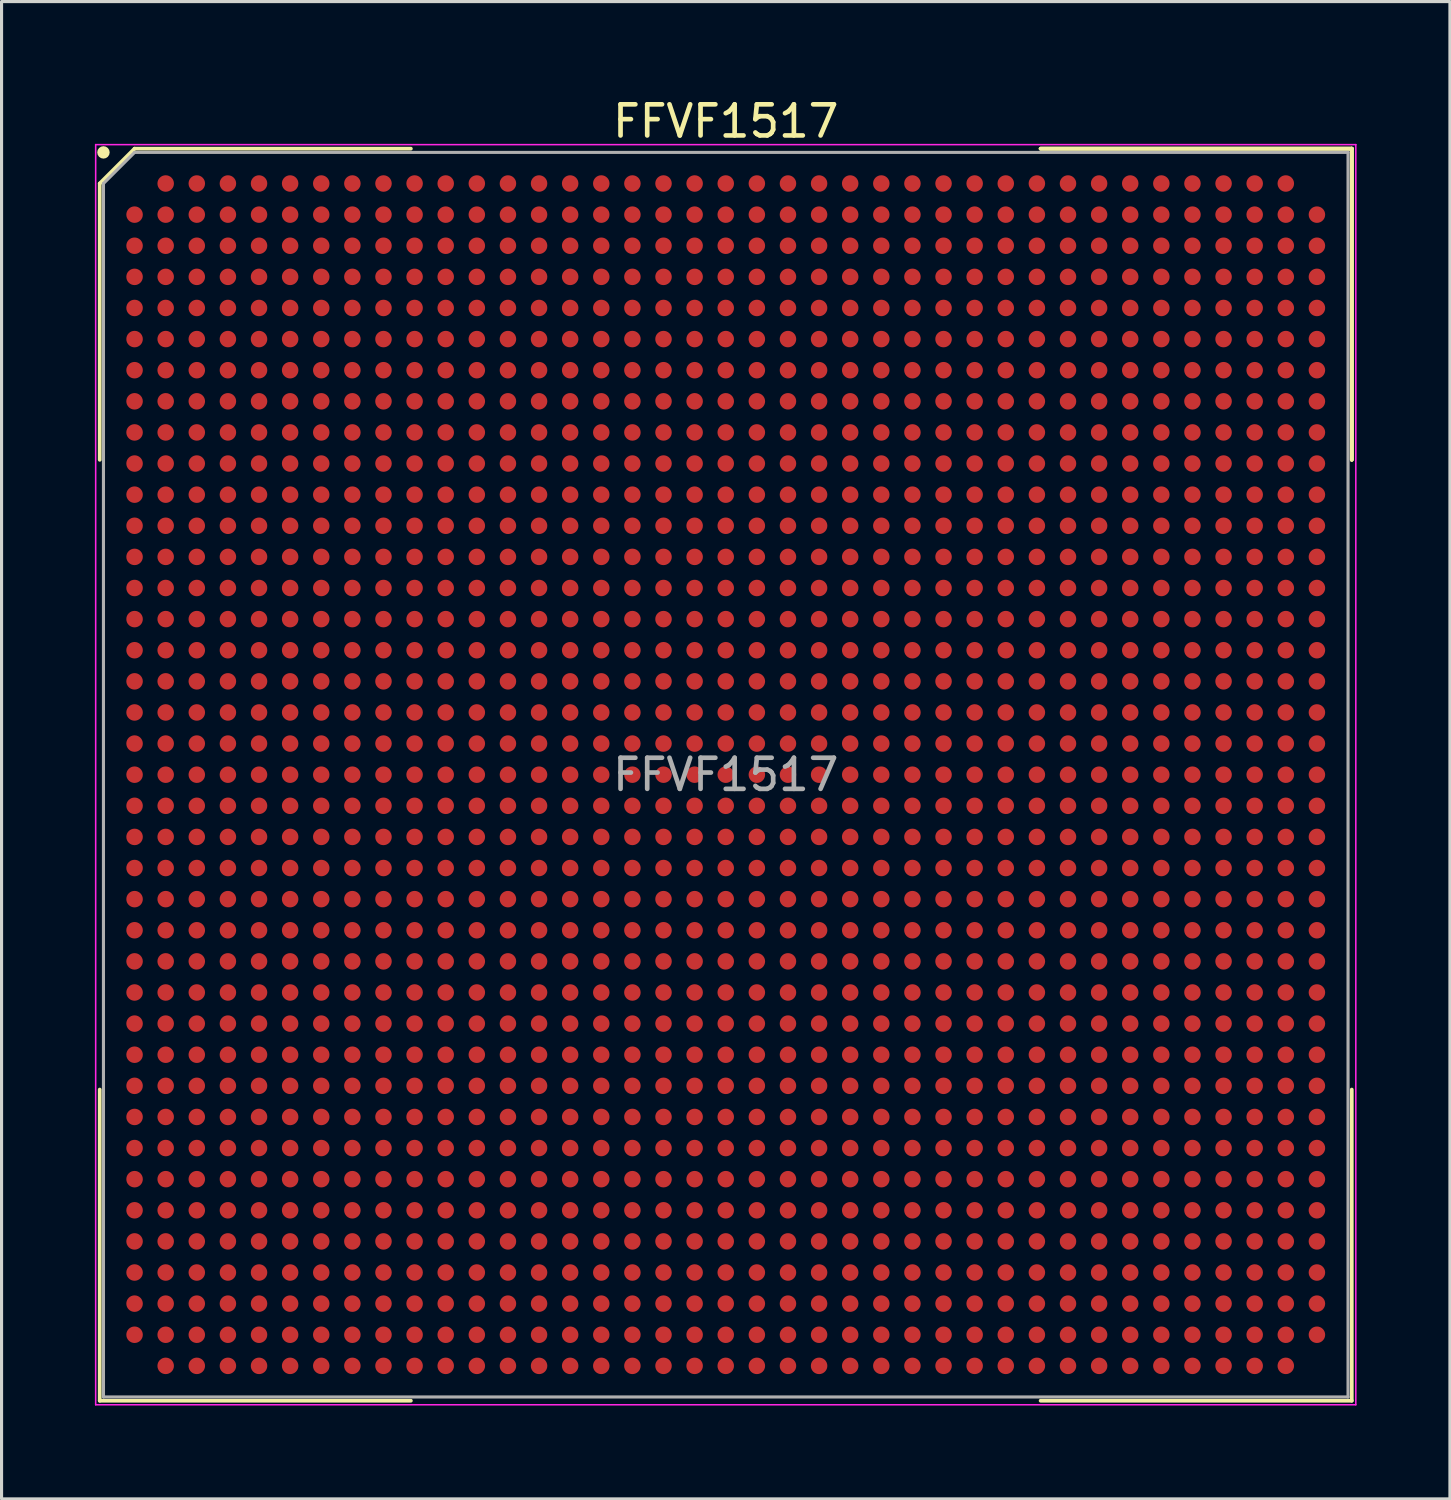
<source format=kicad_pcb>
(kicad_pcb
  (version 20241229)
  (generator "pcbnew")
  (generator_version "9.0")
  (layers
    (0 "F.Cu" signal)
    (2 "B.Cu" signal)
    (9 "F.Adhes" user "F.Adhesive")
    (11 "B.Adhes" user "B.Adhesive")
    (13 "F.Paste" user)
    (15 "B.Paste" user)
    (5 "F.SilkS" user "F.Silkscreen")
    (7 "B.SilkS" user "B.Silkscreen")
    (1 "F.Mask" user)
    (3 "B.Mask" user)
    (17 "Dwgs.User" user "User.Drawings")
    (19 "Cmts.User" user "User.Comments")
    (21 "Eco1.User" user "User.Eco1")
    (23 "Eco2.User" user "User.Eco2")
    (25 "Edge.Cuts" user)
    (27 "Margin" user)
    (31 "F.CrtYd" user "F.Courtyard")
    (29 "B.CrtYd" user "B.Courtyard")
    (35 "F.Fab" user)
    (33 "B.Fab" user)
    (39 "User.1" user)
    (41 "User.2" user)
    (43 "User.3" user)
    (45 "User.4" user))
  (footprint "FFVF1517"
    (layer "F.Cu")
    (at 20.275 21.848)
    (property "Reference" "FFVF1517" (at 0 -21 0) (layer "F.SilkS") (effects (font (size 1 1) (thickness 0.15))))
    (attr smd)
    (fp_line (start -20.12 -19) (end -20.12 -10.12) (stroke (width 0.12) (type solid)) (layer "F.SilkS"))
    (fp_line (start -20.12 20.12) (end -20.12 10.12) (stroke (width 0.12) (type solid)) (layer "F.SilkS"))
    (fp_line (start -19 -20.12) (end -20.12 -19) (stroke (width 0.12) (type solid)) (layer "F.SilkS"))
    (fp_line (start -10.12 -20.12) (end -19 -20.12) (stroke (width 0.12) (type solid)) (layer "F.SilkS"))
    (fp_line (start -10.12 20.12) (end -20.12 20.12) (stroke (width 0.12) (type solid)) (layer "F.SilkS"))
    (fp_line (start 10.12 -20.12) (end 20.12 -20.12) (stroke (width 0.12) (type solid)) (layer "F.SilkS"))
    (fp_line (start 10.12 -20.12) (end 20.12 -20.12) (stroke (width 0.12) (type solid)) (layer "F.SilkS"))
    (fp_line (start 10.12 -20.12) (end 20.12 -20.12) (stroke (width 0.12) (type solid)) (layer "F.SilkS"))
    (fp_line (start 10.12 20.12) (end 20.12 20.12) (stroke (width 0.12) (type solid)) (layer "F.SilkS"))
    (fp_line (start 20.12 -20.12) (end 20.12 -10.12) (stroke (width 0.12) (type solid)) (layer "F.SilkS"))
    (fp_line (start 20.12 -20.12) (end 20.12 -10.12) (stroke (width 0.12) (type solid)) (layer "F.SilkS"))
    (fp_line (start 20.12 -20.12) (end 20.12 -10.12) (stroke (width 0.12) (type solid)) (layer "F.SilkS"))
    (fp_line (start 20.12 20.12) (end 20.12 10.12) (stroke (width 0.12) (type solid)) (layer "F.SilkS"))
    (fp_circle (center -20 -20) (end -20 -19.9) (stroke (width 0.2) (type solid)) (fill no) (layer "F.SilkS"))
    (fp_line (start -20.25 -20.25) (end 20.25 -20.25) (stroke (width 0.05) (type solid)) (layer "F.CrtYd"))
    (fp_line (start -20.25 20.25) (end -20.25 -20.25) (stroke (width 0.05) (type solid)) (layer "F.CrtYd"))
    (fp_line (start 20.25 -20.25) (end 20.25 20.25) (stroke (width 0.05) (type solid)) (layer "F.CrtYd"))
    (fp_line (start 20.25 20.25) (end -20.25 20.25) (stroke (width 0.05) (type solid)) (layer "F.CrtYd"))
    (fp_line (start -20 -19) (end -20 20) (stroke (width 0.1) (type solid)) (layer "F.Fab"))
    (fp_line (start -20 20) (end 20 20) (stroke (width 0.1) (type solid)) (layer "F.Fab"))
    (fp_line (start -19 -20) (end -20 -19) (stroke (width 0.1) (type solid)) (layer "F.Fab"))
    (fp_line (start 20 -20) (end -19 -20) (stroke (width 0.1) (type solid)) (layer "F.Fab"))
    (fp_line (start 20 20) (end 20 -20) (stroke (width 0.1) (type solid)) (layer "F.Fab"))
    (fp_text user "${REFERENCE}" (at 0 0 0) (layer "F.Fab") (effects (font (size 1 1) (thickness 0.15))))
    (pad "A2" smd circle (at -18 -19) (size 0.53 0.53) (layers "F.Cu" "F.Mask" "F.Paste"))
    (pad "A3" smd circle (at -17 -19) (size 0.53 0.53) (layers "F.Cu" "F.Mask" "F.Paste"))
    (pad "A4" smd circle (at -16 -19) (size 0.53 0.53) (layers "F.Cu" "F.Mask" "F.Paste"))
    (pad "A5" smd circle (at -15 -19) (size 0.53 0.53) (layers "F.Cu" "F.Mask" "F.Paste"))
    (pad "A6" smd circle (at -14 -19) (size 0.53 0.53) (layers "F.Cu" "F.Mask" "F.Paste"))
    (pad "A7" smd circle (at -13 -19) (size 0.53 0.53) (layers "F.Cu" "F.Mask" "F.Paste"))
    (pad "A8" smd circle (at -12 -19) (size 0.53 0.53) (layers "F.Cu" "F.Mask" "F.Paste"))
    (pad "A9" smd circle (at -11 -19) (size 0.53 0.53) (layers "F.Cu" "F.Mask" "F.Paste"))
    (pad "A10" smd circle (at -10 -19) (size 0.53 0.53) (layers "F.Cu" "F.Mask" "F.Paste"))
    (pad "A11" smd circle (at -9 -19) (size 0.53 0.53) (layers "F.Cu" "F.Mask" "F.Paste"))
    (pad "A12" smd circle (at -8 -19) (size 0.53 0.53) (layers "F.Cu" "F.Mask" "F.Paste"))
    (pad "A13" smd circle (at -7 -19) (size 0.53 0.53) (layers "F.Cu" "F.Mask" "F.Paste"))
    (pad "A14" smd circle (at -6 -19) (size 0.53 0.53) (layers "F.Cu" "F.Mask" "F.Paste"))
    (pad "A15" smd circle (at -5 -19) (size 0.53 0.53) (layers "F.Cu" "F.Mask" "F.Paste"))
    (pad "A16" smd circle (at -4 -19) (size 0.53 0.53) (layers "F.Cu" "F.Mask" "F.Paste"))
    (pad "A17" smd circle (at -3 -19) (size 0.53 0.53) (layers "F.Cu" "F.Mask" "F.Paste"))
    (pad "A18" smd circle (at -2 -19) (size 0.53 0.53) (layers "F.Cu" "F.Mask" "F.Paste"))
    (pad "A19" smd circle (at -1 -19) (size 0.53 0.53) (layers "F.Cu" "F.Mask" "F.Paste"))
    (pad "A20" smd circle (at 0 -19) (size 0.53 0.53) (layers "F.Cu" "F.Mask" "F.Paste"))
    (pad "A21" smd circle (at 1 -19) (size 0.53 0.53) (layers "F.Cu" "F.Mask" "F.Paste"))
    (pad "A22" smd circle (at 2 -19) (size 0.53 0.53) (layers "F.Cu" "F.Mask" "F.Paste"))
    (pad "A23" smd circle (at 3 -19) (size 0.53 0.53) (layers "F.Cu" "F.Mask" "F.Paste"))
    (pad "A24" smd circle (at 4 -19) (size 0.53 0.53) (layers "F.Cu" "F.Mask" "F.Paste"))
    (pad "A25" smd circle (at 5 -19) (size 0.53 0.53) (layers "F.Cu" "F.Mask" "F.Paste"))
    (pad "A26" smd circle (at 6 -19) (size 0.53 0.53) (layers "F.Cu" "F.Mask" "F.Paste"))
    (pad "A27" smd circle (at 7 -19) (size 0.53 0.53) (layers "F.Cu" "F.Mask" "F.Paste"))
    (pad "A28" smd circle (at 8 -19) (size 0.53 0.53) (layers "F.Cu" "F.Mask" "F.Paste"))
    (pad "A29" smd circle (at 9 -19) (size 0.53 0.53) (layers "F.Cu" "F.Mask" "F.Paste"))
    (pad "A30" smd circle (at 10 -19) (size 0.53 0.53) (layers "F.Cu" "F.Mask" "F.Paste"))
    (pad "A31" smd circle (at 11 -19) (size 0.53 0.53) (layers "F.Cu" "F.Mask" "F.Paste"))
    (pad "A32" smd circle (at 12 -19) (size 0.53 0.53) (layers "F.Cu" "F.Mask" "F.Paste"))
    (pad "A33" smd circle (at 13 -19) (size 0.53 0.53) (layers "F.Cu" "F.Mask" "F.Paste"))
    (pad "A34" smd circle (at 14 -19) (size 0.53 0.53) (layers "F.Cu" "F.Mask" "F.Paste"))
    (pad "A35" smd circle (at 15 -19) (size 0.53 0.53) (layers "F.Cu" "F.Mask" "F.Paste"))
    (pad "A36" smd circle (at 16 -19) (size 0.53 0.53) (layers "F.Cu" "F.Mask" "F.Paste"))
    (pad "A37" smd circle (at 17 -19) (size 0.53 0.53) (layers "F.Cu" "F.Mask" "F.Paste"))
    (pad "A38" smd circle (at 18 -19) (size 0.53 0.53) (layers "F.Cu" "F.Mask" "F.Paste"))
    (pad "AA1" smd circle (at -19 1) (size 0.53 0.53) (layers "F.Cu" "F.Mask" "F.Paste"))
    (pad "AA2" smd circle (at -18 1) (size 0.53 0.53) (layers "F.Cu" "F.Mask" "F.Paste"))
    (pad "AA3" smd circle (at -17 1) (size 0.53 0.53) (layers "F.Cu" "F.Mask" "F.Paste"))
    (pad "AA4" smd circle (at -16 1) (size 0.53 0.53) (layers "F.Cu" "F.Mask" "F.Paste"))
    (pad "AA5" smd circle (at -15 1) (size 0.53 0.53) (layers "F.Cu" "F.Mask" "F.Paste"))
    (pad "AA6" smd circle (at -14 1) (size 0.53 0.53) (layers "F.Cu" "F.Mask" "F.Paste"))
    (pad "AA7" smd circle (at -13 1) (size 0.53 0.53) (layers "F.Cu" "F.Mask" "F.Paste"))
    (pad "AA8" smd circle (at -12 1) (size 0.53 0.53) (layers "F.Cu" "F.Mask" "F.Paste"))
    (pad "AA9" smd circle (at -11 1) (size 0.53 0.53) (layers "F.Cu" "F.Mask" "F.Paste"))
    (pad "AA10" smd circle (at -10 1) (size 0.53 0.53) (layers "F.Cu" "F.Mask" "F.Paste"))
    (pad "AA11" smd circle (at -9 1) (size 0.53 0.53) (layers "F.Cu" "F.Mask" "F.Paste"))
    (pad "AA12" smd circle (at -8 1) (size 0.53 0.53) (layers "F.Cu" "F.Mask" "F.Paste"))
    (pad "AA13" smd circle (at -7 1) (size 0.53 0.53) (layers "F.Cu" "F.Mask" "F.Paste"))
    (pad "AA14" smd circle (at -6 1) (size 0.53 0.53) (layers "F.Cu" "F.Mask" "F.Paste"))
    (pad "AA15" smd circle (at -5 1) (size 0.53 0.53) (layers "F.Cu" "F.Mask" "F.Paste"))
    (pad "AA16" smd circle (at -4 1) (size 0.53 0.53) (layers "F.Cu" "F.Mask" "F.Paste"))
    (pad "AA17" smd circle (at -3 1) (size 0.53 0.53) (layers "F.Cu" "F.Mask" "F.Paste"))
    (pad "AA18" smd circle (at -2 1) (size 0.53 0.53) (layers "F.Cu" "F.Mask" "F.Paste"))
    (pad "AA19" smd circle (at -1 1) (size 0.53 0.53) (layers "F.Cu" "F.Mask" "F.Paste"))
    (pad "AA20" smd circle (at 0 1) (size 0.53 0.53) (layers "F.Cu" "F.Mask" "F.Paste"))
    (pad "AA21" smd circle (at 1 1) (size 0.53 0.53) (layers "F.Cu" "F.Mask" "F.Paste"))
    (pad "AA22" smd circle (at 2 1) (size 0.53 0.53) (layers "F.Cu" "F.Mask" "F.Paste"))
    (pad "AA23" smd circle (at 3 1) (size 0.53 0.53) (layers "F.Cu" "F.Mask" "F.Paste"))
    (pad "AA24" smd circle (at 4 1) (size 0.53 0.53) (layers "F.Cu" "F.Mask" "F.Paste"))
    (pad "AA25" smd circle (at 5 1) (size 0.53 0.53) (layers "F.Cu" "F.Mask" "F.Paste"))
    (pad "AA26" smd circle (at 6 1) (size 0.53 0.53) (layers "F.Cu" "F.Mask" "F.Paste"))
    (pad "AA27" smd circle (at 7 1) (size 0.53 0.53) (layers "F.Cu" "F.Mask" "F.Paste"))
    (pad "AA28" smd circle (at 8 1) (size 0.53 0.53) (layers "F.Cu" "F.Mask" "F.Paste"))
    (pad "AA29" smd circle (at 9 1) (size 0.53 0.53) (layers "F.Cu" "F.Mask" "F.Paste"))
    (pad "AA30" smd circle (at 10 1) (size 0.53 0.53) (layers "F.Cu" "F.Mask" "F.Paste"))
    (pad "AA31" smd circle (at 11 1) (size 0.53 0.53) (layers "F.Cu" "F.Mask" "F.Paste"))
    (pad "AA32" smd circle (at 12 1) (size 0.53 0.53) (layers "F.Cu" "F.Mask" "F.Paste"))
    (pad "AA33" smd circle (at 13 1) (size 0.53 0.53) (layers "F.Cu" "F.Mask" "F.Paste"))
    (pad "AA34" smd circle (at 14 1) (size 0.53 0.53) (layers "F.Cu" "F.Mask" "F.Paste"))
    (pad "AA35" smd circle (at 15 1) (size 0.53 0.53) (layers "F.Cu" "F.Mask" "F.Paste"))
    (pad "AA36" smd circle (at 16 1) (size 0.53 0.53) (layers "F.Cu" "F.Mask" "F.Paste"))
    (pad "AA37" smd circle (at 17 1) (size 0.53 0.53) (layers "F.Cu" "F.Mask" "F.Paste"))
    (pad "AA38" smd circle (at 18 1) (size 0.53 0.53) (layers "F.Cu" "F.Mask" "F.Paste"))
    (pad "AA39" smd circle (at 19 1) (size 0.53 0.53) (layers "F.Cu" "F.Mask" "F.Paste"))
    (pad "AB1" smd circle (at -19 2) (size 0.53 0.53) (layers "F.Cu" "F.Mask" "F.Paste"))
    (pad "AB2" smd circle (at -18 2) (size 0.53 0.53) (layers "F.Cu" "F.Mask" "F.Paste"))
    (pad "AB3" smd circle (at -17 2) (size 0.53 0.53) (layers "F.Cu" "F.Mask" "F.Paste"))
    (pad "AB4" smd circle (at -16 2) (size 0.53 0.53) (layers "F.Cu" "F.Mask" "F.Paste"))
    (pad "AB5" smd circle (at -15 2) (size 0.53 0.53) (layers "F.Cu" "F.Mask" "F.Paste"))
    (pad "AB6" smd circle (at -14 2) (size 0.53 0.53) (layers "F.Cu" "F.Mask" "F.Paste"))
    (pad "AB7" smd circle (at -13 2) (size 0.53 0.53) (layers "F.Cu" "F.Mask" "F.Paste"))
    (pad "AB8" smd circle (at -12 2) (size 0.53 0.53) (layers "F.Cu" "F.Mask" "F.Paste"))
    (pad "AB9" smd circle (at -11 2) (size 0.53 0.53) (layers "F.Cu" "F.Mask" "F.Paste"))
    (pad "AB10" smd circle (at -10 2) (size 0.53 0.53) (layers "F.Cu" "F.Mask" "F.Paste"))
    (pad "AB11" smd circle (at -9 2) (size 0.53 0.53) (layers "F.Cu" "F.Mask" "F.Paste"))
    (pad "AB12" smd circle (at -8 2) (size 0.53 0.53) (layers "F.Cu" "F.Mask" "F.Paste"))
    (pad "AB13" smd circle (at -7 2) (size 0.53 0.53) (layers "F.Cu" "F.Mask" "F.Paste"))
    (pad "AB14" smd circle (at -6 2) (size 0.53 0.53) (layers "F.Cu" "F.Mask" "F.Paste"))
    (pad "AB15" smd circle (at -5 2) (size 0.53 0.53) (layers "F.Cu" "F.Mask" "F.Paste"))
    (pad "AB16" smd circle (at -4 2) (size 0.53 0.53) (layers "F.Cu" "F.Mask" "F.Paste"))
    (pad "AB17" smd circle (at -3 2) (size 0.53 0.53) (layers "F.Cu" "F.Mask" "F.Paste"))
    (pad "AB18" smd circle (at -2 2) (size 0.53 0.53) (layers "F.Cu" "F.Mask" "F.Paste"))
    (pad "AB19" smd circle (at -1 2) (size 0.53 0.53) (layers "F.Cu" "F.Mask" "F.Paste"))
    (pad "AB20" smd circle (at 0 2) (size 0.53 0.53) (layers "F.Cu" "F.Mask" "F.Paste"))
    (pad "AB21" smd circle (at 1 2) (size 0.53 0.53) (layers "F.Cu" "F.Mask" "F.Paste"))
    (pad "AB22" smd circle (at 2 2) (size 0.53 0.53) (layers "F.Cu" "F.Mask" "F.Paste"))
    (pad "AB23" smd circle (at 3 2) (size 0.53 0.53) (layers "F.Cu" "F.Mask" "F.Paste"))
    (pad "AB24" smd circle (at 4 2) (size 0.53 0.53) (layers "F.Cu" "F.Mask" "F.Paste"))
    (pad "AB25" smd circle (at 5 2) (size 0.53 0.53) (layers "F.Cu" "F.Mask" "F.Paste"))
    (pad "AB26" smd circle (at 6 2) (size 0.53 0.53) (layers "F.Cu" "F.Mask" "F.Paste"))
    (pad "AB27" smd circle (at 7 2) (size 0.53 0.53) (layers "F.Cu" "F.Mask" "F.Paste"))
    (pad "AB28" smd circle (at 8 2) (size 0.53 0.53) (layers "F.Cu" "F.Mask" "F.Paste"))
    (pad "AB29" smd circle (at 9 2) (size 0.53 0.53) (layers "F.Cu" "F.Mask" "F.Paste"))
    (pad "AB30" smd circle (at 10 2) (size 0.53 0.53) (layers "F.Cu" "F.Mask" "F.Paste"))
    (pad "AB31" smd circle (at 11 2) (size 0.53 0.53) (layers "F.Cu" "F.Mask" "F.Paste"))
    (pad "AB32" smd circle (at 12 2) (size 0.53 0.53) (layers "F.Cu" "F.Mask" "F.Paste"))
    (pad "AB33" smd circle (at 13 2) (size 0.53 0.53) (layers "F.Cu" "F.Mask" "F.Paste"))
    (pad "AB34" smd circle (at 14 2) (size 0.53 0.53) (layers "F.Cu" "F.Mask" "F.Paste"))
    (pad "AB35" smd circle (at 15 2) (size 0.53 0.53) (layers "F.Cu" "F.Mask" "F.Paste"))
    (pad "AB36" smd circle (at 16 2) (size 0.53 0.53) (layers "F.Cu" "F.Mask" "F.Paste"))
    (pad "AB37" smd circle (at 17 2) (size 0.53 0.53) (layers "F.Cu" "F.Mask" "F.Paste"))
    (pad "AB38" smd circle (at 18 2) (size 0.53 0.53) (layers "F.Cu" "F.Mask" "F.Paste"))
    (pad "AB39" smd circle (at 19 2) (size 0.53 0.53) (layers "F.Cu" "F.Mask" "F.Paste"))
    (pad "AC1" smd circle (at -19 3) (size 0.53 0.53) (layers "F.Cu" "F.Mask" "F.Paste"))
    (pad "AC2" smd circle (at -18 3) (size 0.53 0.53) (layers "F.Cu" "F.Mask" "F.Paste"))
    (pad "AC3" smd circle (at -17 3) (size 0.53 0.53) (layers "F.Cu" "F.Mask" "F.Paste"))
    (pad "AC4" smd circle (at -16 3) (size 0.53 0.53) (layers "F.Cu" "F.Mask" "F.Paste"))
    (pad "AC5" smd circle (at -15 3) (size 0.53 0.53) (layers "F.Cu" "F.Mask" "F.Paste"))
    (pad "AC6" smd circle (at -14 3) (size 0.53 0.53) (layers "F.Cu" "F.Mask" "F.Paste"))
    (pad "AC7" smd circle (at -13 3) (size 0.53 0.53) (layers "F.Cu" "F.Mask" "F.Paste"))
    (pad "AC8" smd circle (at -12 3) (size 0.53 0.53) (layers "F.Cu" "F.Mask" "F.Paste"))
    (pad "AC9" smd circle (at -11 3) (size 0.53 0.53) (layers "F.Cu" "F.Mask" "F.Paste"))
    (pad "AC10" smd circle (at -10 3) (size 0.53 0.53) (layers "F.Cu" "F.Mask" "F.Paste"))
    (pad "AC11" smd circle (at -9 3) (size 0.53 0.53) (layers "F.Cu" "F.Mask" "F.Paste"))
    (pad "AC12" smd circle (at -8 3) (size 0.53 0.53) (layers "F.Cu" "F.Mask" "F.Paste"))
    (pad "AC13" smd circle (at -7 3) (size 0.53 0.53) (layers "F.Cu" "F.Mask" "F.Paste"))
    (pad "AC14" smd circle (at -6 3) (size 0.53 0.53) (layers "F.Cu" "F.Mask" "F.Paste"))
    (pad "AC15" smd circle (at -5 3) (size 0.53 0.53) (layers "F.Cu" "F.Mask" "F.Paste"))
    (pad "AC16" smd circle (at -4 3) (size 0.53 0.53) (layers "F.Cu" "F.Mask" "F.Paste"))
    (pad "AC17" smd circle (at -3 3) (size 0.53 0.53) (layers "F.Cu" "F.Mask" "F.Paste"))
    (pad "AC18" smd circle (at -2 3) (size 0.53 0.53) (layers "F.Cu" "F.Mask" "F.Paste"))
    (pad "AC19" smd circle (at -1 3) (size 0.53 0.53) (layers "F.Cu" "F.Mask" "F.Paste"))
    (pad "AC20" smd circle (at 0 3) (size 0.53 0.53) (layers "F.Cu" "F.Mask" "F.Paste"))
    (pad "AC21" smd circle (at 1 3) (size 0.53 0.53) (layers "F.Cu" "F.Mask" "F.Paste"))
    (pad "AC22" smd circle (at 2 3) (size 0.53 0.53) (layers "F.Cu" "F.Mask" "F.Paste"))
    (pad "AC23" smd circle (at 3 3) (size 0.53 0.53) (layers "F.Cu" "F.Mask" "F.Paste"))
    (pad "AC24" smd circle (at 4 3) (size 0.53 0.53) (layers "F.Cu" "F.Mask" "F.Paste"))
    (pad "AC25" smd circle (at 5 3) (size 0.53 0.53) (layers "F.Cu" "F.Mask" "F.Paste"))
    (pad "AC26" smd circle (at 6 3) (size 0.53 0.53) (layers "F.Cu" "F.Mask" "F.Paste"))
    (pad "AC27" smd circle (at 7 3) (size 0.53 0.53) (layers "F.Cu" "F.Mask" "F.Paste"))
    (pad "AC28" smd circle (at 8 3) (size 0.53 0.53) (layers "F.Cu" "F.Mask" "F.Paste"))
    (pad "AC29" smd circle (at 9 3) (size 0.53 0.53) (layers "F.Cu" "F.Mask" "F.Paste"))
    (pad "AC30" smd circle (at 10 3) (size 0.53 0.53) (layers "F.Cu" "F.Mask" "F.Paste"))
    (pad "AC31" smd circle (at 11 3) (size 0.53 0.53) (layers "F.Cu" "F.Mask" "F.Paste"))
    (pad "AC32" smd circle (at 12 3) (size 0.53 0.53) (layers "F.Cu" "F.Mask" "F.Paste"))
    (pad "AC33" smd circle (at 13 3) (size 0.53 0.53) (layers "F.Cu" "F.Mask" "F.Paste"))
    (pad "AC34" smd circle (at 14 3) (size 0.53 0.53) (layers "F.Cu" "F.Mask" "F.Paste"))
    (pad "AC35" smd circle (at 15 3) (size 0.53 0.53) (layers "F.Cu" "F.Mask" "F.Paste"))
    (pad "AC36" smd circle (at 16 3) (size 0.53 0.53) (layers "F.Cu" "F.Mask" "F.Paste"))
    (pad "AC37" smd circle (at 17 3) (size 0.53 0.53) (layers "F.Cu" "F.Mask" "F.Paste"))
    (pad "AC38" smd circle (at 18 3) (size 0.53 0.53) (layers "F.Cu" "F.Mask" "F.Paste"))
    (pad "AC39" smd circle (at 19 3) (size 0.53 0.53) (layers "F.Cu" "F.Mask" "F.Paste"))
    (pad "AD1" smd circle (at -19 4) (size 0.53 0.53) (layers "F.Cu" "F.Mask" "F.Paste"))
    (pad "AD2" smd circle (at -18 4) (size 0.53 0.53) (layers "F.Cu" "F.Mask" "F.Paste"))
    (pad "AD3" smd circle (at -17 4) (size 0.53 0.53) (layers "F.Cu" "F.Mask" "F.Paste"))
    (pad "AD4" smd circle (at -16 4) (size 0.53 0.53) (layers "F.Cu" "F.Mask" "F.Paste"))
    (pad "AD5" smd circle (at -15 4) (size 0.53 0.53) (layers "F.Cu" "F.Mask" "F.Paste"))
    (pad "AD6" smd circle (at -14 4) (size 0.53 0.53) (layers "F.Cu" "F.Mask" "F.Paste"))
    (pad "AD7" smd circle (at -13 4) (size 0.53 0.53) (layers "F.Cu" "F.Mask" "F.Paste"))
    (pad "AD8" smd circle (at -12 4) (size 0.53 0.53) (layers "F.Cu" "F.Mask" "F.Paste"))
    (pad "AD9" smd circle (at -11 4) (size 0.53 0.53) (layers "F.Cu" "F.Mask" "F.Paste"))
    (pad "AD10" smd circle (at -10 4) (size 0.53 0.53) (layers "F.Cu" "F.Mask" "F.Paste"))
    (pad "AD11" smd circle (at -9 4) (size 0.53 0.53) (layers "F.Cu" "F.Mask" "F.Paste"))
    (pad "AD12" smd circle (at -8 4) (size 0.53 0.53) (layers "F.Cu" "F.Mask" "F.Paste"))
    (pad "AD13" smd circle (at -7 4) (size 0.53 0.53) (layers "F.Cu" "F.Mask" "F.Paste"))
    (pad "AD14" smd circle (at -6 4) (size 0.53 0.53) (layers "F.Cu" "F.Mask" "F.Paste"))
    (pad "AD15" smd circle (at -5 4) (size 0.53 0.53) (layers "F.Cu" "F.Mask" "F.Paste"))
    (pad "AD16" smd circle (at -4 4) (size 0.53 0.53) (layers "F.Cu" "F.Mask" "F.Paste"))
    (pad "AD17" smd circle (at -3 4) (size 0.53 0.53) (layers "F.Cu" "F.Mask" "F.Paste"))
    (pad "AD18" smd circle (at -2 4) (size 0.53 0.53) (layers "F.Cu" "F.Mask" "F.Paste"))
    (pad "AD19" smd circle (at -1 4) (size 0.53 0.53) (layers "F.Cu" "F.Mask" "F.Paste"))
    (pad "AD20" smd circle (at 0 4) (size 0.53 0.53) (layers "F.Cu" "F.Mask" "F.Paste"))
    (pad "AD21" smd circle (at 1 4) (size 0.53 0.53) (layers "F.Cu" "F.Mask" "F.Paste"))
    (pad "AD22" smd circle (at 2 4) (size 0.53 0.53) (layers "F.Cu" "F.Mask" "F.Paste"))
    (pad "AD23" smd circle (at 3 4) (size 0.53 0.53) (layers "F.Cu" "F.Mask" "F.Paste"))
    (pad "AD24" smd circle (at 4 4) (size 0.53 0.53) (layers "F.Cu" "F.Mask" "F.Paste"))
    (pad "AD25" smd circle (at 5 4) (size 0.53 0.53) (layers "F.Cu" "F.Mask" "F.Paste"))
    (pad "AD26" smd circle (at 6 4) (size 0.53 0.53) (layers "F.Cu" "F.Mask" "F.Paste"))
    (pad "AD27" smd circle (at 7 4) (size 0.53 0.53) (layers "F.Cu" "F.Mask" "F.Paste"))
    (pad "AD28" smd circle (at 8 4) (size 0.53 0.53) (layers "F.Cu" "F.Mask" "F.Paste"))
    (pad "AD29" smd circle (at 9 4) (size 0.53 0.53) (layers "F.Cu" "F.Mask" "F.Paste"))
    (pad "AD30" smd circle (at 10 4) (size 0.53 0.53) (layers "F.Cu" "F.Mask" "F.Paste"))
    (pad "AD31" smd circle (at 11 4) (size 0.53 0.53) (layers "F.Cu" "F.Mask" "F.Paste"))
    (pad "AD32" smd circle (at 12 4) (size 0.53 0.53) (layers "F.Cu" "F.Mask" "F.Paste"))
    (pad "AD33" smd circle (at 13 4) (size 0.53 0.53) (layers "F.Cu" "F.Mask" "F.Paste"))
    (pad "AD34" smd circle (at 14 4) (size 0.53 0.53) (layers "F.Cu" "F.Mask" "F.Paste"))
    (pad "AD35" smd circle (at 15 4) (size 0.53 0.53) (layers "F.Cu" "F.Mask" "F.Paste"))
    (pad "AD36" smd circle (at 16 4) (size 0.53 0.53) (layers "F.Cu" "F.Mask" "F.Paste"))
    (pad "AD37" smd circle (at 17 4) (size 0.53 0.53) (layers "F.Cu" "F.Mask" "F.Paste"))
    (pad "AD38" smd circle (at 18 4) (size 0.53 0.53) (layers "F.Cu" "F.Mask" "F.Paste"))
    (pad "AD39" smd circle (at 19 4) (size 0.53 0.53) (layers "F.Cu" "F.Mask" "F.Paste"))
    (pad "AE1" smd circle (at -19 5) (size 0.53 0.53) (layers "F.Cu" "F.Mask" "F.Paste"))
    (pad "AE2" smd circle (at -18 5) (size 0.53 0.53) (layers "F.Cu" "F.Mask" "F.Paste"))
    (pad "AE3" smd circle (at -17 5) (size 0.53 0.53) (layers "F.Cu" "F.Mask" "F.Paste"))
    (pad "AE4" smd circle (at -16 5) (size 0.53 0.53) (layers "F.Cu" "F.Mask" "F.Paste"))
    (pad "AE5" smd circle (at -15 5) (size 0.53 0.53) (layers "F.Cu" "F.Mask" "F.Paste"))
    (pad "AE6" smd circle (at -14 5) (size 0.53 0.53) (layers "F.Cu" "F.Mask" "F.Paste"))
    (pad "AE7" smd circle (at -13 5) (size 0.53 0.53) (layers "F.Cu" "F.Mask" "F.Paste"))
    (pad "AE8" smd circle (at -12 5) (size 0.53 0.53) (layers "F.Cu" "F.Mask" "F.Paste"))
    (pad "AE9" smd circle (at -11 5) (size 0.53 0.53) (layers "F.Cu" "F.Mask" "F.Paste"))
    (pad "AE10" smd circle (at -10 5) (size 0.53 0.53) (layers "F.Cu" "F.Mask" "F.Paste"))
    (pad "AE11" smd circle (at -9 5) (size 0.53 0.53) (layers "F.Cu" "F.Mask" "F.Paste"))
    (pad "AE12" smd circle (at -8 5) (size 0.53 0.53) (layers "F.Cu" "F.Mask" "F.Paste"))
    (pad "AE13" smd circle (at -7 5) (size 0.53 0.53) (layers "F.Cu" "F.Mask" "F.Paste"))
    (pad "AE14" smd circle (at -6 5) (size 0.53 0.53) (layers "F.Cu" "F.Mask" "F.Paste"))
    (pad "AE15" smd circle (at -5 5) (size 0.53 0.53) (layers "F.Cu" "F.Mask" "F.Paste"))
    (pad "AE16" smd circle (at -4 5) (size 0.53 0.53) (layers "F.Cu" "F.Mask" "F.Paste"))
    (pad "AE17" smd circle (at -3 5) (size 0.53 0.53) (layers "F.Cu" "F.Mask" "F.Paste"))
    (pad "AE18" smd circle (at -2 5) (size 0.53 0.53) (layers "F.Cu" "F.Mask" "F.Paste"))
    (pad "AE19" smd circle (at -1 5) (size 0.53 0.53) (layers "F.Cu" "F.Mask" "F.Paste"))
    (pad "AE20" smd circle (at 0 5) (size 0.53 0.53) (layers "F.Cu" "F.Mask" "F.Paste"))
    (pad "AE21" smd circle (at 1 5) (size 0.53 0.53) (layers "F.Cu" "F.Mask" "F.Paste"))
    (pad "AE22" smd circle (at 2 5) (size 0.53 0.53) (layers "F.Cu" "F.Mask" "F.Paste"))
    (pad "AE23" smd circle (at 3 5) (size 0.53 0.53) (layers "F.Cu" "F.Mask" "F.Paste"))
    (pad "AE24" smd circle (at 4 5) (size 0.53 0.53) (layers "F.Cu" "F.Mask" "F.Paste"))
    (pad "AE25" smd circle (at 5 5) (size 0.53 0.53) (layers "F.Cu" "F.Mask" "F.Paste"))
    (pad "AE26" smd circle (at 6 5) (size 0.53 0.53) (layers "F.Cu" "F.Mask" "F.Paste"))
    (pad "AE27" smd circle (at 7 5) (size 0.53 0.53) (layers "F.Cu" "F.Mask" "F.Paste"))
    (pad "AE28" smd circle (at 8 5) (size 0.53 0.53) (layers "F.Cu" "F.Mask" "F.Paste"))
    (pad "AE29" smd circle (at 9 5) (size 0.53 0.53) (layers "F.Cu" "F.Mask" "F.Paste"))
    (pad "AE30" smd circle (at 10 5) (size 0.53 0.53) (layers "F.Cu" "F.Mask" "F.Paste"))
    (pad "AE31" smd circle (at 11 5) (size 0.53 0.53) (layers "F.Cu" "F.Mask" "F.Paste"))
    (pad "AE32" smd circle (at 12 5) (size 0.53 0.53) (layers "F.Cu" "F.Mask" "F.Paste"))
    (pad "AE33" smd circle (at 13 5) (size 0.53 0.53) (layers "F.Cu" "F.Mask" "F.Paste"))
    (pad "AE34" smd circle (at 14 5) (size 0.53 0.53) (layers "F.Cu" "F.Mask" "F.Paste"))
    (pad "AE35" smd circle (at 15 5) (size 0.53 0.53) (layers "F.Cu" "F.Mask" "F.Paste"))
    (pad "AE36" smd circle (at 16 5) (size 0.53 0.53) (layers "F.Cu" "F.Mask" "F.Paste"))
    (pad "AE37" smd circle (at 17 5) (size 0.53 0.53) (layers "F.Cu" "F.Mask" "F.Paste"))
    (pad "AE38" smd circle (at 18 5) (size 0.53 0.53) (layers "F.Cu" "F.Mask" "F.Paste"))
    (pad "AE39" smd circle (at 19 5) (size 0.53 0.53) (layers "F.Cu" "F.Mask" "F.Paste"))
    (pad "AF1" smd circle (at -19 6) (size 0.53 0.53) (layers "F.Cu" "F.Mask" "F.Paste"))
    (pad "AF2" smd circle (at -18 6) (size 0.53 0.53) (layers "F.Cu" "F.Mask" "F.Paste"))
    (pad "AF3" smd circle (at -17 6) (size 0.53 0.53) (layers "F.Cu" "F.Mask" "F.Paste"))
    (pad "AF4" smd circle (at -16 6) (size 0.53 0.53) (layers "F.Cu" "F.Mask" "F.Paste"))
    (pad "AF5" smd circle (at -15 6) (size 0.53 0.53) (layers "F.Cu" "F.Mask" "F.Paste"))
    (pad "AF6" smd circle (at -14 6) (size 0.53 0.53) (layers "F.Cu" "F.Mask" "F.Paste"))
    (pad "AF7" smd circle (at -13 6) (size 0.53 0.53) (layers "F.Cu" "F.Mask" "F.Paste"))
    (pad "AF8" smd circle (at -12 6) (size 0.53 0.53) (layers "F.Cu" "F.Mask" "F.Paste"))
    (pad "AF9" smd circle (at -11 6) (size 0.53 0.53) (layers "F.Cu" "F.Mask" "F.Paste"))
    (pad "AF10" smd circle (at -10 6) (size 0.53 0.53) (layers "F.Cu" "F.Mask" "F.Paste"))
    (pad "AF11" smd circle (at -9 6) (size 0.53 0.53) (layers "F.Cu" "F.Mask" "F.Paste"))
    (pad "AF12" smd circle (at -8 6) (size 0.53 0.53) (layers "F.Cu" "F.Mask" "F.Paste"))
    (pad "AF13" smd circle (at -7 6) (size 0.53 0.53) (layers "F.Cu" "F.Mask" "F.Paste"))
    (pad "AF14" smd circle (at -6 6) (size 0.53 0.53) (layers "F.Cu" "F.Mask" "F.Paste"))
    (pad "AF15" smd circle (at -5 6) (size 0.53 0.53) (layers "F.Cu" "F.Mask" "F.Paste"))
    (pad "AF16" smd circle (at -4 6) (size 0.53 0.53) (layers "F.Cu" "F.Mask" "F.Paste"))
    (pad "AF17" smd circle (at -3 6) (size 0.53 0.53) (layers "F.Cu" "F.Mask" "F.Paste"))
    (pad "AF18" smd circle (at -2 6) (size 0.53 0.53) (layers "F.Cu" "F.Mask" "F.Paste"))
    (pad "AF19" smd circle (at -1 6) (size 0.53 0.53) (layers "F.Cu" "F.Mask" "F.Paste"))
    (pad "AF20" smd circle (at 0 6) (size 0.53 0.53) (layers "F.Cu" "F.Mask" "F.Paste"))
    (pad "AF21" smd circle (at 1 6) (size 0.53 0.53) (layers "F.Cu" "F.Mask" "F.Paste"))
    (pad "AF22" smd circle (at 2 6) (size 0.53 0.53) (layers "F.Cu" "F.Mask" "F.Paste"))
    (pad "AF23" smd circle (at 3 6) (size 0.53 0.53) (layers "F.Cu" "F.Mask" "F.Paste"))
    (pad "AF24" smd circle (at 4 6) (size 0.53 0.53) (layers "F.Cu" "F.Mask" "F.Paste"))
    (pad "AF25" smd circle (at 5 6) (size 0.53 0.53) (layers "F.Cu" "F.Mask" "F.Paste"))
    (pad "AF26" smd circle (at 6 6) (size 0.53 0.53) (layers "F.Cu" "F.Mask" "F.Paste"))
    (pad "AF27" smd circle (at 7 6) (size 0.53 0.53) (layers "F.Cu" "F.Mask" "F.Paste"))
    (pad "AF28" smd circle (at 8 6) (size 0.53 0.53) (layers "F.Cu" "F.Mask" "F.Paste"))
    (pad "AF29" smd circle (at 9 6) (size 0.53 0.53) (layers "F.Cu" "F.Mask" "F.Paste"))
    (pad "AF30" smd circle (at 10 6) (size 0.53 0.53) (layers "F.Cu" "F.Mask" "F.Paste"))
    (pad "AF31" smd circle (at 11 6) (size 0.53 0.53) (layers "F.Cu" "F.Mask" "F.Paste"))
    (pad "AF32" smd circle (at 12 6) (size 0.53 0.53) (layers "F.Cu" "F.Mask" "F.Paste"))
    (pad "AF33" smd circle (at 13 6) (size 0.53 0.53) (layers "F.Cu" "F.Mask" "F.Paste"))
    (pad "AF34" smd circle (at 14 6) (size 0.53 0.53) (layers "F.Cu" "F.Mask" "F.Paste"))
    (pad "AF35" smd circle (at 15 6) (size 0.53 0.53) (layers "F.Cu" "F.Mask" "F.Paste"))
    (pad "AF36" smd circle (at 16 6) (size 0.53 0.53) (layers "F.Cu" "F.Mask" "F.Paste"))
    (pad "AF37" smd circle (at 17 6) (size 0.53 0.53) (layers "F.Cu" "F.Mask" "F.Paste"))
    (pad "AF38" smd circle (at 18 6) (size 0.53 0.53) (layers "F.Cu" "F.Mask" "F.Paste"))
    (pad "AF39" smd circle (at 19 6) (size 0.53 0.53) (layers "F.Cu" "F.Mask" "F.Paste"))
    (pad "AG1" smd circle (at -19 7) (size 0.53 0.53) (layers "F.Cu" "F.Mask" "F.Paste"))
    (pad "AG2" smd circle (at -18 7) (size 0.53 0.53) (layers "F.Cu" "F.Mask" "F.Paste"))
    (pad "AG3" smd circle (at -17 7) (size 0.53 0.53) (layers "F.Cu" "F.Mask" "F.Paste"))
    (pad "AG4" smd circle (at -16 7) (size 0.53 0.53) (layers "F.Cu" "F.Mask" "F.Paste"))
    (pad "AG5" smd circle (at -15 7) (size 0.53 0.53) (layers "F.Cu" "F.Mask" "F.Paste"))
    (pad "AG6" smd circle (at -14 7) (size 0.53 0.53) (layers "F.Cu" "F.Mask" "F.Paste"))
    (pad "AG7" smd circle (at -13 7) (size 0.53 0.53) (layers "F.Cu" "F.Mask" "F.Paste"))
    (pad "AG8" smd circle (at -12 7) (size 0.53 0.53) (layers "F.Cu" "F.Mask" "F.Paste"))
    (pad "AG9" smd circle (at -11 7) (size 0.53 0.53) (layers "F.Cu" "F.Mask" "F.Paste"))
    (pad "AG10" smd circle (at -10 7) (size 0.53 0.53) (layers "F.Cu" "F.Mask" "F.Paste"))
    (pad "AG11" smd circle (at -9 7) (size 0.53 0.53) (layers "F.Cu" "F.Mask" "F.Paste"))
    (pad "AG12" smd circle (at -8 7) (size 0.53 0.53) (layers "F.Cu" "F.Mask" "F.Paste"))
    (pad "AG13" smd circle (at -7 7) (size 0.53 0.53) (layers "F.Cu" "F.Mask" "F.Paste"))
    (pad "AG14" smd circle (at -6 7) (size 0.53 0.53) (layers "F.Cu" "F.Mask" "F.Paste"))
    (pad "AG15" smd circle (at -5 7) (size 0.53 0.53) (layers "F.Cu" "F.Mask" "F.Paste"))
    (pad "AG16" smd circle (at -4 7) (size 0.53 0.53) (layers "F.Cu" "F.Mask" "F.Paste"))
    (pad "AG17" smd circle (at -3 7) (size 0.53 0.53) (layers "F.Cu" "F.Mask" "F.Paste"))
    (pad "AG18" smd circle (at -2 7) (size 0.53 0.53) (layers "F.Cu" "F.Mask" "F.Paste"))
    (pad "AG19" smd circle (at -1 7) (size 0.53 0.53) (layers "F.Cu" "F.Mask" "F.Paste"))
    (pad "AG20" smd circle (at 0 7) (size 0.53 0.53) (layers "F.Cu" "F.Mask" "F.Paste"))
    (pad "AG21" smd circle (at 1 7) (size 0.53 0.53) (layers "F.Cu" "F.Mask" "F.Paste"))
    (pad "AG22" smd circle (at 2 7) (size 0.53 0.53) (layers "F.Cu" "F.Mask" "F.Paste"))
    (pad "AG23" smd circle (at 3 7) (size 0.53 0.53) (layers "F.Cu" "F.Mask" "F.Paste"))
    (pad "AG24" smd circle (at 4 7) (size 0.53 0.53) (layers "F.Cu" "F.Mask" "F.Paste"))
    (pad "AG25" smd circle (at 5 7) (size 0.53 0.53) (layers "F.Cu" "F.Mask" "F.Paste"))
    (pad "AG26" smd circle (at 6 7) (size 0.53 0.53) (layers "F.Cu" "F.Mask" "F.Paste"))
    (pad "AG27" smd circle (at 7 7) (size 0.53 0.53) (layers "F.Cu" "F.Mask" "F.Paste"))
    (pad "AG28" smd circle (at 8 7) (size 0.53 0.53) (layers "F.Cu" "F.Mask" "F.Paste"))
    (pad "AG29" smd circle (at 9 7) (size 0.53 0.53) (layers "F.Cu" "F.Mask" "F.Paste"))
    (pad "AG30" smd circle (at 10 7) (size 0.53 0.53) (layers "F.Cu" "F.Mask" "F.Paste"))
    (pad "AG31" smd circle (at 11 7) (size 0.53 0.53) (layers "F.Cu" "F.Mask" "F.Paste"))
    (pad "AG32" smd circle (at 12 7) (size 0.53 0.53) (layers "F.Cu" "F.Mask" "F.Paste"))
    (pad "AG33" smd circle (at 13 7) (size 0.53 0.53) (layers "F.Cu" "F.Mask" "F.Paste"))
    (pad "AG34" smd circle (at 14 7) (size 0.53 0.53) (layers "F.Cu" "F.Mask" "F.Paste"))
    (pad "AG35" smd circle (at 15 7) (size 0.53 0.53) (layers "F.Cu" "F.Mask" "F.Paste"))
    (pad "AG36" smd circle (at 16 7) (size 0.53 0.53) (layers "F.Cu" "F.Mask" "F.Paste"))
    (pad "AG37" smd circle (at 17 7) (size 0.53 0.53) (layers "F.Cu" "F.Mask" "F.Paste"))
    (pad "AG38" smd circle (at 18 7) (size 0.53 0.53) (layers "F.Cu" "F.Mask" "F.Paste"))
    (pad "AG39" smd circle (at 19 7) (size 0.53 0.53) (layers "F.Cu" "F.Mask" "F.Paste"))
    (pad "AH1" smd circle (at -19 8) (size 0.53 0.53) (layers "F.Cu" "F.Mask" "F.Paste"))
    (pad "AH2" smd circle (at -18 8) (size 0.53 0.53) (layers "F.Cu" "F.Mask" "F.Paste"))
    (pad "AH3" smd circle (at -17 8) (size 0.53 0.53) (layers "F.Cu" "F.Mask" "F.Paste"))
    (pad "AH4" smd circle (at -16 8) (size 0.53 0.53) (layers "F.Cu" "F.Mask" "F.Paste"))
    (pad "AH5" smd circle (at -15 8) (size 0.53 0.53) (layers "F.Cu" "F.Mask" "F.Paste"))
    (pad "AH6" smd circle (at -14 8) (size 0.53 0.53) (layers "F.Cu" "F.Mask" "F.Paste"))
    (pad "AH7" smd circle (at -13 8) (size 0.53 0.53) (layers "F.Cu" "F.Mask" "F.Paste"))
    (pad "AH8" smd circle (at -12 8) (size 0.53 0.53) (layers "F.Cu" "F.Mask" "F.Paste"))
    (pad "AH9" smd circle (at -11 8) (size 0.53 0.53) (layers "F.Cu" "F.Mask" "F.Paste"))
    (pad "AH10" smd circle (at -10 8) (size 0.53 0.53) (layers "F.Cu" "F.Mask" "F.Paste"))
    (pad "AH11" smd circle (at -9 8) (size 0.53 0.53) (layers "F.Cu" "F.Mask" "F.Paste"))
    (pad "AH12" smd circle (at -8 8) (size 0.53 0.53) (layers "F.Cu" "F.Mask" "F.Paste"))
    (pad "AH13" smd circle (at -7 8) (size 0.53 0.53) (layers "F.Cu" "F.Mask" "F.Paste"))
    (pad "AH14" smd circle (at -6 8) (size 0.53 0.53) (layers "F.Cu" "F.Mask" "F.Paste"))
    (pad "AH15" smd circle (at -5 8) (size 0.53 0.53) (layers "F.Cu" "F.Mask" "F.Paste"))
    (pad "AH16" smd circle (at -4 8) (size 0.53 0.53) (layers "F.Cu" "F.Mask" "F.Paste"))
    (pad "AH17" smd circle (at -3 8) (size 0.53 0.53) (layers "F.Cu" "F.Mask" "F.Paste"))
    (pad "AH18" smd circle (at -2 8) (size 0.53 0.53) (layers "F.Cu" "F.Mask" "F.Paste"))
    (pad "AH19" smd circle (at -1 8) (size 0.53 0.53) (layers "F.Cu" "F.Mask" "F.Paste"))
    (pad "AH20" smd circle (at 0 8) (size 0.53 0.53) (layers "F.Cu" "F.Mask" "F.Paste"))
    (pad "AH21" smd circle (at 1 8) (size 0.53 0.53) (layers "F.Cu" "F.Mask" "F.Paste"))
    (pad "AH22" smd circle (at 2 8) (size 0.53 0.53) (layers "F.Cu" "F.Mask" "F.Paste"))
    (pad "AH23" smd circle (at 3 8) (size 0.53 0.53) (layers "F.Cu" "F.Mask" "F.Paste"))
    (pad "AH24" smd circle (at 4 8) (size 0.53 0.53) (layers "F.Cu" "F.Mask" "F.Paste"))
    (pad "AH25" smd circle (at 5 8) (size 0.53 0.53) (layers "F.Cu" "F.Mask" "F.Paste"))
    (pad "AH26" smd circle (at 6 8) (size 0.53 0.53) (layers "F.Cu" "F.Mask" "F.Paste"))
    (pad "AH27" smd circle (at 7 8) (size 0.53 0.53) (layers "F.Cu" "F.Mask" "F.Paste"))
    (pad "AH28" smd circle (at 8 8) (size 0.53 0.53) (layers "F.Cu" "F.Mask" "F.Paste"))
    (pad "AH29" smd circle (at 9 8) (size 0.53 0.53) (layers "F.Cu" "F.Mask" "F.Paste"))
    (pad "AH30" smd circle (at 10 8) (size 0.53 0.53) (layers "F.Cu" "F.Mask" "F.Paste"))
    (pad "AH31" smd circle (at 11 8) (size 0.53 0.53) (layers "F.Cu" "F.Mask" "F.Paste"))
    (pad "AH32" smd circle (at 12 8) (size 0.53 0.53) (layers "F.Cu" "F.Mask" "F.Paste"))
    (pad "AH33" smd circle (at 13 8) (size 0.53 0.53) (layers "F.Cu" "F.Mask" "F.Paste"))
    (pad "AH34" smd circle (at 14 8) (size 0.53 0.53) (layers "F.Cu" "F.Mask" "F.Paste"))
    (pad "AH35" smd circle (at 15 8) (size 0.53 0.53) (layers "F.Cu" "F.Mask" "F.Paste"))
    (pad "AH36" smd circle (at 16 8) (size 0.53 0.53) (layers "F.Cu" "F.Mask" "F.Paste"))
    (pad "AH37" smd circle (at 17 8) (size 0.53 0.53) (layers "F.Cu" "F.Mask" "F.Paste"))
    (pad "AH38" smd circle (at 18 8) (size 0.53 0.53) (layers "F.Cu" "F.Mask" "F.Paste"))
    (pad "AH39" smd circle (at 19 8) (size 0.53 0.53) (layers "F.Cu" "F.Mask" "F.Paste"))
    (pad "AJ1" smd circle (at -19 9) (size 0.53 0.53) (layers "F.Cu" "F.Mask" "F.Paste"))
    (pad "AJ2" smd circle (at -18 9) (size 0.53 0.53) (layers "F.Cu" "F.Mask" "F.Paste"))
    (pad "AJ3" smd circle (at -17 9) (size 0.53 0.53) (layers "F.Cu" "F.Mask" "F.Paste"))
    (pad "AJ4" smd circle (at -16 9) (size 0.53 0.53) (layers "F.Cu" "F.Mask" "F.Paste"))
    (pad "AJ5" smd circle (at -15 9) (size 0.53 0.53) (layers "F.Cu" "F.Mask" "F.Paste"))
    (pad "AJ6" smd circle (at -14 9) (size 0.53 0.53) (layers "F.Cu" "F.Mask" "F.Paste"))
    (pad "AJ7" smd circle (at -13 9) (size 0.53 0.53) (layers "F.Cu" "F.Mask" "F.Paste"))
    (pad "AJ8" smd circle (at -12 9) (size 0.53 0.53) (layers "F.Cu" "F.Mask" "F.Paste"))
    (pad "AJ9" smd circle (at -11 9) (size 0.53 0.53) (layers "F.Cu" "F.Mask" "F.Paste"))
    (pad "AJ10" smd circle (at -10 9) (size 0.53 0.53) (layers "F.Cu" "F.Mask" "F.Paste"))
    (pad "AJ11" smd circle (at -9 9) (size 0.53 0.53) (layers "F.Cu" "F.Mask" "F.Paste"))
    (pad "AJ12" smd circle (at -8 9) (size 0.53 0.53) (layers "F.Cu" "F.Mask" "F.Paste"))
    (pad "AJ13" smd circle (at -7 9) (size 0.53 0.53) (layers "F.Cu" "F.Mask" "F.Paste"))
    (pad "AJ14" smd circle (at -6 9) (size 0.53 0.53) (layers "F.Cu" "F.Mask" "F.Paste"))
    (pad "AJ15" smd circle (at -5 9) (size 0.53 0.53) (layers "F.Cu" "F.Mask" "F.Paste"))
    (pad "AJ16" smd circle (at -4 9) (size 0.53 0.53) (layers "F.Cu" "F.Mask" "F.Paste"))
    (pad "AJ17" smd circle (at -3 9) (size 0.53 0.53) (layers "F.Cu" "F.Mask" "F.Paste"))
    (pad "AJ18" smd circle (at -2 9) (size 0.53 0.53) (layers "F.Cu" "F.Mask" "F.Paste"))
    (pad "AJ19" smd circle (at -1 9) (size 0.53 0.53) (layers "F.Cu" "F.Mask" "F.Paste"))
    (pad "AJ20" smd circle (at 0 9) (size 0.53 0.53) (layers "F.Cu" "F.Mask" "F.Paste"))
    (pad "AJ21" smd circle (at 1 9) (size 0.53 0.53) (layers "F.Cu" "F.Mask" "F.Paste"))
    (pad "AJ22" smd circle (at 2 9) (size 0.53 0.53) (layers "F.Cu" "F.Mask" "F.Paste"))
    (pad "AJ23" smd circle (at 3 9) (size 0.53 0.53) (layers "F.Cu" "F.Mask" "F.Paste"))
    (pad "AJ24" smd circle (at 4 9) (size 0.53 0.53) (layers "F.Cu" "F.Mask" "F.Paste"))
    (pad "AJ25" smd circle (at 5 9) (size 0.53 0.53) (layers "F.Cu" "F.Mask" "F.Paste"))
    (pad "AJ26" smd circle (at 6 9) (size 0.53 0.53) (layers "F.Cu" "F.Mask" "F.Paste"))
    (pad "AJ27" smd circle (at 7 9) (size 0.53 0.53) (layers "F.Cu" "F.Mask" "F.Paste"))
    (pad "AJ28" smd circle (at 8 9) (size 0.53 0.53) (layers "F.Cu" "F.Mask" "F.Paste"))
    (pad "AJ29" smd circle (at 9 9) (size 0.53 0.53) (layers "F.Cu" "F.Mask" "F.Paste"))
    (pad "AJ30" smd circle (at 10 9) (size 0.53 0.53) (layers "F.Cu" "F.Mask" "F.Paste"))
    (pad "AJ31" smd circle (at 11 9) (size 0.53 0.53) (layers "F.Cu" "F.Mask" "F.Paste"))
    (pad "AJ32" smd circle (at 12 9) (size 0.53 0.53) (layers "F.Cu" "F.Mask" "F.Paste"))
    (pad "AJ33" smd circle (at 13 9) (size 0.53 0.53) (layers "F.Cu" "F.Mask" "F.Paste"))
    (pad "AJ34" smd circle (at 14 9) (size 0.53 0.53) (layers "F.Cu" "F.Mask" "F.Paste"))
    (pad "AJ35" smd circle (at 15 9) (size 0.53 0.53) (layers "F.Cu" "F.Mask" "F.Paste"))
    (pad "AJ36" smd circle (at 16 9) (size 0.53 0.53) (layers "F.Cu" "F.Mask" "F.Paste"))
    (pad "AJ37" smd circle (at 17 9) (size 0.53 0.53) (layers "F.Cu" "F.Mask" "F.Paste"))
    (pad "AJ38" smd circle (at 18 9) (size 0.53 0.53) (layers "F.Cu" "F.Mask" "F.Paste"))
    (pad "AJ39" smd circle (at 19 9) (size 0.53 0.53) (layers "F.Cu" "F.Mask" "F.Paste"))
    (pad "AK1" smd circle (at -19 10) (size 0.53 0.53) (layers "F.Cu" "F.Mask" "F.Paste"))
    (pad "AK2" smd circle (at -18 10) (size 0.53 0.53) (layers "F.Cu" "F.Mask" "F.Paste"))
    (pad "AK3" smd circle (at -17 10) (size 0.53 0.53) (layers "F.Cu" "F.Mask" "F.Paste"))
    (pad "AK4" smd circle (at -16 10) (size 0.53 0.53) (layers "F.Cu" "F.Mask" "F.Paste"))
    (pad "AK5" smd circle (at -15 10) (size 0.53 0.53) (layers "F.Cu" "F.Mask" "F.Paste"))
    (pad "AK6" smd circle (at -14 10) (size 0.53 0.53) (layers "F.Cu" "F.Mask" "F.Paste"))
    (pad "AK7" smd circle (at -13 10) (size 0.53 0.53) (layers "F.Cu" "F.Mask" "F.Paste"))
    (pad "AK8" smd circle (at -12 10) (size 0.53 0.53) (layers "F.Cu" "F.Mask" "F.Paste"))
    (pad "AK9" smd circle (at -11 10) (size 0.53 0.53) (layers "F.Cu" "F.Mask" "F.Paste"))
    (pad "AK10" smd circle (at -10 10) (size 0.53 0.53) (layers "F.Cu" "F.Mask" "F.Paste"))
    (pad "AK11" smd circle (at -9 10) (size 0.53 0.53) (layers "F.Cu" "F.Mask" "F.Paste"))
    (pad "AK12" smd circle (at -8 10) (size 0.53 0.53) (layers "F.Cu" "F.Mask" "F.Paste"))
    (pad "AK13" smd circle (at -7 10) (size 0.53 0.53) (layers "F.Cu" "F.Mask" "F.Paste"))
    (pad "AK14" smd circle (at -6 10) (size 0.53 0.53) (layers "F.Cu" "F.Mask" "F.Paste"))
    (pad "AK15" smd circle (at -5 10) (size 0.53 0.53) (layers "F.Cu" "F.Mask" "F.Paste"))
    (pad "AK16" smd circle (at -4 10) (size 0.53 0.53) (layers "F.Cu" "F.Mask" "F.Paste"))
    (pad "AK17" smd circle (at -3 10) (size 0.53 0.53) (layers "F.Cu" "F.Mask" "F.Paste"))
    (pad "AK18" smd circle (at -2 10) (size 0.53 0.53) (layers "F.Cu" "F.Mask" "F.Paste"))
    (pad "AK19" smd circle (at -1 10) (size 0.53 0.53) (layers "F.Cu" "F.Mask" "F.Paste"))
    (pad "AK20" smd circle (at 0 10) (size 0.53 0.53) (layers "F.Cu" "F.Mask" "F.Paste"))
    (pad "AK21" smd circle (at 1 10) (size 0.53 0.53) (layers "F.Cu" "F.Mask" "F.Paste"))
    (pad "AK22" smd circle (at 2 10) (size 0.53 0.53) (layers "F.Cu" "F.Mask" "F.Paste"))
    (pad "AK23" smd circle (at 3 10) (size 0.53 0.53) (layers "F.Cu" "F.Mask" "F.Paste"))
    (pad "AK24" smd circle (at 4 10) (size 0.53 0.53) (layers "F.Cu" "F.Mask" "F.Paste"))
    (pad "AK25" smd circle (at 5 10) (size 0.53 0.53) (layers "F.Cu" "F.Mask" "F.Paste"))
    (pad "AK26" smd circle (at 6 10) (size 0.53 0.53) (layers "F.Cu" "F.Mask" "F.Paste"))
    (pad "AK27" smd circle (at 7 10) (size 0.53 0.53) (layers "F.Cu" "F.Mask" "F.Paste"))
    (pad "AK28" smd circle (at 8 10) (size 0.53 0.53) (layers "F.Cu" "F.Mask" "F.Paste"))
    (pad "AK29" smd circle (at 9 10) (size 0.53 0.53) (layers "F.Cu" "F.Mask" "F.Paste"))
    (pad "AK30" smd circle (at 10 10) (size 0.53 0.53) (layers "F.Cu" "F.Mask" "F.Paste"))
    (pad "AK31" smd circle (at 11 10) (size 0.53 0.53) (layers "F.Cu" "F.Mask" "F.Paste"))
    (pad "AK32" smd circle (at 12 10) (size 0.53 0.53) (layers "F.Cu" "F.Mask" "F.Paste"))
    (pad "AK33" smd circle (at 13 10) (size 0.53 0.53) (layers "F.Cu" "F.Mask" "F.Paste"))
    (pad "AK34" smd circle (at 14 10) (size 0.53 0.53) (layers "F.Cu" "F.Mask" "F.Paste"))
    (pad "AK35" smd circle (at 15 10) (size 0.53 0.53) (layers "F.Cu" "F.Mask" "F.Paste"))
    (pad "AK36" smd circle (at 16 10) (size 0.53 0.53) (layers "F.Cu" "F.Mask" "F.Paste"))
    (pad "AK37" smd circle (at 17 10) (size 0.53 0.53) (layers "F.Cu" "F.Mask" "F.Paste"))
    (pad "AK38" smd circle (at 18 10) (size 0.53 0.53) (layers "F.Cu" "F.Mask" "F.Paste"))
    (pad "AK39" smd circle (at 19 10) (size 0.53 0.53) (layers "F.Cu" "F.Mask" "F.Paste"))
    (pad "AL1" smd circle (at -19 11) (size 0.53 0.53) (layers "F.Cu" "F.Mask" "F.Paste"))
    (pad "AL2" smd circle (at -18 11) (size 0.53 0.53) (layers "F.Cu" "F.Mask" "F.Paste"))
    (pad "AL3" smd circle (at -17 11) (size 0.53 0.53) (layers "F.Cu" "F.Mask" "F.Paste"))
    (pad "AL4" smd circle (at -16 11) (size 0.53 0.53) (layers "F.Cu" "F.Mask" "F.Paste"))
    (pad "AL5" smd circle (at -15 11) (size 0.53 0.53) (layers "F.Cu" "F.Mask" "F.Paste"))
    (pad "AL6" smd circle (at -14 11) (size 0.53 0.53) (layers "F.Cu" "F.Mask" "F.Paste"))
    (pad "AL7" smd circle (at -13 11) (size 0.53 0.53) (layers "F.Cu" "F.Mask" "F.Paste"))
    (pad "AL8" smd circle (at -12 11) (size 0.53 0.53) (layers "F.Cu" "F.Mask" "F.Paste"))
    (pad "AL9" smd circle (at -11 11) (size 0.53 0.53) (layers "F.Cu" "F.Mask" "F.Paste"))
    (pad "AL10" smd circle (at -10 11) (size 0.53 0.53) (layers "F.Cu" "F.Mask" "F.Paste"))
    (pad "AL11" smd circle (at -9 11) (size 0.53 0.53) (layers "F.Cu" "F.Mask" "F.Paste"))
    (pad "AL12" smd circle (at -8 11) (size 0.53 0.53) (layers "F.Cu" "F.Mask" "F.Paste"))
    (pad "AL13" smd circle (at -7 11) (size 0.53 0.53) (layers "F.Cu" "F.Mask" "F.Paste"))
    (pad "AL14" smd circle (at -6 11) (size 0.53 0.53) (layers "F.Cu" "F.Mask" "F.Paste"))
    (pad "AL15" smd circle (at -5 11) (size 0.53 0.53) (layers "F.Cu" "F.Mask" "F.Paste"))
    (pad "AL16" smd circle (at -4 11) (size 0.53 0.53) (layers "F.Cu" "F.Mask" "F.Paste"))
    (pad "AL17" smd circle (at -3 11) (size 0.53 0.53) (layers "F.Cu" "F.Mask" "F.Paste"))
    (pad "AL18" smd circle (at -2 11) (size 0.53 0.53) (layers "F.Cu" "F.Mask" "F.Paste"))
    (pad "AL19" smd circle (at -1 11) (size 0.53 0.53) (layers "F.Cu" "F.Mask" "F.Paste"))
    (pad "AL20" smd circle (at 0 11) (size 0.53 0.53) (layers "F.Cu" "F.Mask" "F.Paste"))
    (pad "AL21" smd circle (at 1 11) (size 0.53 0.53) (layers "F.Cu" "F.Mask" "F.Paste"))
    (pad "AL22" smd circle (at 2 11) (size 0.53 0.53) (layers "F.Cu" "F.Mask" "F.Paste"))
    (pad "AL23" smd circle (at 3 11) (size 0.53 0.53) (layers "F.Cu" "F.Mask" "F.Paste"))
    (pad "AL24" smd circle (at 4 11) (size 0.53 0.53) (layers "F.Cu" "F.Mask" "F.Paste"))
    (pad "AL25" smd circle (at 5 11) (size 0.53 0.53) (layers "F.Cu" "F.Mask" "F.Paste"))
    (pad "AL26" smd circle (at 6 11) (size 0.53 0.53) (layers "F.Cu" "F.Mask" "F.Paste"))
    (pad "AL27" smd circle (at 7 11) (size 0.53 0.53) (layers "F.Cu" "F.Mask" "F.Paste"))
    (pad "AL28" smd circle (at 8 11) (size 0.53 0.53) (layers "F.Cu" "F.Mask" "F.Paste"))
    (pad "AL29" smd circle (at 9 11) (size 0.53 0.53) (layers "F.Cu" "F.Mask" "F.Paste"))
    (pad "AL30" smd circle (at 10 11) (size 0.53 0.53) (layers "F.Cu" "F.Mask" "F.Paste"))
    (pad "AL31" smd circle (at 11 11) (size 0.53 0.53) (layers "F.Cu" "F.Mask" "F.Paste"))
    (pad "AL32" smd circle (at 12 11) (size 0.53 0.53) (layers "F.Cu" "F.Mask" "F.Paste"))
    (pad "AL33" smd circle (at 13 11) (size 0.53 0.53) (layers "F.Cu" "F.Mask" "F.Paste"))
    (pad "AL34" smd circle (at 14 11) (size 0.53 0.53) (layers "F.Cu" "F.Mask" "F.Paste"))
    (pad "AL35" smd circle (at 15 11) (size 0.53 0.53) (layers "F.Cu" "F.Mask" "F.Paste"))
    (pad "AL36" smd circle (at 16 11) (size 0.53 0.53) (layers "F.Cu" "F.Mask" "F.Paste"))
    (pad "AL37" smd circle (at 17 11) (size 0.53 0.53) (layers "F.Cu" "F.Mask" "F.Paste"))
    (pad "AL38" smd circle (at 18 11) (size 0.53 0.53) (layers "F.Cu" "F.Mask" "F.Paste"))
    (pad "AL39" smd circle (at 19 11) (size 0.53 0.53) (layers "F.Cu" "F.Mask" "F.Paste"))
    (pad "AM1" smd circle (at -19 12) (size 0.53 0.53) (layers "F.Cu" "F.Mask" "F.Paste"))
    (pad "AM2" smd circle (at -18 12) (size 0.53 0.53) (layers "F.Cu" "F.Mask" "F.Paste"))
    (pad "AM3" smd circle (at -17 12) (size 0.53 0.53) (layers "F.Cu" "F.Mask" "F.Paste"))
    (pad "AM4" smd circle (at -16 12) (size 0.53 0.53) (layers "F.Cu" "F.Mask" "F.Paste"))
    (pad "AM5" smd circle (at -15 12) (size 0.53 0.53) (layers "F.Cu" "F.Mask" "F.Paste"))
    (pad "AM6" smd circle (at -14 12) (size 0.53 0.53) (layers "F.Cu" "F.Mask" "F.Paste"))
    (pad "AM7" smd circle (at -13 12) (size 0.53 0.53) (layers "F.Cu" "F.Mask" "F.Paste"))
    (pad "AM8" smd circle (at -12 12) (size 0.53 0.53) (layers "F.Cu" "F.Mask" "F.Paste"))
    (pad "AM9" smd circle (at -11 12) (size 0.53 0.53) (layers "F.Cu" "F.Mask" "F.Paste"))
    (pad "AM10" smd circle (at -10 12) (size 0.53 0.53) (layers "F.Cu" "F.Mask" "F.Paste"))
    (pad "AM11" smd circle (at -9 12) (size 0.53 0.53) (layers "F.Cu" "F.Mask" "F.Paste"))
    (pad "AM12" smd circle (at -8 12) (size 0.53 0.53) (layers "F.Cu" "F.Mask" "F.Paste"))
    (pad "AM13" smd circle (at -7 12) (size 0.53 0.53) (layers "F.Cu" "F.Mask" "F.Paste"))
    (pad "AM14" smd circle (at -6 12) (size 0.53 0.53) (layers "F.Cu" "F.Mask" "F.Paste"))
    (pad "AM15" smd circle (at -5 12) (size 0.53 0.53) (layers "F.Cu" "F.Mask" "F.Paste"))
    (pad "AM16" smd circle (at -4 12) (size 0.53 0.53) (layers "F.Cu" "F.Mask" "F.Paste"))
    (pad "AM17" smd circle (at -3 12) (size 0.53 0.53) (layers "F.Cu" "F.Mask" "F.Paste"))
    (pad "AM18" smd circle (at -2 12) (size 0.53 0.53) (layers "F.Cu" "F.Mask" "F.Paste"))
    (pad "AM19" smd circle (at -1 12) (size 0.53 0.53) (layers "F.Cu" "F.Mask" "F.Paste"))
    (pad "AM20" smd circle (at 0 12) (size 0.53 0.53) (layers "F.Cu" "F.Mask" "F.Paste"))
    (pad "AM21" smd circle (at 1 12) (size 0.53 0.53) (layers "F.Cu" "F.Mask" "F.Paste"))
    (pad "AM22" smd circle (at 2 12) (size 0.53 0.53) (layers "F.Cu" "F.Mask" "F.Paste"))
    (pad "AM23" smd circle (at 3 12) (size 0.53 0.53) (layers "F.Cu" "F.Mask" "F.Paste"))
    (pad "AM24" smd circle (at 4 12) (size 0.53 0.53) (layers "F.Cu" "F.Mask" "F.Paste"))
    (pad "AM25" smd circle (at 5 12) (size 0.53 0.53) (layers "F.Cu" "F.Mask" "F.Paste"))
    (pad "AM26" smd circle (at 6 12) (size 0.53 0.53) (layers "F.Cu" "F.Mask" "F.Paste"))
    (pad "AM27" smd circle (at 7 12) (size 0.53 0.53) (layers "F.Cu" "F.Mask" "F.Paste"))
    (pad "AM28" smd circle (at 8 12) (size 0.53 0.53) (layers "F.Cu" "F.Mask" "F.Paste"))
    (pad "AM29" smd circle (at 9 12) (size 0.53 0.53) (layers "F.Cu" "F.Mask" "F.Paste"))
    (pad "AM30" smd circle (at 10 12) (size 0.53 0.53) (layers "F.Cu" "F.Mask" "F.Paste"))
    (pad "AM31" smd circle (at 11 12) (size 0.53 0.53) (layers "F.Cu" "F.Mask" "F.Paste"))
    (pad "AM32" smd circle (at 12 12) (size 0.53 0.53) (layers "F.Cu" "F.Mask" "F.Paste"))
    (pad "AM33" smd circle (at 13 12) (size 0.53 0.53) (layers "F.Cu" "F.Mask" "F.Paste"))
    (pad "AM34" smd circle (at 14 12) (size 0.53 0.53) (layers "F.Cu" "F.Mask" "F.Paste"))
    (pad "AM35" smd circle (at 15 12) (size 0.53 0.53) (layers "F.Cu" "F.Mask" "F.Paste"))
    (pad "AM36" smd circle (at 16 12) (size 0.53 0.53) (layers "F.Cu" "F.Mask" "F.Paste"))
    (pad "AM37" smd circle (at 17 12) (size 0.53 0.53) (layers "F.Cu" "F.Mask" "F.Paste"))
    (pad "AM38" smd circle (at 18 12) (size 0.53 0.53) (layers "F.Cu" "F.Mask" "F.Paste"))
    (pad "AM39" smd circle (at 19 12) (size 0.53 0.53) (layers "F.Cu" "F.Mask" "F.Paste"))
    (pad "AN1" smd circle (at -19 13) (size 0.53 0.53) (layers "F.Cu" "F.Mask" "F.Paste"))
    (pad "AN2" smd circle (at -18 13) (size 0.53 0.53) (layers "F.Cu" "F.Mask" "F.Paste"))
    (pad "AN3" smd circle (at -17 13) (size 0.53 0.53) (layers "F.Cu" "F.Mask" "F.Paste"))
    (pad "AN4" smd circle (at -16 13) (size 0.53 0.53) (layers "F.Cu" "F.Mask" "F.Paste"))
    (pad "AN5" smd circle (at -15 13) (size 0.53 0.53) (layers "F.Cu" "F.Mask" "F.Paste"))
    (pad "AN6" smd circle (at -14 13) (size 0.53 0.53) (layers "F.Cu" "F.Mask" "F.Paste"))
    (pad "AN7" smd circle (at -13 13) (size 0.53 0.53) (layers "F.Cu" "F.Mask" "F.Paste"))
    (pad "AN8" smd circle (at -12 13) (size 0.53 0.53) (layers "F.Cu" "F.Mask" "F.Paste"))
    (pad "AN9" smd circle (at -11 13) (size 0.53 0.53) (layers "F.Cu" "F.Mask" "F.Paste"))
    (pad "AN10" smd circle (at -10 13) (size 0.53 0.53) (layers "F.Cu" "F.Mask" "F.Paste"))
    (pad "AN11" smd circle (at -9 13) (size 0.53 0.53) (layers "F.Cu" "F.Mask" "F.Paste"))
    (pad "AN12" smd circle (at -8 13) (size 0.53 0.53) (layers "F.Cu" "F.Mask" "F.Paste"))
    (pad "AN13" smd circle (at -7 13) (size 0.53 0.53) (layers "F.Cu" "F.Mask" "F.Paste"))
    (pad "AN14" smd circle (at -6 13) (size 0.53 0.53) (layers "F.Cu" "F.Mask" "F.Paste"))
    (pad "AN15" smd circle (at -5 13) (size 0.53 0.53) (layers "F.Cu" "F.Mask" "F.Paste"))
    (pad "AN16" smd circle (at -4 13) (size 0.53 0.53) (layers "F.Cu" "F.Mask" "F.Paste"))
    (pad "AN17" smd circle (at -3 13) (size 0.53 0.53) (layers "F.Cu" "F.Mask" "F.Paste"))
    (pad "AN18" smd circle (at -2 13) (size 0.53 0.53) (layers "F.Cu" "F.Mask" "F.Paste"))
    (pad "AN19" smd circle (at -1 13) (size 0.53 0.53) (layers "F.Cu" "F.Mask" "F.Paste"))
    (pad "AN20" smd circle (at 0 13) (size 0.53 0.53) (layers "F.Cu" "F.Mask" "F.Paste"))
    (pad "AN21" smd circle (at 1 13) (size 0.53 0.53) (layers "F.Cu" "F.Mask" "F.Paste"))
    (pad "AN22" smd circle (at 2 13) (size 0.53 0.53) (layers "F.Cu" "F.Mask" "F.Paste"))
    (pad "AN23" smd circle (at 3 13) (size 0.53 0.53) (layers "F.Cu" "F.Mask" "F.Paste"))
    (pad "AN24" smd circle (at 4 13) (size 0.53 0.53) (layers "F.Cu" "F.Mask" "F.Paste"))
    (pad "AN25" smd circle (at 5 13) (size 0.53 0.53) (layers "F.Cu" "F.Mask" "F.Paste"))
    (pad "AN26" smd circle (at 6 13) (size 0.53 0.53) (layers "F.Cu" "F.Mask" "F.Paste"))
    (pad "AN27" smd circle (at 7 13) (size 0.53 0.53) (layers "F.Cu" "F.Mask" "F.Paste"))
    (pad "AN28" smd circle (at 8 13) (size 0.53 0.53) (layers "F.Cu" "F.Mask" "F.Paste"))
    (pad "AN29" smd circle (at 9 13) (size 0.53 0.53) (layers "F.Cu" "F.Mask" "F.Paste"))
    (pad "AN30" smd circle (at 10 13) (size 0.53 0.53) (layers "F.Cu" "F.Mask" "F.Paste"))
    (pad "AN31" smd circle (at 11 13) (size 0.53 0.53) (layers "F.Cu" "F.Mask" "F.Paste"))
    (pad "AN32" smd circle (at 12 13) (size 0.53 0.53) (layers "F.Cu" "F.Mask" "F.Paste"))
    (pad "AN33" smd circle (at 13 13) (size 0.53 0.53) (layers "F.Cu" "F.Mask" "F.Paste"))
    (pad "AN34" smd circle (at 14 13) (size 0.53 0.53) (layers "F.Cu" "F.Mask" "F.Paste"))
    (pad "AN35" smd circle (at 15 13) (size 0.53 0.53) (layers "F.Cu" "F.Mask" "F.Paste"))
    (pad "AN36" smd circle (at 16 13) (size 0.53 0.53) (layers "F.Cu" "F.Mask" "F.Paste"))
    (pad "AN37" smd circle (at 17 13) (size 0.53 0.53) (layers "F.Cu" "F.Mask" "F.Paste"))
    (pad "AN38" smd circle (at 18 13) (size 0.53 0.53) (layers "F.Cu" "F.Mask" "F.Paste"))
    (pad "AN39" smd circle (at 19 13) (size 0.53 0.53) (layers "F.Cu" "F.Mask" "F.Paste"))
    (pad "AP1" smd circle (at -19 14) (size 0.53 0.53) (layers "F.Cu" "F.Mask" "F.Paste"))
    (pad "AP2" smd circle (at -18 14) (size 0.53 0.53) (layers "F.Cu" "F.Mask" "F.Paste"))
    (pad "AP3" smd circle (at -17 14) (size 0.53 0.53) (layers "F.Cu" "F.Mask" "F.Paste"))
    (pad "AP4" smd circle (at -16 14) (size 0.53 0.53) (layers "F.Cu" "F.Mask" "F.Paste"))
    (pad "AP5" smd circle (at -15 14) (size 0.53 0.53) (layers "F.Cu" "F.Mask" "F.Paste"))
    (pad "AP6" smd circle (at -14 14) (size 0.53 0.53) (layers "F.Cu" "F.Mask" "F.Paste"))
    (pad "AP7" smd circle (at -13 14) (size 0.53 0.53) (layers "F.Cu" "F.Mask" "F.Paste"))
    (pad "AP8" smd circle (at -12 14) (size 0.53 0.53) (layers "F.Cu" "F.Mask" "F.Paste"))
    (pad "AP9" smd circle (at -11 14) (size 0.53 0.53) (layers "F.Cu" "F.Mask" "F.Paste"))
    (pad "AP10" smd circle (at -10 14) (size 0.53 0.53) (layers "F.Cu" "F.Mask" "F.Paste"))
    (pad "AP11" smd circle (at -9 14) (size 0.53 0.53) (layers "F.Cu" "F.Mask" "F.Paste"))
    (pad "AP12" smd circle (at -8 14) (size 0.53 0.53) (layers "F.Cu" "F.Mask" "F.Paste"))
    (pad "AP13" smd circle (at -7 14) (size 0.53 0.53) (layers "F.Cu" "F.Mask" "F.Paste"))
    (pad "AP14" smd circle (at -6 14) (size 0.53 0.53) (layers "F.Cu" "F.Mask" "F.Paste"))
    (pad "AP15" smd circle (at -5 14) (size 0.53 0.53) (layers "F.Cu" "F.Mask" "F.Paste"))
    (pad "AP16" smd circle (at -4 14) (size 0.53 0.53) (layers "F.Cu" "F.Mask" "F.Paste"))
    (pad "AP17" smd circle (at -3 14) (size 0.53 0.53) (layers "F.Cu" "F.Mask" "F.Paste"))
    (pad "AP18" smd circle (at -2 14) (size 0.53 0.53) (layers "F.Cu" "F.Mask" "F.Paste"))
    (pad "AP19" smd circle (at -1 14) (size 0.53 0.53) (layers "F.Cu" "F.Mask" "F.Paste"))
    (pad "AP20" smd circle (at 0 14) (size 0.53 0.53) (layers "F.Cu" "F.Mask" "F.Paste"))
    (pad "AP21" smd circle (at 1 14) (size 0.53 0.53) (layers "F.Cu" "F.Mask" "F.Paste"))
    (pad "AP22" smd circle (at 2 14) (size 0.53 0.53) (layers "F.Cu" "F.Mask" "F.Paste"))
    (pad "AP23" smd circle (at 3 14) (size 0.53 0.53) (layers "F.Cu" "F.Mask" "F.Paste"))
    (pad "AP24" smd circle (at 4 14) (size 0.53 0.53) (layers "F.Cu" "F.Mask" "F.Paste"))
    (pad "AP25" smd circle (at 5 14) (size 0.53 0.53) (layers "F.Cu" "F.Mask" "F.Paste"))
    (pad "AP26" smd circle (at 6 14) (size 0.53 0.53) (layers "F.Cu" "F.Mask" "F.Paste"))
    (pad "AP27" smd circle (at 7 14) (size 0.53 0.53) (layers "F.Cu" "F.Mask" "F.Paste"))
    (pad "AP28" smd circle (at 8 14) (size 0.53 0.53) (layers "F.Cu" "F.Mask" "F.Paste"))
    (pad "AP29" smd circle (at 9 14) (size 0.53 0.53) (layers "F.Cu" "F.Mask" "F.Paste"))
    (pad "AP30" smd circle (at 10 14) (size 0.53 0.53) (layers "F.Cu" "F.Mask" "F.Paste"))
    (pad "AP31" smd circle (at 11 14) (size 0.53 0.53) (layers "F.Cu" "F.Mask" "F.Paste"))
    (pad "AP32" smd circle (at 12 14) (size 0.53 0.53) (layers "F.Cu" "F.Mask" "F.Paste"))
    (pad "AP33" smd circle (at 13 14) (size 0.53 0.53) (layers "F.Cu" "F.Mask" "F.Paste"))
    (pad "AP34" smd circle (at 14 14) (size 0.53 0.53) (layers "F.Cu" "F.Mask" "F.Paste"))
    (pad "AP35" smd circle (at 15 14) (size 0.53 0.53) (layers "F.Cu" "F.Mask" "F.Paste"))
    (pad "AP36" smd circle (at 16 14) (size 0.53 0.53) (layers "F.Cu" "F.Mask" "F.Paste"))
    (pad "AP37" smd circle (at 17 14) (size 0.53 0.53) (layers "F.Cu" "F.Mask" "F.Paste"))
    (pad "AP38" smd circle (at 18 14) (size 0.53 0.53) (layers "F.Cu" "F.Mask" "F.Paste"))
    (pad "AP39" smd circle (at 19 14) (size 0.53 0.53) (layers "F.Cu" "F.Mask" "F.Paste"))
    (pad "AR1" smd circle (at -19 15) (size 0.53 0.53) (layers "F.Cu" "F.Mask" "F.Paste"))
    (pad "AR2" smd circle (at -18 15) (size 0.53 0.53) (layers "F.Cu" "F.Mask" "F.Paste"))
    (pad "AR3" smd circle (at -17 15) (size 0.53 0.53) (layers "F.Cu" "F.Mask" "F.Paste"))
    (pad "AR4" smd circle (at -16 15) (size 0.53 0.53) (layers "F.Cu" "F.Mask" "F.Paste"))
    (pad "AR5" smd circle (at -15 15) (size 0.53 0.53) (layers "F.Cu" "F.Mask" "F.Paste"))
    (pad "AR6" smd circle (at -14 15) (size 0.53 0.53) (layers "F.Cu" "F.Mask" "F.Paste"))
    (pad "AR7" smd circle (at -13 15) (size 0.53 0.53) (layers "F.Cu" "F.Mask" "F.Paste"))
    (pad "AR8" smd circle (at -12 15) (size 0.53 0.53) (layers "F.Cu" "F.Mask" "F.Paste"))
    (pad "AR9" smd circle (at -11 15) (size 0.53 0.53) (layers "F.Cu" "F.Mask" "F.Paste"))
    (pad "AR10" smd circle (at -10 15) (size 0.53 0.53) (layers "F.Cu" "F.Mask" "F.Paste"))
    (pad "AR11" smd circle (at -9 15) (size 0.53 0.53) (layers "F.Cu" "F.Mask" "F.Paste"))
    (pad "AR12" smd circle (at -8 15) (size 0.53 0.53) (layers "F.Cu" "F.Mask" "F.Paste"))
    (pad "AR13" smd circle (at -7 15) (size 0.53 0.53) (layers "F.Cu" "F.Mask" "F.Paste"))
    (pad "AR14" smd circle (at -6 15) (size 0.53 0.53) (layers "F.Cu" "F.Mask" "F.Paste"))
    (pad "AR15" smd circle (at -5 15) (size 0.53 0.53) (layers "F.Cu" "F.Mask" "F.Paste"))
    (pad "AR16" smd circle (at -4 15) (size 0.53 0.53) (layers "F.Cu" "F.Mask" "F.Paste"))
    (pad "AR17" smd circle (at -3 15) (size 0.53 0.53) (layers "F.Cu" "F.Mask" "F.Paste"))
    (pad "AR18" smd circle (at -2 15) (size 0.53 0.53) (layers "F.Cu" "F.Mask" "F.Paste"))
    (pad "AR19" smd circle (at -1 15) (size 0.53 0.53) (layers "F.Cu" "F.Mask" "F.Paste"))
    (pad "AR20" smd circle (at 0 15) (size 0.53 0.53) (layers "F.Cu" "F.Mask" "F.Paste"))
    (pad "AR21" smd circle (at 1 15) (size 0.53 0.53) (layers "F.Cu" "F.Mask" "F.Paste"))
    (pad "AR22" smd circle (at 2 15) (size 0.53 0.53) (layers "F.Cu" "F.Mask" "F.Paste"))
    (pad "AR23" smd circle (at 3 15) (size 0.53 0.53) (layers "F.Cu" "F.Mask" "F.Paste"))
    (pad "AR24" smd circle (at 4 15) (size 0.53 0.53) (layers "F.Cu" "F.Mask" "F.Paste"))
    (pad "AR25" smd circle (at 5 15) (size 0.53 0.53) (layers "F.Cu" "F.Mask" "F.Paste"))
    (pad "AR26" smd circle (at 6 15) (size 0.53 0.53) (layers "F.Cu" "F.Mask" "F.Paste"))
    (pad "AR27" smd circle (at 7 15) (size 0.53 0.53) (layers "F.Cu" "F.Mask" "F.Paste"))
    (pad "AR28" smd circle (at 8 15) (size 0.53 0.53) (layers "F.Cu" "F.Mask" "F.Paste"))
    (pad "AR29" smd circle (at 9 15) (size 0.53 0.53) (layers "F.Cu" "F.Mask" "F.Paste"))
    (pad "AR30" smd circle (at 10 15) (size 0.53 0.53) (layers "F.Cu" "F.Mask" "F.Paste"))
    (pad "AR31" smd circle (at 11 15) (size 0.53 0.53) (layers "F.Cu" "F.Mask" "F.Paste"))
    (pad "AR32" smd circle (at 12 15) (size 0.53 0.53) (layers "F.Cu" "F.Mask" "F.Paste"))
    (pad "AR33" smd circle (at 13 15) (size 0.53 0.53) (layers "F.Cu" "F.Mask" "F.Paste"))
    (pad "AR34" smd circle (at 14 15) (size 0.53 0.53) (layers "F.Cu" "F.Mask" "F.Paste"))
    (pad "AR35" smd circle (at 15 15) (size 0.53 0.53) (layers "F.Cu" "F.Mask" "F.Paste"))
    (pad "AR36" smd circle (at 16 15) (size 0.53 0.53) (layers "F.Cu" "F.Mask" "F.Paste"))
    (pad "AR37" smd circle (at 17 15) (size 0.53 0.53) (layers "F.Cu" "F.Mask" "F.Paste"))
    (pad "AR38" smd circle (at 18 15) (size 0.53 0.53) (layers "F.Cu" "F.Mask" "F.Paste"))
    (pad "AR39" smd circle (at 19 15) (size 0.53 0.53) (layers "F.Cu" "F.Mask" "F.Paste"))
    (pad "AT1" smd circle (at -19 16) (size 0.53 0.53) (layers "F.Cu" "F.Mask" "F.Paste"))
    (pad "AT2" smd circle (at -18 16) (size 0.53 0.53) (layers "F.Cu" "F.Mask" "F.Paste"))
    (pad "AT3" smd circle (at -17 16) (size 0.53 0.53) (layers "F.Cu" "F.Mask" "F.Paste"))
    (pad "AT4" smd circle (at -16 16) (size 0.53 0.53) (layers "F.Cu" "F.Mask" "F.Paste"))
    (pad "AT5" smd circle (at -15 16) (size 0.53 0.53) (layers "F.Cu" "F.Mask" "F.Paste"))
    (pad "AT6" smd circle (at -14 16) (size 0.53 0.53) (layers "F.Cu" "F.Mask" "F.Paste"))
    (pad "AT7" smd circle (at -13 16) (size 0.53 0.53) (layers "F.Cu" "F.Mask" "F.Paste"))
    (pad "AT8" smd circle (at -12 16) (size 0.53 0.53) (layers "F.Cu" "F.Mask" "F.Paste"))
    (pad "AT9" smd circle (at -11 16) (size 0.53 0.53) (layers "F.Cu" "F.Mask" "F.Paste"))
    (pad "AT10" smd circle (at -10 16) (size 0.53 0.53) (layers "F.Cu" "F.Mask" "F.Paste"))
    (pad "AT11" smd circle (at -9 16) (size 0.53 0.53) (layers "F.Cu" "F.Mask" "F.Paste"))
    (pad "AT12" smd circle (at -8 16) (size 0.53 0.53) (layers "F.Cu" "F.Mask" "F.Paste"))
    (pad "AT13" smd circle (at -7 16) (size 0.53 0.53) (layers "F.Cu" "F.Mask" "F.Paste"))
    (pad "AT14" smd circle (at -6 16) (size 0.53 0.53) (layers "F.Cu" "F.Mask" "F.Paste"))
    (pad "AT15" smd circle (at -5 16) (size 0.53 0.53) (layers "F.Cu" "F.Mask" "F.Paste"))
    (pad "AT16" smd circle (at -4 16) (size 0.53 0.53) (layers "F.Cu" "F.Mask" "F.Paste"))
    (pad "AT17" smd circle (at -3 16) (size 0.53 0.53) (layers "F.Cu" "F.Mask" "F.Paste"))
    (pad "AT18" smd circle (at -2 16) (size 0.53 0.53) (layers "F.Cu" "F.Mask" "F.Paste"))
    (pad "AT19" smd circle (at -1 16) (size 0.53 0.53) (layers "F.Cu" "F.Mask" "F.Paste"))
    (pad "AT20" smd circle (at 0 16) (size 0.53 0.53) (layers "F.Cu" "F.Mask" "F.Paste"))
    (pad "AT21" smd circle (at 1 16) (size 0.53 0.53) (layers "F.Cu" "F.Mask" "F.Paste"))
    (pad "AT22" smd circle (at 2 16) (size 0.53 0.53) (layers "F.Cu" "F.Mask" "F.Paste"))
    (pad "AT23" smd circle (at 3 16) (size 0.53 0.53) (layers "F.Cu" "F.Mask" "F.Paste"))
    (pad "AT24" smd circle (at 4 16) (size 0.53 0.53) (layers "F.Cu" "F.Mask" "F.Paste"))
    (pad "AT25" smd circle (at 5 16) (size 0.53 0.53) (layers "F.Cu" "F.Mask" "F.Paste"))
    (pad "AT26" smd circle (at 6 16) (size 0.53 0.53) (layers "F.Cu" "F.Mask" "F.Paste"))
    (pad "AT27" smd circle (at 7 16) (size 0.53 0.53) (layers "F.Cu" "F.Mask" "F.Paste"))
    (pad "AT28" smd circle (at 8 16) (size 0.53 0.53) (layers "F.Cu" "F.Mask" "F.Paste"))
    (pad "AT29" smd circle (at 9 16) (size 0.53 0.53) (layers "F.Cu" "F.Mask" "F.Paste"))
    (pad "AT30" smd circle (at 10 16) (size 0.53 0.53) (layers "F.Cu" "F.Mask" "F.Paste"))
    (pad "AT31" smd circle (at 11 16) (size 0.53 0.53) (layers "F.Cu" "F.Mask" "F.Paste"))
    (pad "AT32" smd circle (at 12 16) (size 0.53 0.53) (layers "F.Cu" "F.Mask" "F.Paste"))
    (pad "AT33" smd circle (at 13 16) (size 0.53 0.53) (layers "F.Cu" "F.Mask" "F.Paste"))
    (pad "AT34" smd circle (at 14 16) (size 0.53 0.53) (layers "F.Cu" "F.Mask" "F.Paste"))
    (pad "AT35" smd circle (at 15 16) (size 0.53 0.53) (layers "F.Cu" "F.Mask" "F.Paste"))
    (pad "AT36" smd circle (at 16 16) (size 0.53 0.53) (layers "F.Cu" "F.Mask" "F.Paste"))
    (pad "AT37" smd circle (at 17 16) (size 0.53 0.53) (layers "F.Cu" "F.Mask" "F.Paste"))
    (pad "AT38" smd circle (at 18 16) (size 0.53 0.53) (layers "F.Cu" "F.Mask" "F.Paste"))
    (pad "AT39" smd circle (at 19 16) (size 0.53 0.53) (layers "F.Cu" "F.Mask" "F.Paste"))
    (pad "AU1" smd circle (at -19 17) (size 0.53 0.53) (layers "F.Cu" "F.Mask" "F.Paste"))
    (pad "AU2" smd circle (at -18 17) (size 0.53 0.53) (layers "F.Cu" "F.Mask" "F.Paste"))
    (pad "AU3" smd circle (at -17 17) (size 0.53 0.53) (layers "F.Cu" "F.Mask" "F.Paste"))
    (pad "AU4" smd circle (at -16 17) (size 0.53 0.53) (layers "F.Cu" "F.Mask" "F.Paste"))
    (pad "AU5" smd circle (at -15 17) (size 0.53 0.53) (layers "F.Cu" "F.Mask" "F.Paste"))
    (pad "AU6" smd circle (at -14 17) (size 0.53 0.53) (layers "F.Cu" "F.Mask" "F.Paste"))
    (pad "AU7" smd circle (at -13 17) (size 0.53 0.53) (layers "F.Cu" "F.Mask" "F.Paste"))
    (pad "AU8" smd circle (at -12 17) (size 0.53 0.53) (layers "F.Cu" "F.Mask" "F.Paste"))
    (pad "AU9" smd circle (at -11 17) (size 0.53 0.53) (layers "F.Cu" "F.Mask" "F.Paste"))
    (pad "AU10" smd circle (at -10 17) (size 0.53 0.53) (layers "F.Cu" "F.Mask" "F.Paste"))
    (pad "AU11" smd circle (at -9 17) (size 0.53 0.53) (layers "F.Cu" "F.Mask" "F.Paste"))
    (pad "AU12" smd circle (at -8 17) (size 0.53 0.53) (layers "F.Cu" "F.Mask" "F.Paste"))
    (pad "AU13" smd circle (at -7 17) (size 0.53 0.53) (layers "F.Cu" "F.Mask" "F.Paste"))
    (pad "AU14" smd circle (at -6 17) (size 0.53 0.53) (layers "F.Cu" "F.Mask" "F.Paste"))
    (pad "AU15" smd circle (at -5 17) (size 0.53 0.53) (layers "F.Cu" "F.Mask" "F.Paste"))
    (pad "AU16" smd circle (at -4 17) (size 0.53 0.53) (layers "F.Cu" "F.Mask" "F.Paste"))
    (pad "AU17" smd circle (at -3 17) (size 0.53 0.53) (layers "F.Cu" "F.Mask" "F.Paste"))
    (pad "AU18" smd circle (at -2 17) (size 0.53 0.53) (layers "F.Cu" "F.Mask" "F.Paste"))
    (pad "AU19" smd circle (at -1 17) (size 0.53 0.53) (layers "F.Cu" "F.Mask" "F.Paste"))
    (pad "AU20" smd circle (at 0 17) (size 0.53 0.53) (layers "F.Cu" "F.Mask" "F.Paste"))
    (pad "AU21" smd circle (at 1 17) (size 0.53 0.53) (layers "F.Cu" "F.Mask" "F.Paste"))
    (pad "AU22" smd circle (at 2 17) (size 0.53 0.53) (layers "F.Cu" "F.Mask" "F.Paste"))
    (pad "AU23" smd circle (at 3 17) (size 0.53 0.53) (layers "F.Cu" "F.Mask" "F.Paste"))
    (pad "AU24" smd circle (at 4 17) (size 0.53 0.53) (layers "F.Cu" "F.Mask" "F.Paste"))
    (pad "AU25" smd circle (at 5 17) (size 0.53 0.53) (layers "F.Cu" "F.Mask" "F.Paste"))
    (pad "AU26" smd circle (at 6 17) (size 0.53 0.53) (layers "F.Cu" "F.Mask" "F.Paste"))
    (pad "AU27" smd circle (at 7 17) (size 0.53 0.53) (layers "F.Cu" "F.Mask" "F.Paste"))
    (pad "AU28" smd circle (at 8 17) (size 0.53 0.53) (layers "F.Cu" "F.Mask" "F.Paste"))
    (pad "AU29" smd circle (at 9 17) (size 0.53 0.53) (layers "F.Cu" "F.Mask" "F.Paste"))
    (pad "AU30" smd circle (at 10 17) (size 0.53 0.53) (layers "F.Cu" "F.Mask" "F.Paste"))
    (pad "AU31" smd circle (at 11 17) (size 0.53 0.53) (layers "F.Cu" "F.Mask" "F.Paste"))
    (pad "AU32" smd circle (at 12 17) (size 0.53 0.53) (layers "F.Cu" "F.Mask" "F.Paste"))
    (pad "AU33" smd circle (at 13 17) (size 0.53 0.53) (layers "F.Cu" "F.Mask" "F.Paste"))
    (pad "AU34" smd circle (at 14 17) (size 0.53 0.53) (layers "F.Cu" "F.Mask" "F.Paste"))
    (pad "AU35" smd circle (at 15 17) (size 0.53 0.53) (layers "F.Cu" "F.Mask" "F.Paste"))
    (pad "AU36" smd circle (at 16 17) (size 0.53 0.53) (layers "F.Cu" "F.Mask" "F.Paste"))
    (pad "AU37" smd circle (at 17 17) (size 0.53 0.53) (layers "F.Cu" "F.Mask" "F.Paste"))
    (pad "AU38" smd circle (at 18 17) (size 0.53 0.53) (layers "F.Cu" "F.Mask" "F.Paste"))
    (pad "AU39" smd circle (at 19 17) (size 0.53 0.53) (layers "F.Cu" "F.Mask" "F.Paste"))
    (pad "AV1" smd circle (at -19 18) (size 0.53 0.53) (layers "F.Cu" "F.Mask" "F.Paste"))
    (pad "AV2" smd circle (at -18 18) (size 0.53 0.53) (layers "F.Cu" "F.Mask" "F.Paste"))
    (pad "AV3" smd circle (at -17 18) (size 0.53 0.53) (layers "F.Cu" "F.Mask" "F.Paste"))
    (pad "AV4" smd circle (at -16 18) (size 0.53 0.53) (layers "F.Cu" "F.Mask" "F.Paste"))
    (pad "AV5" smd circle (at -15 18) (size 0.53 0.53) (layers "F.Cu" "F.Mask" "F.Paste"))
    (pad "AV6" smd circle (at -14 18) (size 0.53 0.53) (layers "F.Cu" "F.Mask" "F.Paste"))
    (pad "AV7" smd circle (at -13 18) (size 0.53 0.53) (layers "F.Cu" "F.Mask" "F.Paste"))
    (pad "AV8" smd circle (at -12 18) (size 0.53 0.53) (layers "F.Cu" "F.Mask" "F.Paste"))
    (pad "AV9" smd circle (at -11 18) (size 0.53 0.53) (layers "F.Cu" "F.Mask" "F.Paste"))
    (pad "AV10" smd circle (at -10 18) (size 0.53 0.53) (layers "F.Cu" "F.Mask" "F.Paste"))
    (pad "AV11" smd circle (at -9 18) (size 0.53 0.53) (layers "F.Cu" "F.Mask" "F.Paste"))
    (pad "AV12" smd circle (at -8 18) (size 0.53 0.53) (layers "F.Cu" "F.Mask" "F.Paste"))
    (pad "AV13" smd circle (at -7 18) (size 0.53 0.53) (layers "F.Cu" "F.Mask" "F.Paste"))
    (pad "AV14" smd circle (at -6 18) (size 0.53 0.53) (layers "F.Cu" "F.Mask" "F.Paste"))
    (pad "AV15" smd circle (at -5 18) (size 0.53 0.53) (layers "F.Cu" "F.Mask" "F.Paste"))
    (pad "AV16" smd circle (at -4 18) (size 0.53 0.53) (layers "F.Cu" "F.Mask" "F.Paste"))
    (pad "AV17" smd circle (at -3 18) (size 0.53 0.53) (layers "F.Cu" "F.Mask" "F.Paste"))
    (pad "AV18" smd circle (at -2 18) (size 0.53 0.53) (layers "F.Cu" "F.Mask" "F.Paste"))
    (pad "AV19" smd circle (at -1 18) (size 0.53 0.53) (layers "F.Cu" "F.Mask" "F.Paste"))
    (pad "AV20" smd circle (at 0 18) (size 0.53 0.53) (layers "F.Cu" "F.Mask" "F.Paste"))
    (pad "AV21" smd circle (at 1 18) (size 0.53 0.53) (layers "F.Cu" "F.Mask" "F.Paste"))
    (pad "AV22" smd circle (at 2 18) (size 0.53 0.53) (layers "F.Cu" "F.Mask" "F.Paste"))
    (pad "AV23" smd circle (at 3 18) (size 0.53 0.53) (layers "F.Cu" "F.Mask" "F.Paste"))
    (pad "AV24" smd circle (at 4 18) (size 0.53 0.53) (layers "F.Cu" "F.Mask" "F.Paste"))
    (pad "AV25" smd circle (at 5 18) (size 0.53 0.53) (layers "F.Cu" "F.Mask" "F.Paste"))
    (pad "AV26" smd circle (at 6 18) (size 0.53 0.53) (layers "F.Cu" "F.Mask" "F.Paste"))
    (pad "AV27" smd circle (at 7 18) (size 0.53 0.53) (layers "F.Cu" "F.Mask" "F.Paste"))
    (pad "AV28" smd circle (at 8 18) (size 0.53 0.53) (layers "F.Cu" "F.Mask" "F.Paste"))
    (pad "AV29" smd circle (at 9 18) (size 0.53 0.53) (layers "F.Cu" "F.Mask" "F.Paste"))
    (pad "AV30" smd circle (at 10 18) (size 0.53 0.53) (layers "F.Cu" "F.Mask" "F.Paste"))
    (pad "AV31" smd circle (at 11 18) (size 0.53 0.53) (layers "F.Cu" "F.Mask" "F.Paste"))
    (pad "AV32" smd circle (at 12 18) (size 0.53 0.53) (layers "F.Cu" "F.Mask" "F.Paste"))
    (pad "AV33" smd circle (at 13 18) (size 0.53 0.53) (layers "F.Cu" "F.Mask" "F.Paste"))
    (pad "AV34" smd circle (at 14 18) (size 0.53 0.53) (layers "F.Cu" "F.Mask" "F.Paste"))
    (pad "AV35" smd circle (at 15 18) (size 0.53 0.53) (layers "F.Cu" "F.Mask" "F.Paste"))
    (pad "AV36" smd circle (at 16 18) (size 0.53 0.53) (layers "F.Cu" "F.Mask" "F.Paste"))
    (pad "AV37" smd circle (at 17 18) (size 0.53 0.53) (layers "F.Cu" "F.Mask" "F.Paste"))
    (pad "AV38" smd circle (at 18 18) (size 0.53 0.53) (layers "F.Cu" "F.Mask" "F.Paste"))
    (pad "AV39" smd circle (at 19 18) (size 0.53 0.53) (layers "F.Cu" "F.Mask" "F.Paste"))
    (pad "AW2" smd circle (at -18 19) (size 0.53 0.53) (layers "F.Cu" "F.Mask" "F.Paste"))
    (pad "AW3" smd circle (at -17 19) (size 0.53 0.53) (layers "F.Cu" "F.Mask" "F.Paste"))
    (pad "AW4" smd circle (at -16 19) (size 0.53 0.53) (layers "F.Cu" "F.Mask" "F.Paste"))
    (pad "AW5" smd circle (at -15 19) (size 0.53 0.53) (layers "F.Cu" "F.Mask" "F.Paste"))
    (pad "AW6" smd circle (at -14 19) (size 0.53 0.53) (layers "F.Cu" "F.Mask" "F.Paste"))
    (pad "AW7" smd circle (at -13 19) (size 0.53 0.53) (layers "F.Cu" "F.Mask" "F.Paste"))
    (pad "AW8" smd circle (at -12 19) (size 0.53 0.53) (layers "F.Cu" "F.Mask" "F.Paste"))
    (pad "AW9" smd circle (at -11 19) (size 0.53 0.53) (layers "F.Cu" "F.Mask" "F.Paste"))
    (pad "AW10" smd circle (at -10 19) (size 0.53 0.53) (layers "F.Cu" "F.Mask" "F.Paste"))
    (pad "AW11" smd circle (at -9 19) (size 0.53 0.53) (layers "F.Cu" "F.Mask" "F.Paste"))
    (pad "AW12" smd circle (at -8 19) (size 0.53 0.53) (layers "F.Cu" "F.Mask" "F.Paste"))
    (pad "AW13" smd circle (at -7 19) (size 0.53 0.53) (layers "F.Cu" "F.Mask" "F.Paste"))
    (pad "AW14" smd circle (at -6 19) (size 0.53 0.53) (layers "F.Cu" "F.Mask" "F.Paste"))
    (pad "AW15" smd circle (at -5 19) (size 0.53 0.53) (layers "F.Cu" "F.Mask" "F.Paste"))
    (pad "AW16" smd circle (at -4 19) (size 0.53 0.53) (layers "F.Cu" "F.Mask" "F.Paste"))
    (pad "AW17" smd circle (at -3 19) (size 0.53 0.53) (layers "F.Cu" "F.Mask" "F.Paste"))
    (pad "AW18" smd circle (at -2 19) (size 0.53 0.53) (layers "F.Cu" "F.Mask" "F.Paste"))
    (pad "AW19" smd circle (at -1 19) (size 0.53 0.53) (layers "F.Cu" "F.Mask" "F.Paste"))
    (pad "AW20" smd circle (at 0 19) (size 0.53 0.53) (layers "F.Cu" "F.Mask" "F.Paste"))
    (pad "AW21" smd circle (at 1 19) (size 0.53 0.53) (layers "F.Cu" "F.Mask" "F.Paste"))
    (pad "AW22" smd circle (at 2 19) (size 0.53 0.53) (layers "F.Cu" "F.Mask" "F.Paste"))
    (pad "AW23" smd circle (at 3 19) (size 0.53 0.53) (layers "F.Cu" "F.Mask" "F.Paste"))
    (pad "AW24" smd circle (at 4 19) (size 0.53 0.53) (layers "F.Cu" "F.Mask" "F.Paste"))
    (pad "AW25" smd circle (at 5 19) (size 0.53 0.53) (layers "F.Cu" "F.Mask" "F.Paste"))
    (pad "AW26" smd circle (at 6 19) (size 0.53 0.53) (layers "F.Cu" "F.Mask" "F.Paste"))
    (pad "AW27" smd circle (at 7 19) (size 0.53 0.53) (layers "F.Cu" "F.Mask" "F.Paste"))
    (pad "AW28" smd circle (at 8 19) (size 0.53 0.53) (layers "F.Cu" "F.Mask" "F.Paste"))
    (pad "AW29" smd circle (at 9 19) (size 0.53 0.53) (layers "F.Cu" "F.Mask" "F.Paste"))
    (pad "AW30" smd circle (at 10 19) (size 0.53 0.53) (layers "F.Cu" "F.Mask" "F.Paste"))
    (pad "AW31" smd circle (at 11 19) (size 0.53 0.53) (layers "F.Cu" "F.Mask" "F.Paste"))
    (pad "AW32" smd circle (at 12 19) (size 0.53 0.53) (layers "F.Cu" "F.Mask" "F.Paste"))
    (pad "AW33" smd circle (at 13 19) (size 0.53 0.53) (layers "F.Cu" "F.Mask" "F.Paste"))
    (pad "AW34" smd circle (at 14 19) (size 0.53 0.53) (layers "F.Cu" "F.Mask" "F.Paste"))
    (pad "AW35" smd circle (at 15 19) (size 0.53 0.53) (layers "F.Cu" "F.Mask" "F.Paste"))
    (pad "AW36" smd circle (at 16 19) (size 0.53 0.53) (layers "F.Cu" "F.Mask" "F.Paste"))
    (pad "AW37" smd circle (at 17 19) (size 0.53 0.53) (layers "F.Cu" "F.Mask" "F.Paste"))
    (pad "AW38" smd circle (at 18 19) (size 0.53 0.53) (layers "F.Cu" "F.Mask" "F.Paste"))
    (pad "B1" smd circle (at -19 -18) (size 0.53 0.53) (layers "F.Cu" "F.Mask" "F.Paste"))
    (pad "B2" smd circle (at -18 -18) (size 0.53 0.53) (layers "F.Cu" "F.Mask" "F.Paste"))
    (pad "B3" smd circle (at -17 -18) (size 0.53 0.53) (layers "F.Cu" "F.Mask" "F.Paste"))
    (pad "B4" smd circle (at -16 -18) (size 0.53 0.53) (layers "F.Cu" "F.Mask" "F.Paste"))
    (pad "B5" smd circle (at -15 -18) (size 0.53 0.53) (layers "F.Cu" "F.Mask" "F.Paste"))
    (pad "B6" smd circle (at -14 -18) (size 0.53 0.53) (layers "F.Cu" "F.Mask" "F.Paste"))
    (pad "B7" smd circle (at -13 -18) (size 0.53 0.53) (layers "F.Cu" "F.Mask" "F.Paste"))
    (pad "B8" smd circle (at -12 -18) (size 0.53 0.53) (layers "F.Cu" "F.Mask" "F.Paste"))
    (pad "B9" smd circle (at -11 -18) (size 0.53 0.53) (layers "F.Cu" "F.Mask" "F.Paste"))
    (pad "B10" smd circle (at -10 -18) (size 0.53 0.53) (layers "F.Cu" "F.Mask" "F.Paste"))
    (pad "B11" smd circle (at -9 -18) (size 0.53 0.53) (layers "F.Cu" "F.Mask" "F.Paste"))
    (pad "B12" smd circle (at -8 -18) (size 0.53 0.53) (layers "F.Cu" "F.Mask" "F.Paste"))
    (pad "B13" smd circle (at -7 -18) (size 0.53 0.53) (layers "F.Cu" "F.Mask" "F.Paste"))
    (pad "B14" smd circle (at -6 -18) (size 0.53 0.53) (layers "F.Cu" "F.Mask" "F.Paste"))
    (pad "B15" smd circle (at -5 -18) (size 0.53 0.53) (layers "F.Cu" "F.Mask" "F.Paste"))
    (pad "B16" smd circle (at -4 -18) (size 0.53 0.53) (layers "F.Cu" "F.Mask" "F.Paste"))
    (pad "B17" smd circle (at -3 -18) (size 0.53 0.53) (layers "F.Cu" "F.Mask" "F.Paste"))
    (pad "B18" smd circle (at -2 -18) (size 0.53 0.53) (layers "F.Cu" "F.Mask" "F.Paste"))
    (pad "B19" smd circle (at -1 -18) (size 0.53 0.53) (layers "F.Cu" "F.Mask" "F.Paste"))
    (pad "B20" smd circle (at 0 -18) (size 0.53 0.53) (layers "F.Cu" "F.Mask" "F.Paste"))
    (pad "B21" smd circle (at 1 -18) (size 0.53 0.53) (layers "F.Cu" "F.Mask" "F.Paste"))
    (pad "B22" smd circle (at 2 -18) (size 0.53 0.53) (layers "F.Cu" "F.Mask" "F.Paste"))
    (pad "B23" smd circle (at 3 -18) (size 0.53 0.53) (layers "F.Cu" "F.Mask" "F.Paste"))
    (pad "B24" smd circle (at 4 -18) (size 0.53 0.53) (layers "F.Cu" "F.Mask" "F.Paste"))
    (pad "B25" smd circle (at 5 -18) (size 0.53 0.53) (layers "F.Cu" "F.Mask" "F.Paste"))
    (pad "B26" smd circle (at 6 -18) (size 0.53 0.53) (layers "F.Cu" "F.Mask" "F.Paste"))
    (pad "B27" smd circle (at 7 -18) (size 0.53 0.53) (layers "F.Cu" "F.Mask" "F.Paste"))
    (pad "B28" smd circle (at 8 -18) (size 0.53 0.53) (layers "F.Cu" "F.Mask" "F.Paste"))
    (pad "B29" smd circle (at 9 -18) (size 0.53 0.53) (layers "F.Cu" "F.Mask" "F.Paste"))
    (pad "B30" smd circle (at 10 -18) (size 0.53 0.53) (layers "F.Cu" "F.Mask" "F.Paste"))
    (pad "B31" smd circle (at 11 -18) (size 0.53 0.53) (layers "F.Cu" "F.Mask" "F.Paste"))
    (pad "B32" smd circle (at 12 -18) (size 0.53 0.53) (layers "F.Cu" "F.Mask" "F.Paste"))
    (pad "B33" smd circle (at 13 -18) (size 0.53 0.53) (layers "F.Cu" "F.Mask" "F.Paste"))
    (pad "B34" smd circle (at 14 -18) (size 0.53 0.53) (layers "F.Cu" "F.Mask" "F.Paste"))
    (pad "B35" smd circle (at 15 -18) (size 0.53 0.53) (layers "F.Cu" "F.Mask" "F.Paste"))
    (pad "B36" smd circle (at 16 -18) (size 0.53 0.53) (layers "F.Cu" "F.Mask" "F.Paste"))
    (pad "B37" smd circle (at 17 -18) (size 0.53 0.53) (layers "F.Cu" "F.Mask" "F.Paste"))
    (pad "B38" smd circle (at 18 -18) (size 0.53 0.53) (layers "F.Cu" "F.Mask" "F.Paste"))
    (pad "B39" smd circle (at 19 -18) (size 0.53 0.53) (layers "F.Cu" "F.Mask" "F.Paste"))
    (pad "C1" smd circle (at -19 -17) (size 0.53 0.53) (layers "F.Cu" "F.Mask" "F.Paste"))
    (pad "C2" smd circle (at -18 -17) (size 0.53 0.53) (layers "F.Cu" "F.Mask" "F.Paste"))
    (pad "C3" smd circle (at -17 -17) (size 0.53 0.53) (layers "F.Cu" "F.Mask" "F.Paste"))
    (pad "C4" smd circle (at -16 -17) (size 0.53 0.53) (layers "F.Cu" "F.Mask" "F.Paste"))
    (pad "C5" smd circle (at -15 -17) (size 0.53 0.53) (layers "F.Cu" "F.Mask" "F.Paste"))
    (pad "C6" smd circle (at -14 -17) (size 0.53 0.53) (layers "F.Cu" "F.Mask" "F.Paste"))
    (pad "C7" smd circle (at -13 -17) (size 0.53 0.53) (layers "F.Cu" "F.Mask" "F.Paste"))
    (pad "C8" smd circle (at -12 -17) (size 0.53 0.53) (layers "F.Cu" "F.Mask" "F.Paste"))
    (pad "C9" smd circle (at -11 -17) (size 0.53 0.53) (layers "F.Cu" "F.Mask" "F.Paste"))
    (pad "C10" smd circle (at -10 -17) (size 0.53 0.53) (layers "F.Cu" "F.Mask" "F.Paste"))
    (pad "C11" smd circle (at -9 -17) (size 0.53 0.53) (layers "F.Cu" "F.Mask" "F.Paste"))
    (pad "C12" smd circle (at -8 -17) (size 0.53 0.53) (layers "F.Cu" "F.Mask" "F.Paste"))
    (pad "C13" smd circle (at -7 -17) (size 0.53 0.53) (layers "F.Cu" "F.Mask" "F.Paste"))
    (pad "C14" smd circle (at -6 -17) (size 0.53 0.53) (layers "F.Cu" "F.Mask" "F.Paste"))
    (pad "C15" smd circle (at -5 -17) (size 0.53 0.53) (layers "F.Cu" "F.Mask" "F.Paste"))
    (pad "C16" smd circle (at -4 -17) (size 0.53 0.53) (layers "F.Cu" "F.Mask" "F.Paste"))
    (pad "C17" smd circle (at -3 -17) (size 0.53 0.53) (layers "F.Cu" "F.Mask" "F.Paste"))
    (pad "C18" smd circle (at -2 -17) (size 0.53 0.53) (layers "F.Cu" "F.Mask" "F.Paste"))
    (pad "C19" smd circle (at -1 -17) (size 0.53 0.53) (layers "F.Cu" "F.Mask" "F.Paste"))
    (pad "C20" smd circle (at 0 -17) (size 0.53 0.53) (layers "F.Cu" "F.Mask" "F.Paste"))
    (pad "C21" smd circle (at 1 -17) (size 0.53 0.53) (layers "F.Cu" "F.Mask" "F.Paste"))
    (pad "C22" smd circle (at 2 -17) (size 0.53 0.53) (layers "F.Cu" "F.Mask" "F.Paste"))
    (pad "C23" smd circle (at 3 -17) (size 0.53 0.53) (layers "F.Cu" "F.Mask" "F.Paste"))
    (pad "C24" smd circle (at 4 -17) (size 0.53 0.53) (layers "F.Cu" "F.Mask" "F.Paste"))
    (pad "C25" smd circle (at 5 -17) (size 0.53 0.53) (layers "F.Cu" "F.Mask" "F.Paste"))
    (pad "C26" smd circle (at 6 -17) (size 0.53 0.53) (layers "F.Cu" "F.Mask" "F.Paste"))
    (pad "C27" smd circle (at 7 -17) (size 0.53 0.53) (layers "F.Cu" "F.Mask" "F.Paste"))
    (pad "C28" smd circle (at 8 -17) (size 0.53 0.53) (layers "F.Cu" "F.Mask" "F.Paste"))
    (pad "C29" smd circle (at 9 -17) (size 0.53 0.53) (layers "F.Cu" "F.Mask" "F.Paste"))
    (pad "C30" smd circle (at 10 -17) (size 0.53 0.53) (layers "F.Cu" "F.Mask" "F.Paste"))
    (pad "C31" smd circle (at 11 -17) (size 0.53 0.53) (layers "F.Cu" "F.Mask" "F.Paste"))
    (pad "C32" smd circle (at 12 -17) (size 0.53 0.53) (layers "F.Cu" "F.Mask" "F.Paste"))
    (pad "C33" smd circle (at 13 -17) (size 0.53 0.53) (layers "F.Cu" "F.Mask" "F.Paste"))
    (pad "C34" smd circle (at 14 -17) (size 0.53 0.53) (layers "F.Cu" "F.Mask" "F.Paste"))
    (pad "C35" smd circle (at 15 -17) (size 0.53 0.53) (layers "F.Cu" "F.Mask" "F.Paste"))
    (pad "C36" smd circle (at 16 -17) (size 0.53 0.53) (layers "F.Cu" "F.Mask" "F.Paste"))
    (pad "C37" smd circle (at 17 -17) (size 0.53 0.53) (layers "F.Cu" "F.Mask" "F.Paste"))
    (pad "C38" smd circle (at 18 -17) (size 0.53 0.53) (layers "F.Cu" "F.Mask" "F.Paste"))
    (pad "C39" smd circle (at 19 -17) (size 0.53 0.53) (layers "F.Cu" "F.Mask" "F.Paste"))
    (pad "D1" smd circle (at -19 -16) (size 0.53 0.53) (layers "F.Cu" "F.Mask" "F.Paste"))
    (pad "D2" smd circle (at -18 -16) (size 0.53 0.53) (layers "F.Cu" "F.Mask" "F.Paste"))
    (pad "D3" smd circle (at -17 -16) (size 0.53 0.53) (layers "F.Cu" "F.Mask" "F.Paste"))
    (pad "D4" smd circle (at -16 -16) (size 0.53 0.53) (layers "F.Cu" "F.Mask" "F.Paste"))
    (pad "D5" smd circle (at -15 -16) (size 0.53 0.53) (layers "F.Cu" "F.Mask" "F.Paste"))
    (pad "D6" smd circle (at -14 -16) (size 0.53 0.53) (layers "F.Cu" "F.Mask" "F.Paste"))
    (pad "D7" smd circle (at -13 -16) (size 0.53 0.53) (layers "F.Cu" "F.Mask" "F.Paste"))
    (pad "D8" smd circle (at -12 -16) (size 0.53 0.53) (layers "F.Cu" "F.Mask" "F.Paste"))
    (pad "D9" smd circle (at -11 -16) (size 0.53 0.53) (layers "F.Cu" "F.Mask" "F.Paste"))
    (pad "D10" smd circle (at -10 -16) (size 0.53 0.53) (layers "F.Cu" "F.Mask" "F.Paste"))
    (pad "D11" smd circle (at -9 -16) (size 0.53 0.53) (layers "F.Cu" "F.Mask" "F.Paste"))
    (pad "D12" smd circle (at -8 -16) (size 0.53 0.53) (layers "F.Cu" "F.Mask" "F.Paste"))
    (pad "D13" smd circle (at -7 -16) (size 0.53 0.53) (layers "F.Cu" "F.Mask" "F.Paste"))
    (pad "D14" smd circle (at -6 -16) (size 0.53 0.53) (layers "F.Cu" "F.Mask" "F.Paste"))
    (pad "D15" smd circle (at -5 -16) (size 0.53 0.53) (layers "F.Cu" "F.Mask" "F.Paste"))
    (pad "D16" smd circle (at -4 -16) (size 0.53 0.53) (layers "F.Cu" "F.Mask" "F.Paste"))
    (pad "D17" smd circle (at -3 -16) (size 0.53 0.53) (layers "F.Cu" "F.Mask" "F.Paste"))
    (pad "D18" smd circle (at -2 -16) (size 0.53 0.53) (layers "F.Cu" "F.Mask" "F.Paste"))
    (pad "D19" smd circle (at -1 -16) (size 0.53 0.53) (layers "F.Cu" "F.Mask" "F.Paste"))
    (pad "D20" smd circle (at 0 -16) (size 0.53 0.53) (layers "F.Cu" "F.Mask" "F.Paste"))
    (pad "D21" smd circle (at 1 -16) (size 0.53 0.53) (layers "F.Cu" "F.Mask" "F.Paste"))
    (pad "D22" smd circle (at 2 -16) (size 0.53 0.53) (layers "F.Cu" "F.Mask" "F.Paste"))
    (pad "D23" smd circle (at 3 -16) (size 0.53 0.53) (layers "F.Cu" "F.Mask" "F.Paste"))
    (pad "D24" smd circle (at 4 -16) (size 0.53 0.53) (layers "F.Cu" "F.Mask" "F.Paste"))
    (pad "D25" smd circle (at 5 -16) (size 0.53 0.53) (layers "F.Cu" "F.Mask" "F.Paste"))
    (pad "D26" smd circle (at 6 -16) (size 0.53 0.53) (layers "F.Cu" "F.Mask" "F.Paste"))
    (pad "D27" smd circle (at 7 -16) (size 0.53 0.53) (layers "F.Cu" "F.Mask" "F.Paste"))
    (pad "D28" smd circle (at 8 -16) (size 0.53 0.53) (layers "F.Cu" "F.Mask" "F.Paste"))
    (pad "D29" smd circle (at 9 -16) (size 0.53 0.53) (layers "F.Cu" "F.Mask" "F.Paste"))
    (pad "D30" smd circle (at 10 -16) (size 0.53 0.53) (layers "F.Cu" "F.Mask" "F.Paste"))
    (pad "D31" smd circle (at 11 -16) (size 0.53 0.53) (layers "F.Cu" "F.Mask" "F.Paste"))
    (pad "D32" smd circle (at 12 -16) (size 0.53 0.53) (layers "F.Cu" "F.Mask" "F.Paste"))
    (pad "D33" smd circle (at 13 -16) (size 0.53 0.53) (layers "F.Cu" "F.Mask" "F.Paste"))
    (pad "D34" smd circle (at 14 -16) (size 0.53 0.53) (layers "F.Cu" "F.Mask" "F.Paste"))
    (pad "D35" smd circle (at 15 -16) (size 0.53 0.53) (layers "F.Cu" "F.Mask" "F.Paste"))
    (pad "D36" smd circle (at 16 -16) (size 0.53 0.53) (layers "F.Cu" "F.Mask" "F.Paste"))
    (pad "D37" smd circle (at 17 -16) (size 0.53 0.53) (layers "F.Cu" "F.Mask" "F.Paste"))
    (pad "D38" smd circle (at 18 -16) (size 0.53 0.53) (layers "F.Cu" "F.Mask" "F.Paste"))
    (pad "D39" smd circle (at 19 -16) (size 0.53 0.53) (layers "F.Cu" "F.Mask" "F.Paste"))
    (pad "E1" smd circle (at -19 -15) (size 0.53 0.53) (layers "F.Cu" "F.Mask" "F.Paste"))
    (pad "E2" smd circle (at -18 -15) (size 0.53 0.53) (layers "F.Cu" "F.Mask" "F.Paste"))
    (pad "E3" smd circle (at -17 -15) (size 0.53 0.53) (layers "F.Cu" "F.Mask" "F.Paste"))
    (pad "E4" smd circle (at -16 -15) (size 0.53 0.53) (layers "F.Cu" "F.Mask" "F.Paste"))
    (pad "E5" smd circle (at -15 -15) (size 0.53 0.53) (layers "F.Cu" "F.Mask" "F.Paste"))
    (pad "E6" smd circle (at -14 -15) (size 0.53 0.53) (layers "F.Cu" "F.Mask" "F.Paste"))
    (pad "E7" smd circle (at -13 -15) (size 0.53 0.53) (layers "F.Cu" "F.Mask" "F.Paste"))
    (pad "E8" smd circle (at -12 -15) (size 0.53 0.53) (layers "F.Cu" "F.Mask" "F.Paste"))
    (pad "E9" smd circle (at -11 -15) (size 0.53 0.53) (layers "F.Cu" "F.Mask" "F.Paste"))
    (pad "E10" smd circle (at -10 -15) (size 0.53 0.53) (layers "F.Cu" "F.Mask" "F.Paste"))
    (pad "E11" smd circle (at -9 -15) (size 0.53 0.53) (layers "F.Cu" "F.Mask" "F.Paste"))
    (pad "E12" smd circle (at -8 -15) (size 0.53 0.53) (layers "F.Cu" "F.Mask" "F.Paste"))
    (pad "E13" smd circle (at -7 -15) (size 0.53 0.53) (layers "F.Cu" "F.Mask" "F.Paste"))
    (pad "E14" smd circle (at -6 -15) (size 0.53 0.53) (layers "F.Cu" "F.Mask" "F.Paste"))
    (pad "E15" smd circle (at -5 -15) (size 0.53 0.53) (layers "F.Cu" "F.Mask" "F.Paste"))
    (pad "E16" smd circle (at -4 -15) (size 0.53 0.53) (layers "F.Cu" "F.Mask" "F.Paste"))
    (pad "E17" smd circle (at -3 -15) (size 0.53 0.53) (layers "F.Cu" "F.Mask" "F.Paste"))
    (pad "E18" smd circle (at -2 -15) (size 0.53 0.53) (layers "F.Cu" "F.Mask" "F.Paste"))
    (pad "E19" smd circle (at -1 -15) (size 0.53 0.53) (layers "F.Cu" "F.Mask" "F.Paste"))
    (pad "E20" smd circle (at 0 -15) (size 0.53 0.53) (layers "F.Cu" "F.Mask" "F.Paste"))
    (pad "E21" smd circle (at 1 -15) (size 0.53 0.53) (layers "F.Cu" "F.Mask" "F.Paste"))
    (pad "E22" smd circle (at 2 -15) (size 0.53 0.53) (layers "F.Cu" "F.Mask" "F.Paste"))
    (pad "E23" smd circle (at 3 -15) (size 0.53 0.53) (layers "F.Cu" "F.Mask" "F.Paste"))
    (pad "E24" smd circle (at 4 -15) (size 0.53 0.53) (layers "F.Cu" "F.Mask" "F.Paste"))
    (pad "E25" smd circle (at 5 -15) (size 0.53 0.53) (layers "F.Cu" "F.Mask" "F.Paste"))
    (pad "E26" smd circle (at 6 -15) (size 0.53 0.53) (layers "F.Cu" "F.Mask" "F.Paste"))
    (pad "E27" smd circle (at 7 -15) (size 0.53 0.53) (layers "F.Cu" "F.Mask" "F.Paste"))
    (pad "E28" smd circle (at 8 -15) (size 0.53 0.53) (layers "F.Cu" "F.Mask" "F.Paste"))
    (pad "E29" smd circle (at 9 -15) (size 0.53 0.53) (layers "F.Cu" "F.Mask" "F.Paste"))
    (pad "E30" smd circle (at 10 -15) (size 0.53 0.53) (layers "F.Cu" "F.Mask" "F.Paste"))
    (pad "E31" smd circle (at 11 -15) (size 0.53 0.53) (layers "F.Cu" "F.Mask" "F.Paste"))
    (pad "E32" smd circle (at 12 -15) (size 0.53 0.53) (layers "F.Cu" "F.Mask" "F.Paste"))
    (pad "E33" smd circle (at 13 -15) (size 0.53 0.53) (layers "F.Cu" "F.Mask" "F.Paste"))
    (pad "E34" smd circle (at 14 -15) (size 0.53 0.53) (layers "F.Cu" "F.Mask" "F.Paste"))
    (pad "E35" smd circle (at 15 -15) (size 0.53 0.53) (layers "F.Cu" "F.Mask" "F.Paste"))
    (pad "E36" smd circle (at 16 -15) (size 0.53 0.53) (layers "F.Cu" "F.Mask" "F.Paste"))
    (pad "E37" smd circle (at 17 -15) (size 0.53 0.53) (layers "F.Cu" "F.Mask" "F.Paste"))
    (pad "E38" smd circle (at 18 -15) (size 0.53 0.53) (layers "F.Cu" "F.Mask" "F.Paste"))
    (pad "E39" smd circle (at 19 -15) (size 0.53 0.53) (layers "F.Cu" "F.Mask" "F.Paste"))
    (pad "F1" smd circle (at -19 -14) (size 0.53 0.53) (layers "F.Cu" "F.Mask" "F.Paste"))
    (pad "F2" smd circle (at -18 -14) (size 0.53 0.53) (layers "F.Cu" "F.Mask" "F.Paste"))
    (pad "F3" smd circle (at -17 -14) (size 0.53 0.53) (layers "F.Cu" "F.Mask" "F.Paste"))
    (pad "F4" smd circle (at -16 -14) (size 0.53 0.53) (layers "F.Cu" "F.Mask" "F.Paste"))
    (pad "F5" smd circle (at -15 -14) (size 0.53 0.53) (layers "F.Cu" "F.Mask" "F.Paste"))
    (pad "F6" smd circle (at -14 -14) (size 0.53 0.53) (layers "F.Cu" "F.Mask" "F.Paste"))
    (pad "F7" smd circle (at -13 -14) (size 0.53 0.53) (layers "F.Cu" "F.Mask" "F.Paste"))
    (pad "F8" smd circle (at -12 -14) (size 0.53 0.53) (layers "F.Cu" "F.Mask" "F.Paste"))
    (pad "F9" smd circle (at -11 -14) (size 0.53 0.53) (layers "F.Cu" "F.Mask" "F.Paste"))
    (pad "F10" smd circle (at -10 -14) (size 0.53 0.53) (layers "F.Cu" "F.Mask" "F.Paste"))
    (pad "F11" smd circle (at -9 -14) (size 0.53 0.53) (layers "F.Cu" "F.Mask" "F.Paste"))
    (pad "F12" smd circle (at -8 -14) (size 0.53 0.53) (layers "F.Cu" "F.Mask" "F.Paste"))
    (pad "F13" smd circle (at -7 -14) (size 0.53 0.53) (layers "F.Cu" "F.Mask" "F.Paste"))
    (pad "F14" smd circle (at -6 -14) (size 0.53 0.53) (layers "F.Cu" "F.Mask" "F.Paste"))
    (pad "F15" smd circle (at -5 -14) (size 0.53 0.53) (layers "F.Cu" "F.Mask" "F.Paste"))
    (pad "F16" smd circle (at -4 -14) (size 0.53 0.53) (layers "F.Cu" "F.Mask" "F.Paste"))
    (pad "F17" smd circle (at -3 -14) (size 0.53 0.53) (layers "F.Cu" "F.Mask" "F.Paste"))
    (pad "F18" smd circle (at -2 -14) (size 0.53 0.53) (layers "F.Cu" "F.Mask" "F.Paste"))
    (pad "F19" smd circle (at -1 -14) (size 0.53 0.53) (layers "F.Cu" "F.Mask" "F.Paste"))
    (pad "F20" smd circle (at 0 -14) (size 0.53 0.53) (layers "F.Cu" "F.Mask" "F.Paste"))
    (pad "F21" smd circle (at 1 -14) (size 0.53 0.53) (layers "F.Cu" "F.Mask" "F.Paste"))
    (pad "F22" smd circle (at 2 -14) (size 0.53 0.53) (layers "F.Cu" "F.Mask" "F.Paste"))
    (pad "F23" smd circle (at 3 -14) (size 0.53 0.53) (layers "F.Cu" "F.Mask" "F.Paste"))
    (pad "F24" smd circle (at 4 -14) (size 0.53 0.53) (layers "F.Cu" "F.Mask" "F.Paste"))
    (pad "F25" smd circle (at 5 -14) (size 0.53 0.53) (layers "F.Cu" "F.Mask" "F.Paste"))
    (pad "F26" smd circle (at 6 -14) (size 0.53 0.53) (layers "F.Cu" "F.Mask" "F.Paste"))
    (pad "F27" smd circle (at 7 -14) (size 0.53 0.53) (layers "F.Cu" "F.Mask" "F.Paste"))
    (pad "F28" smd circle (at 8 -14) (size 0.53 0.53) (layers "F.Cu" "F.Mask" "F.Paste"))
    (pad "F29" smd circle (at 9 -14) (size 0.53 0.53) (layers "F.Cu" "F.Mask" "F.Paste"))
    (pad "F30" smd circle (at 10 -14) (size 0.53 0.53) (layers "F.Cu" "F.Mask" "F.Paste"))
    (pad "F31" smd circle (at 11 -14) (size 0.53 0.53) (layers "F.Cu" "F.Mask" "F.Paste"))
    (pad "F32" smd circle (at 12 -14) (size 0.53 0.53) (layers "F.Cu" "F.Mask" "F.Paste"))
    (pad "F33" smd circle (at 13 -14) (size 0.53 0.53) (layers "F.Cu" "F.Mask" "F.Paste"))
    (pad "F34" smd circle (at 14 -14) (size 0.53 0.53) (layers "F.Cu" "F.Mask" "F.Paste"))
    (pad "F35" smd circle (at 15 -14) (size 0.53 0.53) (layers "F.Cu" "F.Mask" "F.Paste"))
    (pad "F36" smd circle (at 16 -14) (size 0.53 0.53) (layers "F.Cu" "F.Mask" "F.Paste"))
    (pad "F37" smd circle (at 17 -14) (size 0.53 0.53) (layers "F.Cu" "F.Mask" "F.Paste"))
    (pad "F38" smd circle (at 18 -14) (size 0.53 0.53) (layers "F.Cu" "F.Mask" "F.Paste"))
    (pad "F39" smd circle (at 19 -14) (size 0.53 0.53) (layers "F.Cu" "F.Mask" "F.Paste"))
    (pad "G1" smd circle (at -19 -13) (size 0.53 0.53) (layers "F.Cu" "F.Mask" "F.Paste"))
    (pad "G2" smd circle (at -18 -13) (size 0.53 0.53) (layers "F.Cu" "F.Mask" "F.Paste"))
    (pad "G3" smd circle (at -17 -13) (size 0.53 0.53) (layers "F.Cu" "F.Mask" "F.Paste"))
    (pad "G4" smd circle (at -16 -13) (size 0.53 0.53) (layers "F.Cu" "F.Mask" "F.Paste"))
    (pad "G5" smd circle (at -15 -13) (size 0.53 0.53) (layers "F.Cu" "F.Mask" "F.Paste"))
    (pad "G6" smd circle (at -14 -13) (size 0.53 0.53) (layers "F.Cu" "F.Mask" "F.Paste"))
    (pad "G7" smd circle (at -13 -13) (size 0.53 0.53) (layers "F.Cu" "F.Mask" "F.Paste"))
    (pad "G8" smd circle (at -12 -13) (size 0.53 0.53) (layers "F.Cu" "F.Mask" "F.Paste"))
    (pad "G9" smd circle (at -11 -13) (size 0.53 0.53) (layers "F.Cu" "F.Mask" "F.Paste"))
    (pad "G10" smd circle (at -10 -13) (size 0.53 0.53) (layers "F.Cu" "F.Mask" "F.Paste"))
    (pad "G11" smd circle (at -9 -13) (size 0.53 0.53) (layers "F.Cu" "F.Mask" "F.Paste"))
    (pad "G12" smd circle (at -8 -13) (size 0.53 0.53) (layers "F.Cu" "F.Mask" "F.Paste"))
    (pad "G13" smd circle (at -7 -13) (size 0.53 0.53) (layers "F.Cu" "F.Mask" "F.Paste"))
    (pad "G14" smd circle (at -6 -13) (size 0.53 0.53) (layers "F.Cu" "F.Mask" "F.Paste"))
    (pad "G15" smd circle (at -5 -13) (size 0.53 0.53) (layers "F.Cu" "F.Mask" "F.Paste"))
    (pad "G16" smd circle (at -4 -13) (size 0.53 0.53) (layers "F.Cu" "F.Mask" "F.Paste"))
    (pad "G17" smd circle (at -3 -13) (size 0.53 0.53) (layers "F.Cu" "F.Mask" "F.Paste"))
    (pad "G18" smd circle (at -2 -13) (size 0.53 0.53) (layers "F.Cu" "F.Mask" "F.Paste"))
    (pad "G19" smd circle (at -1 -13) (size 0.53 0.53) (layers "F.Cu" "F.Mask" "F.Paste"))
    (pad "G20" smd circle (at 0 -13) (size 0.53 0.53) (layers "F.Cu" "F.Mask" "F.Paste"))
    (pad "G21" smd circle (at 1 -13) (size 0.53 0.53) (layers "F.Cu" "F.Mask" "F.Paste"))
    (pad "G22" smd circle (at 2 -13) (size 0.53 0.53) (layers "F.Cu" "F.Mask" "F.Paste"))
    (pad "G23" smd circle (at 3 -13) (size 0.53 0.53) (layers "F.Cu" "F.Mask" "F.Paste"))
    (pad "G24" smd circle (at 4 -13) (size 0.53 0.53) (layers "F.Cu" "F.Mask" "F.Paste"))
    (pad "G25" smd circle (at 5 -13) (size 0.53 0.53) (layers "F.Cu" "F.Mask" "F.Paste"))
    (pad "G26" smd circle (at 6 -13) (size 0.53 0.53) (layers "F.Cu" "F.Mask" "F.Paste"))
    (pad "G27" smd circle (at 7 -13) (size 0.53 0.53) (layers "F.Cu" "F.Mask" "F.Paste"))
    (pad "G28" smd circle (at 8 -13) (size 0.53 0.53) (layers "F.Cu" "F.Mask" "F.Paste"))
    (pad "G29" smd circle (at 9 -13) (size 0.53 0.53) (layers "F.Cu" "F.Mask" "F.Paste"))
    (pad "G30" smd circle (at 10 -13) (size 0.53 0.53) (layers "F.Cu" "F.Mask" "F.Paste"))
    (pad "G31" smd circle (at 11 -13) (size 0.53 0.53) (layers "F.Cu" "F.Mask" "F.Paste"))
    (pad "G32" smd circle (at 12 -13) (size 0.53 0.53) (layers "F.Cu" "F.Mask" "F.Paste"))
    (pad "G33" smd circle (at 13 -13) (size 0.53 0.53) (layers "F.Cu" "F.Mask" "F.Paste"))
    (pad "G34" smd circle (at 14 -13) (size 0.53 0.53) (layers "F.Cu" "F.Mask" "F.Paste"))
    (pad "G35" smd circle (at 15 -13) (size 0.53 0.53) (layers "F.Cu" "F.Mask" "F.Paste"))
    (pad "G36" smd circle (at 16 -13) (size 0.53 0.53) (layers "F.Cu" "F.Mask" "F.Paste"))
    (pad "G37" smd circle (at 17 -13) (size 0.53 0.53) (layers "F.Cu" "F.Mask" "F.Paste"))
    (pad "G38" smd circle (at 18 -13) (size 0.53 0.53) (layers "F.Cu" "F.Mask" "F.Paste"))
    (pad "G39" smd circle (at 19 -13) (size 0.53 0.53) (layers "F.Cu" "F.Mask" "F.Paste"))
    (pad "H1" smd circle (at -19 -12) (size 0.53 0.53) (layers "F.Cu" "F.Mask" "F.Paste"))
    (pad "H2" smd circle (at -18 -12) (size 0.53 0.53) (layers "F.Cu" "F.Mask" "F.Paste"))
    (pad "H3" smd circle (at -17 -12) (size 0.53 0.53) (layers "F.Cu" "F.Mask" "F.Paste"))
    (pad "H4" smd circle (at -16 -12) (size 0.53 0.53) (layers "F.Cu" "F.Mask" "F.Paste"))
    (pad "H5" smd circle (at -15 -12) (size 0.53 0.53) (layers "F.Cu" "F.Mask" "F.Paste"))
    (pad "H6" smd circle (at -14 -12) (size 0.53 0.53) (layers "F.Cu" "F.Mask" "F.Paste"))
    (pad "H7" smd circle (at -13 -12) (size 0.53 0.53) (layers "F.Cu" "F.Mask" "F.Paste"))
    (pad "H8" smd circle (at -12 -12) (size 0.53 0.53) (layers "F.Cu" "F.Mask" "F.Paste"))
    (pad "H9" smd circle (at -11 -12) (size 0.53 0.53) (layers "F.Cu" "F.Mask" "F.Paste"))
    (pad "H10" smd circle (at -10 -12) (size 0.53 0.53) (layers "F.Cu" "F.Mask" "F.Paste"))
    (pad "H11" smd circle (at -9 -12) (size 0.53 0.53) (layers "F.Cu" "F.Mask" "F.Paste"))
    (pad "H12" smd circle (at -8 -12) (size 0.53 0.53) (layers "F.Cu" "F.Mask" "F.Paste"))
    (pad "H13" smd circle (at -7 -12) (size 0.53 0.53) (layers "F.Cu" "F.Mask" "F.Paste"))
    (pad "H14" smd circle (at -6 -12) (size 0.53 0.53) (layers "F.Cu" "F.Mask" "F.Paste"))
    (pad "H15" smd circle (at -5 -12) (size 0.53 0.53) (layers "F.Cu" "F.Mask" "F.Paste"))
    (pad "H16" smd circle (at -4 -12) (size 0.53 0.53) (layers "F.Cu" "F.Mask" "F.Paste"))
    (pad "H17" smd circle (at -3 -12) (size 0.53 0.53) (layers "F.Cu" "F.Mask" "F.Paste"))
    (pad "H18" smd circle (at -2 -12) (size 0.53 0.53) (layers "F.Cu" "F.Mask" "F.Paste"))
    (pad "H19" smd circle (at -1 -12) (size 0.53 0.53) (layers "F.Cu" "F.Mask" "F.Paste"))
    (pad "H20" smd circle (at 0 -12) (size 0.53 0.53) (layers "F.Cu" "F.Mask" "F.Paste"))
    (pad "H21" smd circle (at 1 -12) (size 0.53 0.53) (layers "F.Cu" "F.Mask" "F.Paste"))
    (pad "H22" smd circle (at 2 -12) (size 0.53 0.53) (layers "F.Cu" "F.Mask" "F.Paste"))
    (pad "H23" smd circle (at 3 -12) (size 0.53 0.53) (layers "F.Cu" "F.Mask" "F.Paste"))
    (pad "H24" smd circle (at 4 -12) (size 0.53 0.53) (layers "F.Cu" "F.Mask" "F.Paste"))
    (pad "H25" smd circle (at 5 -12) (size 0.53 0.53) (layers "F.Cu" "F.Mask" "F.Paste"))
    (pad "H26" smd circle (at 6 -12) (size 0.53 0.53) (layers "F.Cu" "F.Mask" "F.Paste"))
    (pad "H27" smd circle (at 7 -12) (size 0.53 0.53) (layers "F.Cu" "F.Mask" "F.Paste"))
    (pad "H28" smd circle (at 8 -12) (size 0.53 0.53) (layers "F.Cu" "F.Mask" "F.Paste"))
    (pad "H29" smd circle (at 9 -12) (size 0.53 0.53) (layers "F.Cu" "F.Mask" "F.Paste"))
    (pad "H30" smd circle (at 10 -12) (size 0.53 0.53) (layers "F.Cu" "F.Mask" "F.Paste"))
    (pad "H31" smd circle (at 11 -12) (size 0.53 0.53) (layers "F.Cu" "F.Mask" "F.Paste"))
    (pad "H32" smd circle (at 12 -12) (size 0.53 0.53) (layers "F.Cu" "F.Mask" "F.Paste"))
    (pad "H33" smd circle (at 13 -12) (size 0.53 0.53) (layers "F.Cu" "F.Mask" "F.Paste"))
    (pad "H34" smd circle (at 14 -12) (size 0.53 0.53) (layers "F.Cu" "F.Mask" "F.Paste"))
    (pad "H35" smd circle (at 15 -12) (size 0.53 0.53) (layers "F.Cu" "F.Mask" "F.Paste"))
    (pad "H36" smd circle (at 16 -12) (size 0.53 0.53) (layers "F.Cu" "F.Mask" "F.Paste"))
    (pad "H37" smd circle (at 17 -12) (size 0.53 0.53) (layers "F.Cu" "F.Mask" "F.Paste"))
    (pad "H38" smd circle (at 18 -12) (size 0.53 0.53) (layers "F.Cu" "F.Mask" "F.Paste"))
    (pad "H39" smd circle (at 19 -12) (size 0.53 0.53) (layers "F.Cu" "F.Mask" "F.Paste"))
    (pad "J1" smd circle (at -19 -11) (size 0.53 0.53) (layers "F.Cu" "F.Mask" "F.Paste"))
    (pad "J2" smd circle (at -18 -11) (size 0.53 0.53) (layers "F.Cu" "F.Mask" "F.Paste"))
    (pad "J3" smd circle (at -17 -11) (size 0.53 0.53) (layers "F.Cu" "F.Mask" "F.Paste"))
    (pad "J4" smd circle (at -16 -11) (size 0.53 0.53) (layers "F.Cu" "F.Mask" "F.Paste"))
    (pad "J5" smd circle (at -15 -11) (size 0.53 0.53) (layers "F.Cu" "F.Mask" "F.Paste"))
    (pad "J6" smd circle (at -14 -11) (size 0.53 0.53) (layers "F.Cu" "F.Mask" "F.Paste"))
    (pad "J7" smd circle (at -13 -11) (size 0.53 0.53) (layers "F.Cu" "F.Mask" "F.Paste"))
    (pad "J8" smd circle (at -12 -11) (size 0.53 0.53) (layers "F.Cu" "F.Mask" "F.Paste"))
    (pad "J9" smd circle (at -11 -11) (size 0.53 0.53) (layers "F.Cu" "F.Mask" "F.Paste"))
    (pad "J10" smd circle (at -10 -11) (size 0.53 0.53) (layers "F.Cu" "F.Mask" "F.Paste"))
    (pad "J11" smd circle (at -9 -11) (size 0.53 0.53) (layers "F.Cu" "F.Mask" "F.Paste"))
    (pad "J12" smd circle (at -8 -11) (size 0.53 0.53) (layers "F.Cu" "F.Mask" "F.Paste"))
    (pad "J13" smd circle (at -7 -11) (size 0.53 0.53) (layers "F.Cu" "F.Mask" "F.Paste"))
    (pad "J14" smd circle (at -6 -11) (size 0.53 0.53) (layers "F.Cu" "F.Mask" "F.Paste"))
    (pad "J15" smd circle (at -5 -11) (size 0.53 0.53) (layers "F.Cu" "F.Mask" "F.Paste"))
    (pad "J16" smd circle (at -4 -11) (size 0.53 0.53) (layers "F.Cu" "F.Mask" "F.Paste"))
    (pad "J17" smd circle (at -3 -11) (size 0.53 0.53) (layers "F.Cu" "F.Mask" "F.Paste"))
    (pad "J18" smd circle (at -2 -11) (size 0.53 0.53) (layers "F.Cu" "F.Mask" "F.Paste"))
    (pad "J19" smd circle (at -1 -11) (size 0.53 0.53) (layers "F.Cu" "F.Mask" "F.Paste"))
    (pad "J20" smd circle (at 0 -11) (size 0.53 0.53) (layers "F.Cu" "F.Mask" "F.Paste"))
    (pad "J21" smd circle (at 1 -11) (size 0.53 0.53) (layers "F.Cu" "F.Mask" "F.Paste"))
    (pad "J22" smd circle (at 2 -11) (size 0.53 0.53) (layers "F.Cu" "F.Mask" "F.Paste"))
    (pad "J23" smd circle (at 3 -11) (size 0.53 0.53) (layers "F.Cu" "F.Mask" "F.Paste"))
    (pad "J24" smd circle (at 4 -11) (size 0.53 0.53) (layers "F.Cu" "F.Mask" "F.Paste"))
    (pad "J25" smd circle (at 5 -11) (size 0.53 0.53) (layers "F.Cu" "F.Mask" "F.Paste"))
    (pad "J26" smd circle (at 6 -11) (size 0.53 0.53) (layers "F.Cu" "F.Mask" "F.Paste"))
    (pad "J27" smd circle (at 7 -11) (size 0.53 0.53) (layers "F.Cu" "F.Mask" "F.Paste"))
    (pad "J28" smd circle (at 8 -11) (size 0.53 0.53) (layers "F.Cu" "F.Mask" "F.Paste"))
    (pad "J29" smd circle (at 9 -11) (size 0.53 0.53) (layers "F.Cu" "F.Mask" "F.Paste"))
    (pad "J30" smd circle (at 10 -11) (size 0.53 0.53) (layers "F.Cu" "F.Mask" "F.Paste"))
    (pad "J31" smd circle (at 11 -11) (size 0.53 0.53) (layers "F.Cu" "F.Mask" "F.Paste"))
    (pad "J32" smd circle (at 12 -11) (size 0.53 0.53) (layers "F.Cu" "F.Mask" "F.Paste"))
    (pad "J33" smd circle (at 13 -11) (size 0.53 0.53) (layers "F.Cu" "F.Mask" "F.Paste"))
    (pad "J34" smd circle (at 14 -11) (size 0.53 0.53) (layers "F.Cu" "F.Mask" "F.Paste"))
    (pad "J35" smd circle (at 15 -11) (size 0.53 0.53) (layers "F.Cu" "F.Mask" "F.Paste"))
    (pad "J36" smd circle (at 16 -11) (size 0.53 0.53) (layers "F.Cu" "F.Mask" "F.Paste"))
    (pad "J37" smd circle (at 17 -11) (size 0.53 0.53) (layers "F.Cu" "F.Mask" "F.Paste"))
    (pad "J38" smd circle (at 18 -11) (size 0.53 0.53) (layers "F.Cu" "F.Mask" "F.Paste"))
    (pad "J39" smd circle (at 19 -11) (size 0.53 0.53) (layers "F.Cu" "F.Mask" "F.Paste"))
    (pad "K1" smd circle (at -19 -10) (size 0.53 0.53) (layers "F.Cu" "F.Mask" "F.Paste"))
    (pad "K2" smd circle (at -18 -10) (size 0.53 0.53) (layers "F.Cu" "F.Mask" "F.Paste"))
    (pad "K3" smd circle (at -17 -10) (size 0.53 0.53) (layers "F.Cu" "F.Mask" "F.Paste"))
    (pad "K4" smd circle (at -16 -10) (size 0.53 0.53) (layers "F.Cu" "F.Mask" "F.Paste"))
    (pad "K5" smd circle (at -15 -10) (size 0.53 0.53) (layers "F.Cu" "F.Mask" "F.Paste"))
    (pad "K6" smd circle (at -14 -10) (size 0.53 0.53) (layers "F.Cu" "F.Mask" "F.Paste"))
    (pad "K7" smd circle (at -13 -10) (size 0.53 0.53) (layers "F.Cu" "F.Mask" "F.Paste"))
    (pad "K8" smd circle (at -12 -10) (size 0.53 0.53) (layers "F.Cu" "F.Mask" "F.Paste"))
    (pad "K9" smd circle (at -11 -10) (size 0.53 0.53) (layers "F.Cu" "F.Mask" "F.Paste"))
    (pad "K10" smd circle (at -10 -10) (size 0.53 0.53) (layers "F.Cu" "F.Mask" "F.Paste"))
    (pad "K11" smd circle (at -9 -10) (size 0.53 0.53) (layers "F.Cu" "F.Mask" "F.Paste"))
    (pad "K12" smd circle (at -8 -10) (size 0.53 0.53) (layers "F.Cu" "F.Mask" "F.Paste"))
    (pad "K13" smd circle (at -7 -10) (size 0.53 0.53) (layers "F.Cu" "F.Mask" "F.Paste"))
    (pad "K14" smd circle (at -6 -10) (size 0.53 0.53) (layers "F.Cu" "F.Mask" "F.Paste"))
    (pad "K15" smd circle (at -5 -10) (size 0.53 0.53) (layers "F.Cu" "F.Mask" "F.Paste"))
    (pad "K16" smd circle (at -4 -10) (size 0.53 0.53) (layers "F.Cu" "F.Mask" "F.Paste"))
    (pad "K17" smd circle (at -3 -10) (size 0.53 0.53) (layers "F.Cu" "F.Mask" "F.Paste"))
    (pad "K18" smd circle (at -2 -10) (size 0.53 0.53) (layers "F.Cu" "F.Mask" "F.Paste"))
    (pad "K19" smd circle (at -1 -10) (size 0.53 0.53) (layers "F.Cu" "F.Mask" "F.Paste"))
    (pad "K20" smd circle (at 0 -10) (size 0.53 0.53) (layers "F.Cu" "F.Mask" "F.Paste"))
    (pad "K21" smd circle (at 1 -10) (size 0.53 0.53) (layers "F.Cu" "F.Mask" "F.Paste"))
    (pad "K22" smd circle (at 2 -10) (size 0.53 0.53) (layers "F.Cu" "F.Mask" "F.Paste"))
    (pad "K23" smd circle (at 3 -10) (size 0.53 0.53) (layers "F.Cu" "F.Mask" "F.Paste"))
    (pad "K24" smd circle (at 4 -10) (size 0.53 0.53) (layers "F.Cu" "F.Mask" "F.Paste"))
    (pad "K25" smd circle (at 5 -10) (size 0.53 0.53) (layers "F.Cu" "F.Mask" "F.Paste"))
    (pad "K26" smd circle (at 6 -10) (size 0.53 0.53) (layers "F.Cu" "F.Mask" "F.Paste"))
    (pad "K27" smd circle (at 7 -10) (size 0.53 0.53) (layers "F.Cu" "F.Mask" "F.Paste"))
    (pad "K28" smd circle (at 8 -10) (size 0.53 0.53) (layers "F.Cu" "F.Mask" "F.Paste"))
    (pad "K29" smd circle (at 9 -10) (size 0.53 0.53) (layers "F.Cu" "F.Mask" "F.Paste"))
    (pad "K30" smd circle (at 10 -10) (size 0.53 0.53) (layers "F.Cu" "F.Mask" "F.Paste"))
    (pad "K31" smd circle (at 11 -10) (size 0.53 0.53) (layers "F.Cu" "F.Mask" "F.Paste"))
    (pad "K32" smd circle (at 12 -10) (size 0.53 0.53) (layers "F.Cu" "F.Mask" "F.Paste"))
    (pad "K33" smd circle (at 13 -10) (size 0.53 0.53) (layers "F.Cu" "F.Mask" "F.Paste"))
    (pad "K34" smd circle (at 14 -10) (size 0.53 0.53) (layers "F.Cu" "F.Mask" "F.Paste"))
    (pad "K35" smd circle (at 15 -10) (size 0.53 0.53) (layers "F.Cu" "F.Mask" "F.Paste"))
    (pad "K36" smd circle (at 16 -10) (size 0.53 0.53) (layers "F.Cu" "F.Mask" "F.Paste"))
    (pad "K37" smd circle (at 17 -10) (size 0.53 0.53) (layers "F.Cu" "F.Mask" "F.Paste"))
    (pad "K38" smd circle (at 18 -10) (size 0.53 0.53) (layers "F.Cu" "F.Mask" "F.Paste"))
    (pad "K39" smd circle (at 19 -10) (size 0.53 0.53) (layers "F.Cu" "F.Mask" "F.Paste"))
    (pad "L1" smd circle (at -19 -9) (size 0.53 0.53) (layers "F.Cu" "F.Mask" "F.Paste"))
    (pad "L2" smd circle (at -18 -9) (size 0.53 0.53) (layers "F.Cu" "F.Mask" "F.Paste"))
    (pad "L3" smd circle (at -17 -9) (size 0.53 0.53) (layers "F.Cu" "F.Mask" "F.Paste"))
    (pad "L4" smd circle (at -16 -9) (size 0.53 0.53) (layers "F.Cu" "F.Mask" "F.Paste"))
    (pad "L5" smd circle (at -15 -9) (size 0.53 0.53) (layers "F.Cu" "F.Mask" "F.Paste"))
    (pad "L6" smd circle (at -14 -9) (size 0.53 0.53) (layers "F.Cu" "F.Mask" "F.Paste"))
    (pad "L7" smd circle (at -13 -9) (size 0.53 0.53) (layers "F.Cu" "F.Mask" "F.Paste"))
    (pad "L8" smd circle (at -12 -9) (size 0.53 0.53) (layers "F.Cu" "F.Mask" "F.Paste"))
    (pad "L9" smd circle (at -11 -9) (size 0.53 0.53) (layers "F.Cu" "F.Mask" "F.Paste"))
    (pad "L10" smd circle (at -10 -9) (size 0.53 0.53) (layers "F.Cu" "F.Mask" "F.Paste"))
    (pad "L11" smd circle (at -9 -9) (size 0.53 0.53) (layers "F.Cu" "F.Mask" "F.Paste"))
    (pad "L12" smd circle (at -8 -9) (size 0.53 0.53) (layers "F.Cu" "F.Mask" "F.Paste"))
    (pad "L13" smd circle (at -7 -9) (size 0.53 0.53) (layers "F.Cu" "F.Mask" "F.Paste"))
    (pad "L14" smd circle (at -6 -9) (size 0.53 0.53) (layers "F.Cu" "F.Mask" "F.Paste"))
    (pad "L15" smd circle (at -5 -9) (size 0.53 0.53) (layers "F.Cu" "F.Mask" "F.Paste"))
    (pad "L16" smd circle (at -4 -9) (size 0.53 0.53) (layers "F.Cu" "F.Mask" "F.Paste"))
    (pad "L17" smd circle (at -3 -9) (size 0.53 0.53) (layers "F.Cu" "F.Mask" "F.Paste"))
    (pad "L18" smd circle (at -2 -9) (size 0.53 0.53) (layers "F.Cu" "F.Mask" "F.Paste"))
    (pad "L19" smd circle (at -1 -9) (size 0.53 0.53) (layers "F.Cu" "F.Mask" "F.Paste"))
    (pad "L20" smd circle (at 0 -9) (size 0.53 0.53) (layers "F.Cu" "F.Mask" "F.Paste"))
    (pad "L21" smd circle (at 1 -9) (size 0.53 0.53) (layers "F.Cu" "F.Mask" "F.Paste"))
    (pad "L22" smd circle (at 2 -9) (size 0.53 0.53) (layers "F.Cu" "F.Mask" "F.Paste"))
    (pad "L23" smd circle (at 3 -9) (size 0.53 0.53) (layers "F.Cu" "F.Mask" "F.Paste"))
    (pad "L24" smd circle (at 4 -9) (size 0.53 0.53) (layers "F.Cu" "F.Mask" "F.Paste"))
    (pad "L25" smd circle (at 5 -9) (size 0.53 0.53) (layers "F.Cu" "F.Mask" "F.Paste"))
    (pad "L26" smd circle (at 6 -9) (size 0.53 0.53) (layers "F.Cu" "F.Mask" "F.Paste"))
    (pad "L27" smd circle (at 7 -9) (size 0.53 0.53) (layers "F.Cu" "F.Mask" "F.Paste"))
    (pad "L28" smd circle (at 8 -9) (size 0.53 0.53) (layers "F.Cu" "F.Mask" "F.Paste"))
    (pad "L29" smd circle (at 9 -9) (size 0.53 0.53) (layers "F.Cu" "F.Mask" "F.Paste"))
    (pad "L30" smd circle (at 10 -9) (size 0.53 0.53) (layers "F.Cu" "F.Mask" "F.Paste"))
    (pad "L31" smd circle (at 11 -9) (size 0.53 0.53) (layers "F.Cu" "F.Mask" "F.Paste"))
    (pad "L32" smd circle (at 12 -9) (size 0.53 0.53) (layers "F.Cu" "F.Mask" "F.Paste"))
    (pad "L33" smd circle (at 13 -9) (size 0.53 0.53) (layers "F.Cu" "F.Mask" "F.Paste"))
    (pad "L34" smd circle (at 14 -9) (size 0.53 0.53) (layers "F.Cu" "F.Mask" "F.Paste"))
    (pad "L35" smd circle (at 15 -9) (size 0.53 0.53) (layers "F.Cu" "F.Mask" "F.Paste"))
    (pad "L36" smd circle (at 16 -9) (size 0.53 0.53) (layers "F.Cu" "F.Mask" "F.Paste"))
    (pad "L37" smd circle (at 17 -9) (size 0.53 0.53) (layers "F.Cu" "F.Mask" "F.Paste"))
    (pad "L38" smd circle (at 18 -9) (size 0.53 0.53) (layers "F.Cu" "F.Mask" "F.Paste"))
    (pad "L39" smd circle (at 19 -9) (size 0.53 0.53) (layers "F.Cu" "F.Mask" "F.Paste"))
    (pad "M1" smd circle (at -19 -8) (size 0.53 0.53) (layers "F.Cu" "F.Mask" "F.Paste"))
    (pad "M2" smd circle (at -18 -8) (size 0.53 0.53) (layers "F.Cu" "F.Mask" "F.Paste"))
    (pad "M3" smd circle (at -17 -8) (size 0.53 0.53) (layers "F.Cu" "F.Mask" "F.Paste"))
    (pad "M4" smd circle (at -16 -8) (size 0.53 0.53) (layers "F.Cu" "F.Mask" "F.Paste"))
    (pad "M5" smd circle (at -15 -8) (size 0.53 0.53) (layers "F.Cu" "F.Mask" "F.Paste"))
    (pad "M6" smd circle (at -14 -8) (size 0.53 0.53) (layers "F.Cu" "F.Mask" "F.Paste"))
    (pad "M7" smd circle (at -13 -8) (size 0.53 0.53) (layers "F.Cu" "F.Mask" "F.Paste"))
    (pad "M8" smd circle (at -12 -8) (size 0.53 0.53) (layers "F.Cu" "F.Mask" "F.Paste"))
    (pad "M9" smd circle (at -11 -8) (size 0.53 0.53) (layers "F.Cu" "F.Mask" "F.Paste"))
    (pad "M10" smd circle (at -10 -8) (size 0.53 0.53) (layers "F.Cu" "F.Mask" "F.Paste"))
    (pad "M11" smd circle (at -9 -8) (size 0.53 0.53) (layers "F.Cu" "F.Mask" "F.Paste"))
    (pad "M12" smd circle (at -8 -8) (size 0.53 0.53) (layers "F.Cu" "F.Mask" "F.Paste"))
    (pad "M13" smd circle (at -7 -8) (size 0.53 0.53) (layers "F.Cu" "F.Mask" "F.Paste"))
    (pad "M14" smd circle (at -6 -8) (size 0.53 0.53) (layers "F.Cu" "F.Mask" "F.Paste"))
    (pad "M15" smd circle (at -5 -8) (size 0.53 0.53) (layers "F.Cu" "F.Mask" "F.Paste"))
    (pad "M16" smd circle (at -4 -8) (size 0.53 0.53) (layers "F.Cu" "F.Mask" "F.Paste"))
    (pad "M17" smd circle (at -3 -8) (size 0.53 0.53) (layers "F.Cu" "F.Mask" "F.Paste"))
    (pad "M18" smd circle (at -2 -8) (size 0.53 0.53) (layers "F.Cu" "F.Mask" "F.Paste"))
    (pad "M19" smd circle (at -1 -8) (size 0.53 0.53) (layers "F.Cu" "F.Mask" "F.Paste"))
    (pad "M20" smd circle (at 0 -8) (size 0.53 0.53) (layers "F.Cu" "F.Mask" "F.Paste"))
    (pad "M21" smd circle (at 1 -8) (size 0.53 0.53) (layers "F.Cu" "F.Mask" "F.Paste"))
    (pad "M22" smd circle (at 2 -8) (size 0.53 0.53) (layers "F.Cu" "F.Mask" "F.Paste"))
    (pad "M23" smd circle (at 3 -8) (size 0.53 0.53) (layers "F.Cu" "F.Mask" "F.Paste"))
    (pad "M24" smd circle (at 4 -8) (size 0.53 0.53) (layers "F.Cu" "F.Mask" "F.Paste"))
    (pad "M25" smd circle (at 5 -8) (size 0.53 0.53) (layers "F.Cu" "F.Mask" "F.Paste"))
    (pad "M26" smd circle (at 6 -8) (size 0.53 0.53) (layers "F.Cu" "F.Mask" "F.Paste"))
    (pad "M27" smd circle (at 7 -8) (size 0.53 0.53) (layers "F.Cu" "F.Mask" "F.Paste"))
    (pad "M28" smd circle (at 8 -8) (size 0.53 0.53) (layers "F.Cu" "F.Mask" "F.Paste"))
    (pad "M29" smd circle (at 9 -8) (size 0.53 0.53) (layers "F.Cu" "F.Mask" "F.Paste"))
    (pad "M30" smd circle (at 10 -8) (size 0.53 0.53) (layers "F.Cu" "F.Mask" "F.Paste"))
    (pad "M31" smd circle (at 11 -8) (size 0.53 0.53) (layers "F.Cu" "F.Mask" "F.Paste"))
    (pad "M32" smd circle (at 12 -8) (size 0.53 0.53) (layers "F.Cu" "F.Mask" "F.Paste"))
    (pad "M33" smd circle (at 13 -8) (size 0.53 0.53) (layers "F.Cu" "F.Mask" "F.Paste"))
    (pad "M34" smd circle (at 14 -8) (size 0.53 0.53) (layers "F.Cu" "F.Mask" "F.Paste"))
    (pad "M35" smd circle (at 15 -8) (size 0.53 0.53) (layers "F.Cu" "F.Mask" "F.Paste"))
    (pad "M36" smd circle (at 16 -8) (size 0.53 0.53) (layers "F.Cu" "F.Mask" "F.Paste"))
    (pad "M37" smd circle (at 17 -8) (size 0.53 0.53) (layers "F.Cu" "F.Mask" "F.Paste"))
    (pad "M38" smd circle (at 18 -8) (size 0.53 0.53) (layers "F.Cu" "F.Mask" "F.Paste"))
    (pad "M39" smd circle (at 19 -8) (size 0.53 0.53) (layers "F.Cu" "F.Mask" "F.Paste"))
    (pad "N1" smd circle (at -19 -7) (size 0.53 0.53) (layers "F.Cu" "F.Mask" "F.Paste"))
    (pad "N2" smd circle (at -18 -7) (size 0.53 0.53) (layers "F.Cu" "F.Mask" "F.Paste"))
    (pad "N3" smd circle (at -17 -7) (size 0.53 0.53) (layers "F.Cu" "F.Mask" "F.Paste"))
    (pad "N4" smd circle (at -16 -7) (size 0.53 0.53) (layers "F.Cu" "F.Mask" "F.Paste"))
    (pad "N5" smd circle (at -15 -7) (size 0.53 0.53) (layers "F.Cu" "F.Mask" "F.Paste"))
    (pad "N6" smd circle (at -14 -7) (size 0.53 0.53) (layers "F.Cu" "F.Mask" "F.Paste"))
    (pad "N7" smd circle (at -13 -7) (size 0.53 0.53) (layers "F.Cu" "F.Mask" "F.Paste"))
    (pad "N8" smd circle (at -12 -7) (size 0.53 0.53) (layers "F.Cu" "F.Mask" "F.Paste"))
    (pad "N9" smd circle (at -11 -7) (size 0.53 0.53) (layers "F.Cu" "F.Mask" "F.Paste"))
    (pad "N10" smd circle (at -10 -7) (size 0.53 0.53) (layers "F.Cu" "F.Mask" "F.Paste"))
    (pad "N11" smd circle (at -9 -7) (size 0.53 0.53) (layers "F.Cu" "F.Mask" "F.Paste"))
    (pad "N12" smd circle (at -8 -7) (size 0.53 0.53) (layers "F.Cu" "F.Mask" "F.Paste"))
    (pad "N13" smd circle (at -7 -7) (size 0.53 0.53) (layers "F.Cu" "F.Mask" "F.Paste"))
    (pad "N14" smd circle (at -6 -7) (size 0.53 0.53) (layers "F.Cu" "F.Mask" "F.Paste"))
    (pad "N15" smd circle (at -5 -7) (size 0.53 0.53) (layers "F.Cu" "F.Mask" "F.Paste"))
    (pad "N16" smd circle (at -4 -7) (size 0.53 0.53) (layers "F.Cu" "F.Mask" "F.Paste"))
    (pad "N17" smd circle (at -3 -7) (size 0.53 0.53) (layers "F.Cu" "F.Mask" "F.Paste"))
    (pad "N18" smd circle (at -2 -7) (size 0.53 0.53) (layers "F.Cu" "F.Mask" "F.Paste"))
    (pad "N19" smd circle (at -1 -7) (size 0.53 0.53) (layers "F.Cu" "F.Mask" "F.Paste"))
    (pad "N20" smd circle (at 0 -7) (size 0.53 0.53) (layers "F.Cu" "F.Mask" "F.Paste"))
    (pad "N21" smd circle (at 1 -7) (size 0.53 0.53) (layers "F.Cu" "F.Mask" "F.Paste"))
    (pad "N22" smd circle (at 2 -7) (size 0.53 0.53) (layers "F.Cu" "F.Mask" "F.Paste"))
    (pad "N23" smd circle (at 3 -7) (size 0.53 0.53) (layers "F.Cu" "F.Mask" "F.Paste"))
    (pad "N24" smd circle (at 4 -7) (size 0.53 0.53) (layers "F.Cu" "F.Mask" "F.Paste"))
    (pad "N25" smd circle (at 5 -7) (size 0.53 0.53) (layers "F.Cu" "F.Mask" "F.Paste"))
    (pad "N26" smd circle (at 6 -7) (size 0.53 0.53) (layers "F.Cu" "F.Mask" "F.Paste"))
    (pad "N27" smd circle (at 7 -7) (size 0.53 0.53) (layers "F.Cu" "F.Mask" "F.Paste"))
    (pad "N28" smd circle (at 8 -7) (size 0.53 0.53) (layers "F.Cu" "F.Mask" "F.Paste"))
    (pad "N29" smd circle (at 9 -7) (size 0.53 0.53) (layers "F.Cu" "F.Mask" "F.Paste"))
    (pad "N30" smd circle (at 10 -7) (size 0.53 0.53) (layers "F.Cu" "F.Mask" "F.Paste"))
    (pad "N31" smd circle (at 11 -7) (size 0.53 0.53) (layers "F.Cu" "F.Mask" "F.Paste"))
    (pad "N32" smd circle (at 12 -7) (size 0.53 0.53) (layers "F.Cu" "F.Mask" "F.Paste"))
    (pad "N33" smd circle (at 13 -7) (size 0.53 0.53) (layers "F.Cu" "F.Mask" "F.Paste"))
    (pad "N34" smd circle (at 14 -7) (size 0.53 0.53) (layers "F.Cu" "F.Mask" "F.Paste"))
    (pad "N35" smd circle (at 15 -7) (size 0.53 0.53) (layers "F.Cu" "F.Mask" "F.Paste"))
    (pad "N36" smd circle (at 16 -7) (size 0.53 0.53) (layers "F.Cu" "F.Mask" "F.Paste"))
    (pad "N37" smd circle (at 17 -7) (size 0.53 0.53) (layers "F.Cu" "F.Mask" "F.Paste"))
    (pad "N38" smd circle (at 18 -7) (size 0.53 0.53) (layers "F.Cu" "F.Mask" "F.Paste"))
    (pad "N39" smd circle (at 19 -7) (size 0.53 0.53) (layers "F.Cu" "F.Mask" "F.Paste"))
    (pad "P1" smd circle (at -19 -6) (size 0.53 0.53) (layers "F.Cu" "F.Mask" "F.Paste"))
    (pad "P2" smd circle (at -18 -6) (size 0.53 0.53) (layers "F.Cu" "F.Mask" "F.Paste"))
    (pad "P3" smd circle (at -17 -6) (size 0.53 0.53) (layers "F.Cu" "F.Mask" "F.Paste"))
    (pad "P4" smd circle (at -16 -6) (size 0.53 0.53) (layers "F.Cu" "F.Mask" "F.Paste"))
    (pad "P5" smd circle (at -15 -6) (size 0.53 0.53) (layers "F.Cu" "F.Mask" "F.Paste"))
    (pad "P6" smd circle (at -14 -6) (size 0.53 0.53) (layers "F.Cu" "F.Mask" "F.Paste"))
    (pad "P7" smd circle (at -13 -6) (size 0.53 0.53) (layers "F.Cu" "F.Mask" "F.Paste"))
    (pad "P8" smd circle (at -12 -6) (size 0.53 0.53) (layers "F.Cu" "F.Mask" "F.Paste"))
    (pad "P9" smd circle (at -11 -6) (size 0.53 0.53) (layers "F.Cu" "F.Mask" "F.Paste"))
    (pad "P10" smd circle (at -10 -6) (size 0.53 0.53) (layers "F.Cu" "F.Mask" "F.Paste"))
    (pad "P11" smd circle (at -9 -6) (size 0.53 0.53) (layers "F.Cu" "F.Mask" "F.Paste"))
    (pad "P12" smd circle (at -8 -6) (size 0.53 0.53) (layers "F.Cu" "F.Mask" "F.Paste"))
    (pad "P13" smd circle (at -7 -6) (size 0.53 0.53) (layers "F.Cu" "F.Mask" "F.Paste"))
    (pad "P14" smd circle (at -6 -6) (size 0.53 0.53) (layers "F.Cu" "F.Mask" "F.Paste"))
    (pad "P15" smd circle (at -5 -6) (size 0.53 0.53) (layers "F.Cu" "F.Mask" "F.Paste"))
    (pad "P16" smd circle (at -4 -6) (size 0.53 0.53) (layers "F.Cu" "F.Mask" "F.Paste"))
    (pad "P17" smd circle (at -3 -6) (size 0.53 0.53) (layers "F.Cu" "F.Mask" "F.Paste"))
    (pad "P18" smd circle (at -2 -6) (size 0.53 0.53) (layers "F.Cu" "F.Mask" "F.Paste"))
    (pad "P19" smd circle (at -1 -6) (size 0.53 0.53) (layers "F.Cu" "F.Mask" "F.Paste"))
    (pad "P20" smd circle (at 0 -6) (size 0.53 0.53) (layers "F.Cu" "F.Mask" "F.Paste"))
    (pad "P21" smd circle (at 1 -6) (size 0.53 0.53) (layers "F.Cu" "F.Mask" "F.Paste"))
    (pad "P22" smd circle (at 2 -6) (size 0.53 0.53) (layers "F.Cu" "F.Mask" "F.Paste"))
    (pad "P23" smd circle (at 3 -6) (size 0.53 0.53) (layers "F.Cu" "F.Mask" "F.Paste"))
    (pad "P24" smd circle (at 4 -6) (size 0.53 0.53) (layers "F.Cu" "F.Mask" "F.Paste"))
    (pad "P25" smd circle (at 5 -6) (size 0.53 0.53) (layers "F.Cu" "F.Mask" "F.Paste"))
    (pad "P26" smd circle (at 6 -6) (size 0.53 0.53) (layers "F.Cu" "F.Mask" "F.Paste"))
    (pad "P27" smd circle (at 7 -6) (size 0.53 0.53) (layers "F.Cu" "F.Mask" "F.Paste"))
    (pad "P28" smd circle (at 8 -6) (size 0.53 0.53) (layers "F.Cu" "F.Mask" "F.Paste"))
    (pad "P29" smd circle (at 9 -6) (size 0.53 0.53) (layers "F.Cu" "F.Mask" "F.Paste"))
    (pad "P30" smd circle (at 10 -6) (size 0.53 0.53) (layers "F.Cu" "F.Mask" "F.Paste"))
    (pad "P31" smd circle (at 11 -6) (size 0.53 0.53) (layers "F.Cu" "F.Mask" "F.Paste"))
    (pad "P32" smd circle (at 12 -6) (size 0.53 0.53) (layers "F.Cu" "F.Mask" "F.Paste"))
    (pad "P33" smd circle (at 13 -6) (size 0.53 0.53) (layers "F.Cu" "F.Mask" "F.Paste"))
    (pad "P34" smd circle (at 14 -6) (size 0.53 0.53) (layers "F.Cu" "F.Mask" "F.Paste"))
    (pad "P35" smd circle (at 15 -6) (size 0.53 0.53) (layers "F.Cu" "F.Mask" "F.Paste"))
    (pad "P36" smd circle (at 16 -6) (size 0.53 0.53) (layers "F.Cu" "F.Mask" "F.Paste"))
    (pad "P37" smd circle (at 17 -6) (size 0.53 0.53) (layers "F.Cu" "F.Mask" "F.Paste"))
    (pad "P38" smd circle (at 18 -6) (size 0.53 0.53) (layers "F.Cu" "F.Mask" "F.Paste"))
    (pad "P39" smd circle (at 19 -6) (size 0.53 0.53) (layers "F.Cu" "F.Mask" "F.Paste"))
    (pad "R1" smd circle (at -19 -5) (size 0.53 0.53) (layers "F.Cu" "F.Mask" "F.Paste"))
    (pad "R2" smd circle (at -18 -5) (size 0.53 0.53) (layers "F.Cu" "F.Mask" "F.Paste"))
    (pad "R3" smd circle (at -17 -5) (size 0.53 0.53) (layers "F.Cu" "F.Mask" "F.Paste"))
    (pad "R4" smd circle (at -16 -5) (size 0.53 0.53) (layers "F.Cu" "F.Mask" "F.Paste"))
    (pad "R5" smd circle (at -15 -5) (size 0.53 0.53) (layers "F.Cu" "F.Mask" "F.Paste"))
    (pad "R6" smd circle (at -14 -5) (size 0.53 0.53) (layers "F.Cu" "F.Mask" "F.Paste"))
    (pad "R7" smd circle (at -13 -5) (size 0.53 0.53) (layers "F.Cu" "F.Mask" "F.Paste"))
    (pad "R8" smd circle (at -12 -5) (size 0.53 0.53) (layers "F.Cu" "F.Mask" "F.Paste"))
    (pad "R9" smd circle (at -11 -5) (size 0.53 0.53) (layers "F.Cu" "F.Mask" "F.Paste"))
    (pad "R10" smd circle (at -10 -5) (size 0.53 0.53) (layers "F.Cu" "F.Mask" "F.Paste"))
    (pad "R11" smd circle (at -9 -5) (size 0.53 0.53) (layers "F.Cu" "F.Mask" "F.Paste"))
    (pad "R12" smd circle (at -8 -5) (size 0.53 0.53) (layers "F.Cu" "F.Mask" "F.Paste"))
    (pad "R13" smd circle (at -7 -5) (size 0.53 0.53) (layers "F.Cu" "F.Mask" "F.Paste"))
    (pad "R14" smd circle (at -6 -5) (size 0.53 0.53) (layers "F.Cu" "F.Mask" "F.Paste"))
    (pad "R15" smd circle (at -5 -5) (size 0.53 0.53) (layers "F.Cu" "F.Mask" "F.Paste"))
    (pad "R16" smd circle (at -4 -5) (size 0.53 0.53) (layers "F.Cu" "F.Mask" "F.Paste"))
    (pad "R17" smd circle (at -3 -5) (size 0.53 0.53) (layers "F.Cu" "F.Mask" "F.Paste"))
    (pad "R18" smd circle (at -2 -5) (size 0.53 0.53) (layers "F.Cu" "F.Mask" "F.Paste"))
    (pad "R19" smd circle (at -1 -5) (size 0.53 0.53) (layers "F.Cu" "F.Mask" "F.Paste"))
    (pad "R20" smd circle (at 0 -5) (size 0.53 0.53) (layers "F.Cu" "F.Mask" "F.Paste"))
    (pad "R21" smd circle (at 1 -5) (size 0.53 0.53) (layers "F.Cu" "F.Mask" "F.Paste"))
    (pad "R22" smd circle (at 2 -5) (size 0.53 0.53) (layers "F.Cu" "F.Mask" "F.Paste"))
    (pad "R23" smd circle (at 3 -5) (size 0.53 0.53) (layers "F.Cu" "F.Mask" "F.Paste"))
    (pad "R24" smd circle (at 4 -5) (size 0.53 0.53) (layers "F.Cu" "F.Mask" "F.Paste"))
    (pad "R25" smd circle (at 5 -5) (size 0.53 0.53) (layers "F.Cu" "F.Mask" "F.Paste"))
    (pad "R26" smd circle (at 6 -5) (size 0.53 0.53) (layers "F.Cu" "F.Mask" "F.Paste"))
    (pad "R27" smd circle (at 7 -5) (size 0.53 0.53) (layers "F.Cu" "F.Mask" "F.Paste"))
    (pad "R28" smd circle (at 8 -5) (size 0.53 0.53) (layers "F.Cu" "F.Mask" "F.Paste"))
    (pad "R29" smd circle (at 9 -5) (size 0.53 0.53) (layers "F.Cu" "F.Mask" "F.Paste"))
    (pad "R30" smd circle (at 10 -5) (size 0.53 0.53) (layers "F.Cu" "F.Mask" "F.Paste"))
    (pad "R31" smd circle (at 11 -5) (size 0.53 0.53) (layers "F.Cu" "F.Mask" "F.Paste"))
    (pad "R32" smd circle (at 12 -5) (size 0.53 0.53) (layers "F.Cu" "F.Mask" "F.Paste"))
    (pad "R33" smd circle (at 13 -5) (size 0.53 0.53) (layers "F.Cu" "F.Mask" "F.Paste"))
    (pad "R34" smd circle (at 14 -5) (size 0.53 0.53) (layers "F.Cu" "F.Mask" "F.Paste"))
    (pad "R35" smd circle (at 15 -5) (size 0.53 0.53) (layers "F.Cu" "F.Mask" "F.Paste"))
    (pad "R36" smd circle (at 16 -5) (size 0.53 0.53) (layers "F.Cu" "F.Mask" "F.Paste"))
    (pad "R37" smd circle (at 17 -5) (size 0.53 0.53) (layers "F.Cu" "F.Mask" "F.Paste"))
    (pad "R38" smd circle (at 18 -5) (size 0.53 0.53) (layers "F.Cu" "F.Mask" "F.Paste"))
    (pad "R39" smd circle (at 19 -5) (size 0.53 0.53) (layers "F.Cu" "F.Mask" "F.Paste"))
    (pad "T1" smd circle (at -19 -4) (size 0.53 0.53) (layers "F.Cu" "F.Mask" "F.Paste"))
    (pad "T2" smd circle (at -18 -4) (size 0.53 0.53) (layers "F.Cu" "F.Mask" "F.Paste"))
    (pad "T3" smd circle (at -17 -4) (size 0.53 0.53) (layers "F.Cu" "F.Mask" "F.Paste"))
    (pad "T4" smd circle (at -16 -4) (size 0.53 0.53) (layers "F.Cu" "F.Mask" "F.Paste"))
    (pad "T5" smd circle (at -15 -4) (size 0.53 0.53) (layers "F.Cu" "F.Mask" "F.Paste"))
    (pad "T6" smd circle (at -14 -4) (size 0.53 0.53) (layers "F.Cu" "F.Mask" "F.Paste"))
    (pad "T7" smd circle (at -13 -4) (size 0.53 0.53) (layers "F.Cu" "F.Mask" "F.Paste"))
    (pad "T8" smd circle (at -12 -4) (size 0.53 0.53) (layers "F.Cu" "F.Mask" "F.Paste"))
    (pad "T9" smd circle (at -11 -4) (size 0.53 0.53) (layers "F.Cu" "F.Mask" "F.Paste"))
    (pad "T10" smd circle (at -10 -4) (size 0.53 0.53) (layers "F.Cu" "F.Mask" "F.Paste"))
    (pad "T11" smd circle (at -9 -4) (size 0.53 0.53) (layers "F.Cu" "F.Mask" "F.Paste"))
    (pad "T12" smd circle (at -8 -4) (size 0.53 0.53) (layers "F.Cu" "F.Mask" "F.Paste"))
    (pad "T13" smd circle (at -7 -4) (size 0.53 0.53) (layers "F.Cu" "F.Mask" "F.Paste"))
    (pad "T14" smd circle (at -6 -4) (size 0.53 0.53) (layers "F.Cu" "F.Mask" "F.Paste"))
    (pad "T15" smd circle (at -5 -4) (size 0.53 0.53) (layers "F.Cu" "F.Mask" "F.Paste"))
    (pad "T16" smd circle (at -4 -4) (size 0.53 0.53) (layers "F.Cu" "F.Mask" "F.Paste"))
    (pad "T17" smd circle (at -3 -4) (size 0.53 0.53) (layers "F.Cu" "F.Mask" "F.Paste"))
    (pad "T18" smd circle (at -2 -4) (size 0.53 0.53) (layers "F.Cu" "F.Mask" "F.Paste"))
    (pad "T19" smd circle (at -1 -4) (size 0.53 0.53) (layers "F.Cu" "F.Mask" "F.Paste"))
    (pad "T20" smd circle (at 0 -4) (size 0.53 0.53) (layers "F.Cu" "F.Mask" "F.Paste"))
    (pad "T21" smd circle (at 1 -4) (size 0.53 0.53) (layers "F.Cu" "F.Mask" "F.Paste"))
    (pad "T22" smd circle (at 2 -4) (size 0.53 0.53) (layers "F.Cu" "F.Mask" "F.Paste"))
    (pad "T23" smd circle (at 3 -4) (size 0.53 0.53) (layers "F.Cu" "F.Mask" "F.Paste"))
    (pad "T24" smd circle (at 4 -4) (size 0.53 0.53) (layers "F.Cu" "F.Mask" "F.Paste"))
    (pad "T25" smd circle (at 5 -4) (size 0.53 0.53) (layers "F.Cu" "F.Mask" "F.Paste"))
    (pad "T26" smd circle (at 6 -4) (size 0.53 0.53) (layers "F.Cu" "F.Mask" "F.Paste"))
    (pad "T27" smd circle (at 7 -4) (size 0.53 0.53) (layers "F.Cu" "F.Mask" "F.Paste"))
    (pad "T28" smd circle (at 8 -4) (size 0.53 0.53) (layers "F.Cu" "F.Mask" "F.Paste"))
    (pad "T29" smd circle (at 9 -4) (size 0.53 0.53) (layers "F.Cu" "F.Mask" "F.Paste"))
    (pad "T30" smd circle (at 10 -4) (size 0.53 0.53) (layers "F.Cu" "F.Mask" "F.Paste"))
    (pad "T31" smd circle (at 11 -4) (size 0.53 0.53) (layers "F.Cu" "F.Mask" "F.Paste"))
    (pad "T32" smd circle (at 12 -4) (size 0.53 0.53) (layers "F.Cu" "F.Mask" "F.Paste"))
    (pad "T33" smd circle (at 13 -4) (size 0.53 0.53) (layers "F.Cu" "F.Mask" "F.Paste"))
    (pad "T34" smd circle (at 14 -4) (size 0.53 0.53) (layers "F.Cu" "F.Mask" "F.Paste"))
    (pad "T35" smd circle (at 15 -4) (size 0.53 0.53) (layers "F.Cu" "F.Mask" "F.Paste"))
    (pad "T36" smd circle (at 16 -4) (size 0.53 0.53) (layers "F.Cu" "F.Mask" "F.Paste"))
    (pad "T37" smd circle (at 17 -4) (size 0.53 0.53) (layers "F.Cu" "F.Mask" "F.Paste"))
    (pad "T38" smd circle (at 18 -4) (size 0.53 0.53) (layers "F.Cu" "F.Mask" "F.Paste"))
    (pad "T39" smd circle (at 19 -4) (size 0.53 0.53) (layers "F.Cu" "F.Mask" "F.Paste"))
    (pad "U1" smd circle (at -19 -3) (size 0.53 0.53) (layers "F.Cu" "F.Mask" "F.Paste"))
    (pad "U2" smd circle (at -18 -3) (size 0.53 0.53) (layers "F.Cu" "F.Mask" "F.Paste"))
    (pad "U3" smd circle (at -17 -3) (size 0.53 0.53) (layers "F.Cu" "F.Mask" "F.Paste"))
    (pad "U4" smd circle (at -16 -3) (size 0.53 0.53) (layers "F.Cu" "F.Mask" "F.Paste"))
    (pad "U5" smd circle (at -15 -3) (size 0.53 0.53) (layers "F.Cu" "F.Mask" "F.Paste"))
    (pad "U6" smd circle (at -14 -3) (size 0.53 0.53) (layers "F.Cu" "F.Mask" "F.Paste"))
    (pad "U7" smd circle (at -13 -3) (size 0.53 0.53) (layers "F.Cu" "F.Mask" "F.Paste"))
    (pad "U8" smd circle (at -12 -3) (size 0.53 0.53) (layers "F.Cu" "F.Mask" "F.Paste"))
    (pad "U9" smd circle (at -11 -3) (size 0.53 0.53) (layers "F.Cu" "F.Mask" "F.Paste"))
    (pad "U10" smd circle (at -10 -3) (size 0.53 0.53) (layers "F.Cu" "F.Mask" "F.Paste"))
    (pad "U11" smd circle (at -9 -3) (size 0.53 0.53) (layers "F.Cu" "F.Mask" "F.Paste"))
    (pad "U12" smd circle (at -8 -3) (size 0.53 0.53) (layers "F.Cu" "F.Mask" "F.Paste"))
    (pad "U13" smd circle (at -7 -3) (size 0.53 0.53) (layers "F.Cu" "F.Mask" "F.Paste"))
    (pad "U14" smd circle (at -6 -3) (size 0.53 0.53) (layers "F.Cu" "F.Mask" "F.Paste"))
    (pad "U15" smd circle (at -5 -3) (size 0.53 0.53) (layers "F.Cu" "F.Mask" "F.Paste"))
    (pad "U16" smd circle (at -4 -3) (size 0.53 0.53) (layers "F.Cu" "F.Mask" "F.Paste"))
    (pad "U17" smd circle (at -3 -3) (size 0.53 0.53) (layers "F.Cu" "F.Mask" "F.Paste"))
    (pad "U18" smd circle (at -2 -3) (size 0.53 0.53) (layers "F.Cu" "F.Mask" "F.Paste"))
    (pad "U19" smd circle (at -1 -3) (size 0.53 0.53) (layers "F.Cu" "F.Mask" "F.Paste"))
    (pad "U20" smd circle (at 0 -3) (size 0.53 0.53) (layers "F.Cu" "F.Mask" "F.Paste"))
    (pad "U21" smd circle (at 1 -3) (size 0.53 0.53) (layers "F.Cu" "F.Mask" "F.Paste"))
    (pad "U22" smd circle (at 2 -3) (size 0.53 0.53) (layers "F.Cu" "F.Mask" "F.Paste"))
    (pad "U23" smd circle (at 3 -3) (size 0.53 0.53) (layers "F.Cu" "F.Mask" "F.Paste"))
    (pad "U24" smd circle (at 4 -3) (size 0.53 0.53) (layers "F.Cu" "F.Mask" "F.Paste"))
    (pad "U25" smd circle (at 5 -3) (size 0.53 0.53) (layers "F.Cu" "F.Mask" "F.Paste"))
    (pad "U26" smd circle (at 6 -3) (size 0.53 0.53) (layers "F.Cu" "F.Mask" "F.Paste"))
    (pad "U27" smd circle (at 7 -3) (size 0.53 0.53) (layers "F.Cu" "F.Mask" "F.Paste"))
    (pad "U28" smd circle (at 8 -3) (size 0.53 0.53) (layers "F.Cu" "F.Mask" "F.Paste"))
    (pad "U29" smd circle (at 9 -3) (size 0.53 0.53) (layers "F.Cu" "F.Mask" "F.Paste"))
    (pad "U30" smd circle (at 10 -3) (size 0.53 0.53) (layers "F.Cu" "F.Mask" "F.Paste"))
    (pad "U31" smd circle (at 11 -3) (size 0.53 0.53) (layers "F.Cu" "F.Mask" "F.Paste"))
    (pad "U32" smd circle (at 12 -3) (size 0.53 0.53) (layers "F.Cu" "F.Mask" "F.Paste"))
    (pad "U33" smd circle (at 13 -3) (size 0.53 0.53) (layers "F.Cu" "F.Mask" "F.Paste"))
    (pad "U34" smd circle (at 14 -3) (size 0.53 0.53) (layers "F.Cu" "F.Mask" "F.Paste"))
    (pad "U35" smd circle (at 15 -3) (size 0.53 0.53) (layers "F.Cu" "F.Mask" "F.Paste"))
    (pad "U36" smd circle (at 16 -3) (size 0.53 0.53) (layers "F.Cu" "F.Mask" "F.Paste"))
    (pad "U37" smd circle (at 17 -3) (size 0.53 0.53) (layers "F.Cu" "F.Mask" "F.Paste"))
    (pad "U38" smd circle (at 18 -3) (size 0.53 0.53) (layers "F.Cu" "F.Mask" "F.Paste"))
    (pad "U39" smd circle (at 19 -3) (size 0.53 0.53) (layers "F.Cu" "F.Mask" "F.Paste"))
    (pad "V1" smd circle (at -19 -2) (size 0.53 0.53) (layers "F.Cu" "F.Mask" "F.Paste"))
    (pad "V2" smd circle (at -18 -2) (size 0.53 0.53) (layers "F.Cu" "F.Mask" "F.Paste"))
    (pad "V3" smd circle (at -17 -2) (size 0.53 0.53) (layers "F.Cu" "F.Mask" "F.Paste"))
    (pad "V4" smd circle (at -16 -2) (size 0.53 0.53) (layers "F.Cu" "F.Mask" "F.Paste"))
    (pad "V5" smd circle (at -15 -2) (size 0.53 0.53) (layers "F.Cu" "F.Mask" "F.Paste"))
    (pad "V6" smd circle (at -14 -2) (size 0.53 0.53) (layers "F.Cu" "F.Mask" "F.Paste"))
    (pad "V7" smd circle (at -13 -2) (size 0.53 0.53) (layers "F.Cu" "F.Mask" "F.Paste"))
    (pad "V8" smd circle (at -12 -2) (size 0.53 0.53) (layers "F.Cu" "F.Mask" "F.Paste"))
    (pad "V9" smd circle (at -11 -2) (size 0.53 0.53) (layers "F.Cu" "F.Mask" "F.Paste"))
    (pad "V10" smd circle (at -10 -2) (size 0.53 0.53) (layers "F.Cu" "F.Mask" "F.Paste"))
    (pad "V11" smd circle (at -9 -2) (size 0.53 0.53) (layers "F.Cu" "F.Mask" "F.Paste"))
    (pad "V12" smd circle (at -8 -2) (size 0.53 0.53) (layers "F.Cu" "F.Mask" "F.Paste"))
    (pad "V13" smd circle (at -7 -2) (size 0.53 0.53) (layers "F.Cu" "F.Mask" "F.Paste"))
    (pad "V14" smd circle (at -6 -2) (size 0.53 0.53) (layers "F.Cu" "F.Mask" "F.Paste"))
    (pad "V15" smd circle (at -5 -2) (size 0.53 0.53) (layers "F.Cu" "F.Mask" "F.Paste"))
    (pad "V16" smd circle (at -4 -2) (size 0.53 0.53) (layers "F.Cu" "F.Mask" "F.Paste"))
    (pad "V17" smd circle (at -3 -2) (size 0.53 0.53) (layers "F.Cu" "F.Mask" "F.Paste"))
    (pad "V18" smd circle (at -2 -2) (size 0.53 0.53) (layers "F.Cu" "F.Mask" "F.Paste"))
    (pad "V19" smd circle (at -1 -2) (size 0.53 0.53) (layers "F.Cu" "F.Mask" "F.Paste"))
    (pad "V20" smd circle (at 0 -2) (size 0.53 0.53) (layers "F.Cu" "F.Mask" "F.Paste"))
    (pad "V21" smd circle (at 1 -2) (size 0.53 0.53) (layers "F.Cu" "F.Mask" "F.Paste"))
    (pad "V22" smd circle (at 2 -2) (size 0.53 0.53) (layers "F.Cu" "F.Mask" "F.Paste"))
    (pad "V23" smd circle (at 3 -2) (size 0.53 0.53) (layers "F.Cu" "F.Mask" "F.Paste"))
    (pad "V24" smd circle (at 4 -2) (size 0.53 0.53) (layers "F.Cu" "F.Mask" "F.Paste"))
    (pad "V25" smd circle (at 5 -2) (size 0.53 0.53) (layers "F.Cu" "F.Mask" "F.Paste"))
    (pad "V26" smd circle (at 6 -2) (size 0.53 0.53) (layers "F.Cu" "F.Mask" "F.Paste"))
    (pad "V27" smd circle (at 7 -2) (size 0.53 0.53) (layers "F.Cu" "F.Mask" "F.Paste"))
    (pad "V28" smd circle (at 8 -2) (size 0.53 0.53) (layers "F.Cu" "F.Mask" "F.Paste"))
    (pad "V29" smd circle (at 9 -2) (size 0.53 0.53) (layers "F.Cu" "F.Mask" "F.Paste"))
    (pad "V30" smd circle (at 10 -2) (size 0.53 0.53) (layers "F.Cu" "F.Mask" "F.Paste"))
    (pad "V31" smd circle (at 11 -2) (size 0.53 0.53) (layers "F.Cu" "F.Mask" "F.Paste"))
    (pad "V32" smd circle (at 12 -2) (size 0.53 0.53) (layers "F.Cu" "F.Mask" "F.Paste"))
    (pad "V33" smd circle (at 13 -2) (size 0.53 0.53) (layers "F.Cu" "F.Mask" "F.Paste"))
    (pad "V34" smd circle (at 14 -2) (size 0.53 0.53) (layers "F.Cu" "F.Mask" "F.Paste"))
    (pad "V35" smd circle (at 15 -2) (size 0.53 0.53) (layers "F.Cu" "F.Mask" "F.Paste"))
    (pad "V36" smd circle (at 16 -2) (size 0.53 0.53) (layers "F.Cu" "F.Mask" "F.Paste"))
    (pad "V37" smd circle (at 17 -2) (size 0.53 0.53) (layers "F.Cu" "F.Mask" "F.Paste"))
    (pad "V38" smd circle (at 18 -2) (size 0.53 0.53) (layers "F.Cu" "F.Mask" "F.Paste"))
    (pad "V39" smd circle (at 19 -2) (size 0.53 0.53) (layers "F.Cu" "F.Mask" "F.Paste"))
    (pad "W1" smd circle (at -19 -1) (size 0.53 0.53) (layers "F.Cu" "F.Mask" "F.Paste"))
    (pad "W2" smd circle (at -18 -1) (size 0.53 0.53) (layers "F.Cu" "F.Mask" "F.Paste"))
    (pad "W3" smd circle (at -17 -1) (size 0.53 0.53) (layers "F.Cu" "F.Mask" "F.Paste"))
    (pad "W4" smd circle (at -16 -1) (size 0.53 0.53) (layers "F.Cu" "F.Mask" "F.Paste"))
    (pad "W5" smd circle (at -15 -1) (size 0.53 0.53) (layers "F.Cu" "F.Mask" "F.Paste"))
    (pad "W6" smd circle (at -14 -1) (size 0.53 0.53) (layers "F.Cu" "F.Mask" "F.Paste"))
    (pad "W7" smd circle (at -13 -1) (size 0.53 0.53) (layers "F.Cu" "F.Mask" "F.Paste"))
    (pad "W8" smd circle (at -12 -1) (size 0.53 0.53) (layers "F.Cu" "F.Mask" "F.Paste"))
    (pad "W9" smd circle (at -11 -1) (size 0.53 0.53) (layers "F.Cu" "F.Mask" "F.Paste"))
    (pad "W10" smd circle (at -10 -1) (size 0.53 0.53) (layers "F.Cu" "F.Mask" "F.Paste"))
    (pad "W11" smd circle (at -9 -1) (size 0.53 0.53) (layers "F.Cu" "F.Mask" "F.Paste"))
    (pad "W12" smd circle (at -8 -1) (size 0.53 0.53) (layers "F.Cu" "F.Mask" "F.Paste"))
    (pad "W13" smd circle (at -7 -1) (size 0.53 0.53) (layers "F.Cu" "F.Mask" "F.Paste"))
    (pad "W14" smd circle (at -6 -1) (size 0.53 0.53) (layers "F.Cu" "F.Mask" "F.Paste"))
    (pad "W15" smd circle (at -5 -1) (size 0.53 0.53) (layers "F.Cu" "F.Mask" "F.Paste"))
    (pad "W16" smd circle (at -4 -1) (size 0.53 0.53) (layers "F.Cu" "F.Mask" "F.Paste"))
    (pad "W17" smd circle (at -3 -1) (size 0.53 0.53) (layers "F.Cu" "F.Mask" "F.Paste"))
    (pad "W18" smd circle (at -2 -1) (size 0.53 0.53) (layers "F.Cu" "F.Mask" "F.Paste"))
    (pad "W19" smd circle (at -1 -1) (size 0.53 0.53) (layers "F.Cu" "F.Mask" "F.Paste"))
    (pad "W20" smd circle (at 0 -1) (size 0.53 0.53) (layers "F.Cu" "F.Mask" "F.Paste"))
    (pad "W21" smd circle (at 1 -1) (size 0.53 0.53) (layers "F.Cu" "F.Mask" "F.Paste"))
    (pad "W22" smd circle (at 2 -1) (size 0.53 0.53) (layers "F.Cu" "F.Mask" "F.Paste"))
    (pad "W23" smd circle (at 3 -1) (size 0.53 0.53) (layers "F.Cu" "F.Mask" "F.Paste"))
    (pad "W24" smd circle (at 4 -1) (size 0.53 0.53) (layers "F.Cu" "F.Mask" "F.Paste"))
    (pad "W25" smd circle (at 5 -1) (size 0.53 0.53) (layers "F.Cu" "F.Mask" "F.Paste"))
    (pad "W26" smd circle (at 6 -1) (size 0.53 0.53) (layers "F.Cu" "F.Mask" "F.Paste"))
    (pad "W27" smd circle (at 7 -1) (size 0.53 0.53) (layers "F.Cu" "F.Mask" "F.Paste"))
    (pad "W28" smd circle (at 8 -1) (size 0.53 0.53) (layers "F.Cu" "F.Mask" "F.Paste"))
    (pad "W29" smd circle (at 9 -1) (size 0.53 0.53) (layers "F.Cu" "F.Mask" "F.Paste"))
    (pad "W30" smd circle (at 10 -1) (size 0.53 0.53) (layers "F.Cu" "F.Mask" "F.Paste"))
    (pad "W31" smd circle (at 11 -1) (size 0.53 0.53) (layers "F.Cu" "F.Mask" "F.Paste"))
    (pad "W32" smd circle (at 12 -1) (size 0.53 0.53) (layers "F.Cu" "F.Mask" "F.Paste"))
    (pad "W33" smd circle (at 13 -1) (size 0.53 0.53) (layers "F.Cu" "F.Mask" "F.Paste"))
    (pad "W34" smd circle (at 14 -1) (size 0.53 0.53) (layers "F.Cu" "F.Mask" "F.Paste"))
    (pad "W35" smd circle (at 15 -1) (size 0.53 0.53) (layers "F.Cu" "F.Mask" "F.Paste"))
    (pad "W36" smd circle (at 16 -1) (size 0.53 0.53) (layers "F.Cu" "F.Mask" "F.Paste"))
    (pad "W37" smd circle (at 17 -1) (size 0.53 0.53) (layers "F.Cu" "F.Mask" "F.Paste"))
    (pad "W38" smd circle (at 18 -1) (size 0.53 0.53) (layers "F.Cu" "F.Mask" "F.Paste"))
    (pad "W39" smd circle (at 19 -1) (size 0.53 0.53) (layers "F.Cu" "F.Mask" "F.Paste"))
    (pad "Y1" smd circle (at -19 0) (size 0.53 0.53) (layers "F.Cu" "F.Mask" "F.Paste"))
    (pad "Y2" smd circle (at -18 0) (size 0.53 0.53) (layers "F.Cu" "F.Mask" "F.Paste"))
    (pad "Y3" smd circle (at -17 0) (size 0.53 0.53) (layers "F.Cu" "F.Mask" "F.Paste"))
    (pad "Y4" smd circle (at -16 0) (size 0.53 0.53) (layers "F.Cu" "F.Mask" "F.Paste"))
    (pad "Y5" smd circle (at -15 0) (size 0.53 0.53) (layers "F.Cu" "F.Mask" "F.Paste"))
    (pad "Y6" smd circle (at -14 0) (size 0.53 0.53) (layers "F.Cu" "F.Mask" "F.Paste"))
    (pad "Y7" smd circle (at -13 0) (size 0.53 0.53) (layers "F.Cu" "F.Mask" "F.Paste"))
    (pad "Y8" smd circle (at -12 0) (size 0.53 0.53) (layers "F.Cu" "F.Mask" "F.Paste"))
    (pad "Y9" smd circle (at -11 0) (size 0.53 0.53) (layers "F.Cu" "F.Mask" "F.Paste"))
    (pad "Y10" smd circle (at -10 0) (size 0.53 0.53) (layers "F.Cu" "F.Mask" "F.Paste"))
    (pad "Y11" smd circle (at -9 0) (size 0.53 0.53) (layers "F.Cu" "F.Mask" "F.Paste"))
    (pad "Y12" smd circle (at -8 0) (size 0.53 0.53) (layers "F.Cu" "F.Mask" "F.Paste"))
    (pad "Y13" smd circle (at -7 0) (size 0.53 0.53) (layers "F.Cu" "F.Mask" "F.Paste"))
    (pad "Y14" smd circle (at -6 0) (size 0.53 0.53) (layers "F.Cu" "F.Mask" "F.Paste"))
    (pad "Y15" smd circle (at -5 0) (size 0.53 0.53) (layers "F.Cu" "F.Mask" "F.Paste"))
    (pad "Y16" smd circle (at -4 0) (size 0.53 0.53) (layers "F.Cu" "F.Mask" "F.Paste"))
    (pad "Y17" smd circle (at -3 0) (size 0.53 0.53) (layers "F.Cu" "F.Mask" "F.Paste"))
    (pad "Y18" smd circle (at -2 0) (size 0.53 0.53) (layers "F.Cu" "F.Mask" "F.Paste"))
    (pad "Y19" smd circle (at -1 0) (size 0.53 0.53) (layers "F.Cu" "F.Mask" "F.Paste"))
    (pad "Y20" smd circle (at 0 0) (size 0.53 0.53) (layers "F.Cu" "F.Mask" "F.Paste"))
    (pad "Y21" smd circle (at 1 0) (size 0.53 0.53) (layers "F.Cu" "F.Mask" "F.Paste"))
    (pad "Y22" smd circle (at 2 0) (size 0.53 0.53) (layers "F.Cu" "F.Mask" "F.Paste"))
    (pad "Y23" smd circle (at 3 0) (size 0.53 0.53) (layers "F.Cu" "F.Mask" "F.Paste"))
    (pad "Y24" smd circle (at 4 0) (size 0.53 0.53) (layers "F.Cu" "F.Mask" "F.Paste"))
    (pad "Y25" smd circle (at 5 0) (size 0.53 0.53) (layers "F.Cu" "F.Mask" "F.Paste"))
    (pad "Y26" smd circle (at 6 0) (size 0.53 0.53) (layers "F.Cu" "F.Mask" "F.Paste"))
    (pad "Y27" smd circle (at 7 0) (size 0.53 0.53) (layers "F.Cu" "F.Mask" "F.Paste"))
    (pad "Y28" smd circle (at 8 0) (size 0.53 0.53) (layers "F.Cu" "F.Mask" "F.Paste"))
    (pad "Y29" smd circle (at 9 0) (size 0.53 0.53) (layers "F.Cu" "F.Mask" "F.Paste"))
    (pad "Y30" smd circle (at 10 0) (size 0.53 0.53) (layers "F.Cu" "F.Mask" "F.Paste"))
    (pad "Y31" smd circle (at 11 0) (size 0.53 0.53) (layers "F.Cu" "F.Mask" "F.Paste"))
    (pad "Y32" smd circle (at 12 0) (size 0.53 0.53) (layers "F.Cu" "F.Mask" "F.Paste"))
    (pad "Y33" smd circle (at 13 0) (size 0.53 0.53) (layers "F.Cu" "F.Mask" "F.Paste"))
    (pad "Y34" smd circle (at 14 0) (size 0.53 0.53) (layers "F.Cu" "F.Mask" "F.Paste"))
    (pad "Y35" smd circle (at 15 0) (size 0.53 0.53) (layers "F.Cu" "F.Mask" "F.Paste"))
    (pad "Y36" smd circle (at 16 0) (size 0.53 0.53) (layers "F.Cu" "F.Mask" "F.Paste"))
    (pad "Y37" smd circle (at 17 0) (size 0.53 0.53) (layers "F.Cu" "F.Mask" "F.Paste"))
    (pad "Y38" smd circle (at 18 0) (size 0.53 0.53) (layers "F.Cu" "F.Mask" "F.Paste"))
    (pad "Y39" smd circle (at 19 0) (size 0.53 0.53) (layers "F.Cu" "F.Mask" "F.Paste")))
  (gr_rect
    (start -3 -3)
    (end 43.55 45.123)
    (stroke (width 0.1) (type default))
    (fill no)
    (layer "Edge.Cuts")))
</source>
